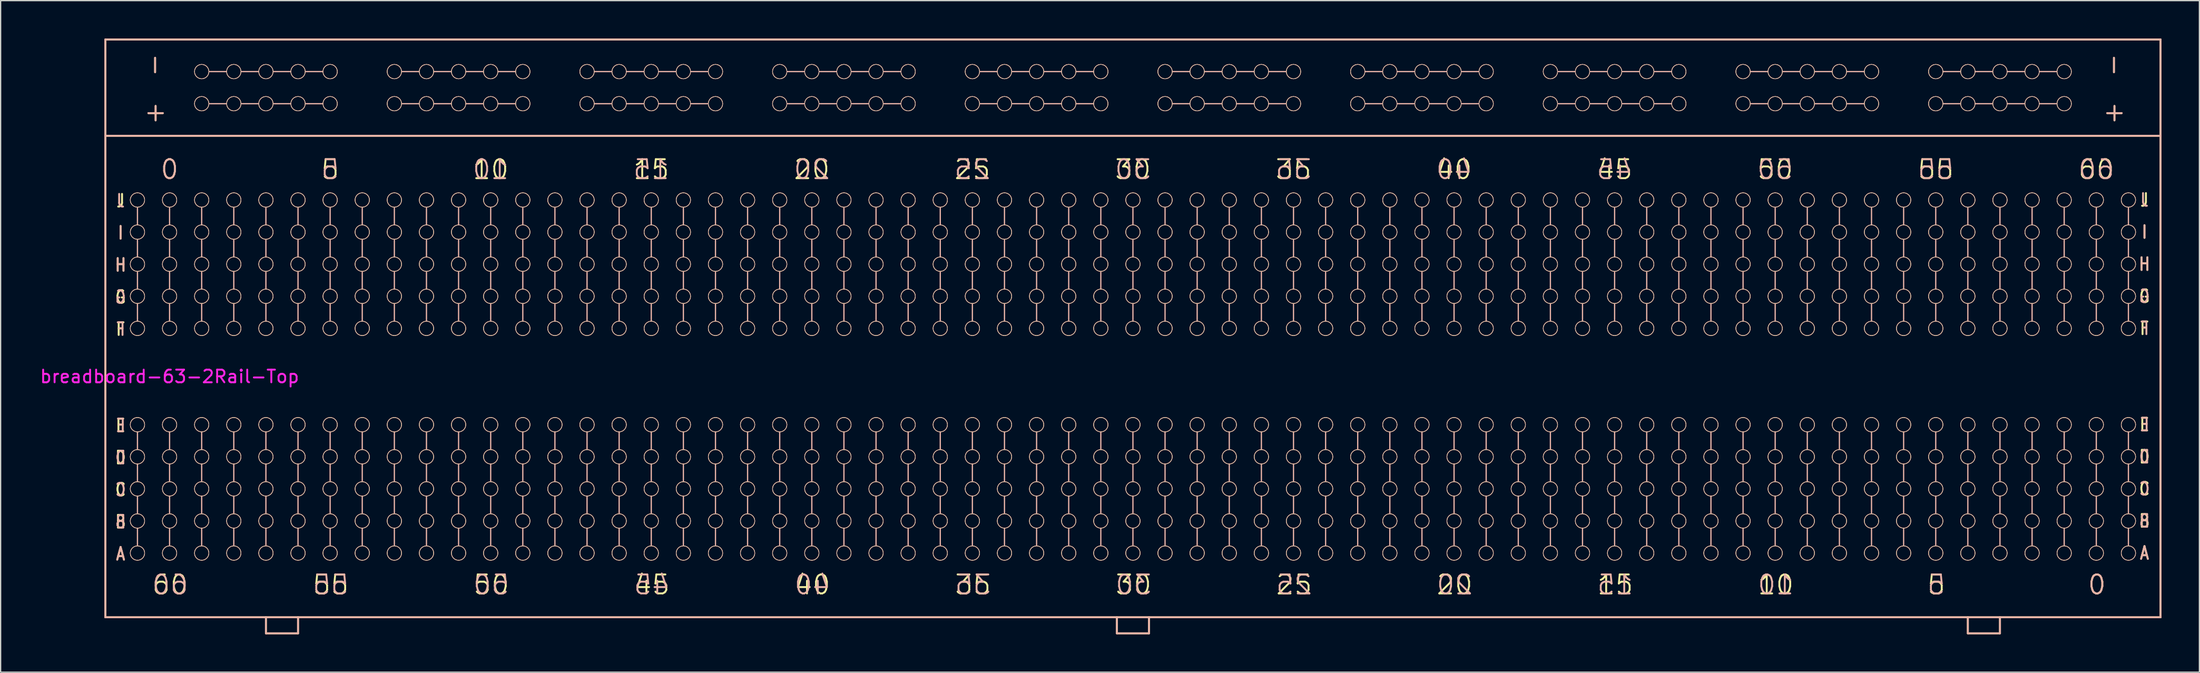
<source format=kicad_pcb>
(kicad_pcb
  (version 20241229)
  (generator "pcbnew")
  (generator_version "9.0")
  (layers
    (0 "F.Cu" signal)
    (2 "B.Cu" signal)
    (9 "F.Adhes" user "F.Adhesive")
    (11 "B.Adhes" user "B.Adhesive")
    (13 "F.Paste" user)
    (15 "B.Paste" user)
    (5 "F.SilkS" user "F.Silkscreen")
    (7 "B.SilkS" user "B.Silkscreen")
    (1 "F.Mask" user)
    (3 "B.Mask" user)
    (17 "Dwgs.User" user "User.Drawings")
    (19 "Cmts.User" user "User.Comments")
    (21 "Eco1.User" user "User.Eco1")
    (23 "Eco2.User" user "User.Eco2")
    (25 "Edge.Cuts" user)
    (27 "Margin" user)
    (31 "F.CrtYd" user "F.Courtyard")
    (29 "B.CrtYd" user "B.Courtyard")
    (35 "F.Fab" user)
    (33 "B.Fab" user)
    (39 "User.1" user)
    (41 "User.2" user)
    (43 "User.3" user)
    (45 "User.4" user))
  (footprint "breadboard-63-2Rail-Top"
    (layer "F.Cu")
    (at 48.463 25.475)
    (property "Reference" "breadboard-63-2Rail-Top" (at -38.1 1.27 180) (layer "F.CrtYd") (effects (font (size 1 1) (thickness 0.15))))
    (attr exclude_from_pos_files exclude_from_bom)
    (fp_line (start -43.18 -25.4) (end -43.18 -17.78) (stroke (width 0.15) (type solid)) (layer "F.SilkS"))
    (fp_line (start -43.18 -25.4) (end 119.38 -25.4) (stroke (width 0.15) (type solid)) (layer "F.SilkS"))
    (fp_line (start -43.18 -17.78) (end -43.18 20.32) (stroke (width 0.15) (type solid)) (layer "F.SilkS"))
    (fp_line (start -43.18 -17.78) (end 119.38 -17.78) (stroke (width 0.15) (type solid)) (layer "F.SilkS"))
    (fp_line (start -30.48 20.32) (end -30.48 21.59) (stroke (width 0.15) (type solid)) (layer "F.SilkS"))
    (fp_line (start -30.48 21.59) (end -27.94 21.59) (stroke (width 0.15) (type solid)) (layer "F.SilkS"))
    (fp_line (start -27.94 21.59) (end -27.94 20.32) (stroke (width 0.15) (type solid)) (layer "F.SilkS"))
    (fp_line (start 36.83 20.32) (end 36.83 21.59) (stroke (width 0.15) (type solid)) (layer "F.SilkS"))
    (fp_line (start 36.83 21.59) (end 39.37 21.59) (stroke (width 0.15) (type solid)) (layer "F.SilkS"))
    (fp_line (start 39.37 21.59) (end 39.37 20.32) (stroke (width 0.15) (type solid)) (layer "F.SilkS"))
    (fp_line (start 104.14 20.32) (end 104.14 21.59) (stroke (width 0.15) (type solid)) (layer "F.SilkS"))
    (fp_line (start 104.14 21.59) (end 106.68 21.59) (stroke (width 0.15) (type solid)) (layer "F.SilkS"))
    (fp_line (start 106.68 21.59) (end 106.68 20.32) (stroke (width 0.15) (type solid)) (layer "F.SilkS"))
    (fp_line (start 119.38 -25.4) (end 119.38 -17.78) (stroke (width 0.15) (type solid)) (layer "F.SilkS"))
    (fp_line (start 119.38 -17.78) (end 119.38 20.32) (stroke (width 0.15) (type solid)) (layer "F.SilkS"))
    (fp_line (start 119.38 20.32) (end -43.18 20.32) (stroke (width 0.15) (type solid)) (layer "F.SilkS"))
    (fp_circle (center -40.64 -12.7) (end -40.132 -12.446) (stroke (width 0.05) (type solid)) (fill no) (layer "F.SilkS"))
    (fp_circle (center -40.64 -10.16) (end -40.132 -9.906) (stroke (width 0.05) (type solid)) (fill no) (layer "F.SilkS"))
    (fp_circle (center -40.64 -7.62) (end -40.132 -7.366) (stroke (width 0.05) (type solid)) (fill no) (layer "F.SilkS"))
    (fp_circle (center -40.64 -5.08) (end -40.132 -4.826) (stroke (width 0.05) (type solid)) (fill no) (layer "F.SilkS"))
    (fp_circle (center -40.64 -2.54) (end -40.132 -2.286) (stroke (width 0.05) (type solid)) (fill no) (layer "F.SilkS"))
    (fp_circle (center -40.64 5.08) (end -40.132 5.334) (stroke (width 0.05) (type solid)) (fill no) (layer "F.SilkS"))
    (fp_circle (center -40.64 7.62) (end -40.132 7.874) (stroke (width 0.05) (type solid)) (fill no) (layer "F.SilkS"))
    (fp_circle (center -40.64 10.16) (end -40.132 10.414) (stroke (width 0.05) (type solid)) (fill no) (layer "F.SilkS"))
    (fp_circle (center -40.64 12.7) (end -40.132 12.954) (stroke (width 0.05) (type solid)) (fill no) (layer "F.SilkS"))
    (fp_circle (center -40.64 15.24) (end -40.132 15.494) (stroke (width 0.05) (type solid)) (fill no) (layer "F.SilkS"))
    (fp_circle (center -38.1 -12.7) (end -37.592 -12.446) (stroke (width 0.05) (type solid)) (fill no) (layer "F.SilkS"))
    (fp_circle (center -38.1 -10.16) (end -37.592 -9.906) (stroke (width 0.05) (type solid)) (fill no) (layer "F.SilkS"))
    (fp_circle (center -38.1 -7.62) (end -37.592 -7.366) (stroke (width 0.05) (type solid)) (fill no) (layer "F.SilkS"))
    (fp_circle (center -38.1 -5.08) (end -37.592 -4.826) (stroke (width 0.05) (type solid)) (fill no) (layer "F.SilkS"))
    (fp_circle (center -38.1 -2.54) (end -37.592 -2.286) (stroke (width 0.05) (type solid)) (fill no) (layer "F.SilkS"))
    (fp_circle (center -38.1 5.08) (end -37.592 5.334) (stroke (width 0.05) (type solid)) (fill no) (layer "F.SilkS"))
    (fp_circle (center -38.1 7.62) (end -37.592 7.874) (stroke (width 0.05) (type solid)) (fill no) (layer "F.SilkS"))
    (fp_circle (center -38.1 10.16) (end -37.592 10.414) (stroke (width 0.05) (type solid)) (fill no) (layer "F.SilkS"))
    (fp_circle (center -38.1 12.7) (end -37.592 12.954) (stroke (width 0.05) (type solid)) (fill no) (layer "F.SilkS"))
    (fp_circle (center -38.1 15.24) (end -37.592 15.494) (stroke (width 0.05) (type solid)) (fill no) (layer "F.SilkS"))
    (fp_circle (center -35.56 -22.86) (end -35.306 -23.368) (stroke (width 0.05) (type solid)) (fill no) (layer "F.SilkS"))
    (fp_circle (center -35.56 -20.32) (end -35.306 -20.828) (stroke (width 0.05) (type solid)) (fill no) (layer "F.SilkS"))
    (fp_circle (center -35.56 -12.7) (end -35.052 -12.446) (stroke (width 0.05) (type solid)) (fill no) (layer "F.SilkS"))
    (fp_circle (center -35.56 -10.16) (end -35.052 -9.906) (stroke (width 0.05) (type solid)) (fill no) (layer "F.SilkS"))
    (fp_circle (center -35.56 -7.62) (end -35.052 -7.366) (stroke (width 0.05) (type solid)) (fill no) (layer "F.SilkS"))
    (fp_circle (center -35.56 -5.08) (end -35.052 -4.826) (stroke (width 0.05) (type solid)) (fill no) (layer "F.SilkS"))
    (fp_circle (center -35.56 -2.54) (end -35.052 -2.286) (stroke (width 0.05) (type solid)) (fill no) (layer "F.SilkS"))
    (fp_circle (center -35.56 5.08) (end -35.052 5.334) (stroke (width 0.05) (type solid)) (fill no) (layer "F.SilkS"))
    (fp_circle (center -35.56 7.62) (end -35.052 7.874) (stroke (width 0.05) (type solid)) (fill no) (layer "F.SilkS"))
    (fp_circle (center -35.56 10.16) (end -35.052 10.414) (stroke (width 0.05) (type solid)) (fill no) (layer "F.SilkS"))
    (fp_circle (center -35.56 12.7) (end -35.052 12.954) (stroke (width 0.05) (type solid)) (fill no) (layer "F.SilkS"))
    (fp_circle (center -35.56 15.24) (end -35.052 15.494) (stroke (width 0.05) (type solid)) (fill no) (layer "F.SilkS"))
    (fp_circle (center -33.02 -22.86) (end -32.766 -23.368) (stroke (width 0.05) (type solid)) (fill no) (layer "F.SilkS"))
    (fp_circle (center -33.02 -20.32) (end -32.766 -20.828) (stroke (width 0.05) (type solid)) (fill no) (layer "F.SilkS"))
    (fp_circle (center -33.02 -12.7) (end -32.512 -12.446) (stroke (width 0.05) (type solid)) (fill no) (layer "F.SilkS"))
    (fp_circle (center -33.02 -10.16) (end -32.512 -9.906) (stroke (width 0.05) (type solid)) (fill no) (layer "F.SilkS"))
    (fp_circle (center -33.02 -7.62) (end -32.512 -7.366) (stroke (width 0.05) (type solid)) (fill no) (layer "F.SilkS"))
    (fp_circle (center -33.02 -5.08) (end -32.512 -4.826) (stroke (width 0.05) (type solid)) (fill no) (layer "F.SilkS"))
    (fp_circle (center -33.02 -2.54) (end -32.512 -2.286) (stroke (width 0.05) (type solid)) (fill no) (layer "F.SilkS"))
    (fp_circle (center -33.02 5.08) (end -32.512 5.334) (stroke (width 0.05) (type solid)) (fill no) (layer "F.SilkS"))
    (fp_circle (center -33.02 7.62) (end -32.512 7.874) (stroke (width 0.05) (type solid)) (fill no) (layer "F.SilkS"))
    (fp_circle (center -33.02 10.16) (end -32.512 10.414) (stroke (width 0.05) (type solid)) (fill no) (layer "F.SilkS"))
    (fp_circle (center -33.02 12.7) (end -32.512 12.954) (stroke (width 0.05) (type solid)) (fill no) (layer "F.SilkS"))
    (fp_circle (center -33.02 15.24) (end -32.512 15.494) (stroke (width 0.05) (type solid)) (fill no) (layer "F.SilkS"))
    (fp_circle (center -30.48 -22.86) (end -30.226 -23.368) (stroke (width 0.05) (type solid)) (fill no) (layer "F.SilkS"))
    (fp_circle (center -30.48 -20.32) (end -30.226 -20.828) (stroke (width 0.05) (type solid)) (fill no) (layer "F.SilkS"))
    (fp_circle (center -30.48 -12.7) (end -29.972 -12.446) (stroke (width 0.05) (type solid)) (fill no) (layer "F.SilkS"))
    (fp_circle (center -30.48 -10.16) (end -29.972 -9.906) (stroke (width 0.05) (type solid)) (fill no) (layer "F.SilkS"))
    (fp_circle (center -30.48 -7.62) (end -29.972 -7.366) (stroke (width 0.05) (type solid)) (fill no) (layer "F.SilkS"))
    (fp_circle (center -30.48 -5.08) (end -29.972 -4.826) (stroke (width 0.05) (type solid)) (fill no) (layer "F.SilkS"))
    (fp_circle (center -30.48 -2.54) (end -29.972 -2.286) (stroke (width 0.05) (type solid)) (fill no) (layer "F.SilkS"))
    (fp_circle (center -30.48 5.08) (end -29.972 5.334) (stroke (width 0.05) (type solid)) (fill no) (layer "F.SilkS"))
    (fp_circle (center -30.48 7.62) (end -29.972 7.874) (stroke (width 0.05) (type solid)) (fill no) (layer "F.SilkS"))
    (fp_circle (center -30.48 10.16) (end -29.972 10.414) (stroke (width 0.05) (type solid)) (fill no) (layer "F.SilkS"))
    (fp_circle (center -30.48 12.7) (end -29.972 12.954) (stroke (width 0.05) (type solid)) (fill no) (layer "F.SilkS"))
    (fp_circle (center -30.48 15.24) (end -29.972 15.494) (stroke (width 0.05) (type solid)) (fill no) (layer "F.SilkS"))
    (fp_circle (center -27.94 -22.86) (end -27.686 -23.368) (stroke (width 0.05) (type solid)) (fill no) (layer "F.SilkS"))
    (fp_circle (center -27.94 -20.32) (end -27.686 -20.828) (stroke (width 0.05) (type solid)) (fill no) (layer "F.SilkS"))
    (fp_circle (center -27.94 -12.7) (end -27.432 -12.446) (stroke (width 0.05) (type solid)) (fill no) (layer "F.SilkS"))
    (fp_circle (center -27.94 -10.16) (end -27.432 -9.906) (stroke (width 0.05) (type solid)) (fill no) (layer "F.SilkS"))
    (fp_circle (center -27.94 -7.62) (end -27.432 -7.366) (stroke (width 0.05) (type solid)) (fill no) (layer "F.SilkS"))
    (fp_circle (center -27.94 -5.08) (end -27.432 -4.826) (stroke (width 0.05) (type solid)) (fill no) (layer "F.SilkS"))
    (fp_circle (center -27.94 -2.54) (end -27.432 -2.286) (stroke (width 0.05) (type solid)) (fill no) (layer "F.SilkS"))
    (fp_circle (center -27.94 5.08) (end -27.432 5.334) (stroke (width 0.05) (type solid)) (fill no) (layer "F.SilkS"))
    (fp_circle (center -27.94 7.62) (end -27.432 7.874) (stroke (width 0.05) (type solid)) (fill no) (layer "F.SilkS"))
    (fp_circle (center -27.94 10.16) (end -27.432 10.414) (stroke (width 0.05) (type solid)) (fill no) (layer "F.SilkS"))
    (fp_circle (center -27.94 12.7) (end -27.432 12.954) (stroke (width 0.05) (type solid)) (fill no) (layer "F.SilkS"))
    (fp_circle (center -27.94 15.24) (end -27.432 15.494) (stroke (width 0.05) (type solid)) (fill no) (layer "F.SilkS"))
    (fp_circle (center -25.4 -22.86) (end -25.146 -23.368) (stroke (width 0.05) (type solid)) (fill no) (layer "F.SilkS"))
    (fp_circle (center -25.4 -20.32) (end -25.146 -20.828) (stroke (width 0.05) (type solid)) (fill no) (layer "F.SilkS"))
    (fp_circle (center -25.4 -12.7) (end -24.892 -12.446) (stroke (width 0.05) (type solid)) (fill no) (layer "F.SilkS"))
    (fp_circle (center -25.4 -10.16) (end -24.892 -9.906) (stroke (width 0.05) (type solid)) (fill no) (layer "F.SilkS"))
    (fp_circle (center -25.4 -7.62) (end -24.892 -7.366) (stroke (width 0.05) (type solid)) (fill no) (layer "F.SilkS"))
    (fp_circle (center -25.4 -5.08) (end -24.892 -4.826) (stroke (width 0.05) (type solid)) (fill no) (layer "F.SilkS"))
    (fp_circle (center -25.4 -2.54) (end -24.892 -2.286) (stroke (width 0.05) (type solid)) (fill no) (layer "F.SilkS"))
    (fp_circle (center -25.4 5.08) (end -24.892 5.334) (stroke (width 0.05) (type solid)) (fill no) (layer "F.SilkS"))
    (fp_circle (center -25.4 7.62) (end -24.892 7.874) (stroke (width 0.05) (type solid)) (fill no) (layer "F.SilkS"))
    (fp_circle (center -25.4 10.16) (end -24.892 10.414) (stroke (width 0.05) (type solid)) (fill no) (layer "F.SilkS"))
    (fp_circle (center -25.4 12.7) (end -24.892 12.954) (stroke (width 0.05) (type solid)) (fill no) (layer "F.SilkS"))
    (fp_circle (center -25.4 15.24) (end -24.892 15.494) (stroke (width 0.05) (type solid)) (fill no) (layer "F.SilkS"))
    (fp_circle (center -22.86 -12.7) (end -22.352 -12.446) (stroke (width 0.05) (type solid)) (fill no) (layer "F.SilkS"))
    (fp_circle (center -22.86 -10.16) (end -22.352 -9.906) (stroke (width 0.05) (type solid)) (fill no) (layer "F.SilkS"))
    (fp_circle (center -22.86 -7.62) (end -22.352 -7.366) (stroke (width 0.05) (type solid)) (fill no) (layer "F.SilkS"))
    (fp_circle (center -22.86 -5.08) (end -22.352 -4.826) (stroke (width 0.05) (type solid)) (fill no) (layer "F.SilkS"))
    (fp_circle (center -22.86 -2.54) (end -22.352 -2.286) (stroke (width 0.05) (type solid)) (fill no) (layer "F.SilkS"))
    (fp_circle (center -22.86 5.08) (end -22.352 5.334) (stroke (width 0.05) (type solid)) (fill no) (layer "F.SilkS"))
    (fp_circle (center -22.86 7.62) (end -22.352 7.874) (stroke (width 0.05) (type solid)) (fill no) (layer "F.SilkS"))
    (fp_circle (center -22.86 10.16) (end -22.352 10.414) (stroke (width 0.05) (type solid)) (fill no) (layer "F.SilkS"))
    (fp_circle (center -22.86 12.7) (end -22.352 12.954) (stroke (width 0.05) (type solid)) (fill no) (layer "F.SilkS"))
    (fp_circle (center -22.86 15.24) (end -22.352 15.494) (stroke (width 0.05) (type solid)) (fill no) (layer "F.SilkS"))
    (fp_circle (center -20.32 -22.86) (end -20.066 -23.368) (stroke (width 0.05) (type solid)) (fill no) (layer "F.SilkS"))
    (fp_circle (center -20.32 -20.32) (end -20.066 -20.828) (stroke (width 0.05) (type solid)) (fill no) (layer "F.SilkS"))
    (fp_circle (center -20.32 -12.7) (end -19.812 -12.446) (stroke (width 0.05) (type solid)) (fill no) (layer "F.SilkS"))
    (fp_circle (center -20.32 -10.16) (end -19.812 -9.906) (stroke (width 0.05) (type solid)) (fill no) (layer "F.SilkS"))
    (fp_circle (center -20.32 -7.62) (end -19.812 -7.366) (stroke (width 0.05) (type solid)) (fill no) (layer "F.SilkS"))
    (fp_circle (center -20.32 -5.08) (end -19.812 -4.826) (stroke (width 0.05) (type solid)) (fill no) (layer "F.SilkS"))
    (fp_circle (center -20.32 -2.54) (end -19.812 -2.286) (stroke (width 0.05) (type solid)) (fill no) (layer "F.SilkS"))
    (fp_circle (center -20.32 5.08) (end -19.812 5.334) (stroke (width 0.05) (type solid)) (fill no) (layer "F.SilkS"))
    (fp_circle (center -20.32 7.62) (end -19.812 7.874) (stroke (width 0.05) (type solid)) (fill no) (layer "F.SilkS"))
    (fp_circle (center -20.32 10.16) (end -19.812 10.414) (stroke (width 0.05) (type solid)) (fill no) (layer "F.SilkS"))
    (fp_circle (center -20.32 12.7) (end -19.812 12.954) (stroke (width 0.05) (type solid)) (fill no) (layer "F.SilkS"))
    (fp_circle (center -20.32 15.24) (end -19.812 15.494) (stroke (width 0.05) (type solid)) (fill no) (layer "F.SilkS"))
    (fp_circle (center -17.78 -22.86) (end -17.526 -23.368) (stroke (width 0.05) (type solid)) (fill no) (layer "F.SilkS"))
    (fp_circle (center -17.78 -20.32) (end -17.526 -20.828) (stroke (width 0.05) (type solid)) (fill no) (layer "F.SilkS"))
    (fp_circle (center -17.78 -12.7) (end -17.272 -12.446) (stroke (width 0.05) (type solid)) (fill no) (layer "F.SilkS"))
    (fp_circle (center -17.78 -10.16) (end -17.272 -9.906) (stroke (width 0.05) (type solid)) (fill no) (layer "F.SilkS"))
    (fp_circle (center -17.78 -7.62) (end -17.272 -7.366) (stroke (width 0.05) (type solid)) (fill no) (layer "F.SilkS"))
    (fp_circle (center -17.78 -5.08) (end -17.272 -4.826) (stroke (width 0.05) (type solid)) (fill no) (layer "F.SilkS"))
    (fp_circle (center -17.78 -2.54) (end -17.272 -2.286) (stroke (width 0.05) (type solid)) (fill no) (layer "F.SilkS"))
    (fp_circle (center -17.78 5.08) (end -17.272 5.334) (stroke (width 0.05) (type solid)) (fill no) (layer "F.SilkS"))
    (fp_circle (center -17.78 7.62) (end -17.272 7.874) (stroke (width 0.05) (type solid)) (fill no) (layer "F.SilkS"))
    (fp_circle (center -17.78 10.16) (end -17.272 10.414) (stroke (width 0.05) (type solid)) (fill no) (layer "F.SilkS"))
    (fp_circle (center -17.78 12.7) (end -17.272 12.954) (stroke (width 0.05) (type solid)) (fill no) (layer "F.SilkS"))
    (fp_circle (center -17.78 15.24) (end -17.272 15.494) (stroke (width 0.05) (type solid)) (fill no) (layer "F.SilkS"))
    (fp_circle (center -15.24 -22.86) (end -14.986 -23.368) (stroke (width 0.05) (type solid)) (fill no) (layer "F.SilkS"))
    (fp_circle (center -15.24 -20.32) (end -14.986 -20.828) (stroke (width 0.05) (type solid)) (fill no) (layer "F.SilkS"))
    (fp_circle (center -15.24 -12.7) (end -14.732 -12.446) (stroke (width 0.05) (type solid)) (fill no) (layer "F.SilkS"))
    (fp_circle (center -15.24 -10.16) (end -14.732 -9.906) (stroke (width 0.05) (type solid)) (fill no) (layer "F.SilkS"))
    (fp_circle (center -15.24 -7.62) (end -14.732 -7.366) (stroke (width 0.05) (type solid)) (fill no) (layer "F.SilkS"))
    (fp_circle (center -15.24 -5.08) (end -14.732 -4.826) (stroke (width 0.05) (type solid)) (fill no) (layer "F.SilkS"))
    (fp_circle (center -15.24 -2.54) (end -14.732 -2.286) (stroke (width 0.05) (type solid)) (fill no) (layer "F.SilkS"))
    (fp_circle (center -15.24 5.08) (end -14.732 5.334) (stroke (width 0.05) (type solid)) (fill no) (layer "F.SilkS"))
    (fp_circle (center -15.24 7.62) (end -14.732 7.874) (stroke (width 0.05) (type solid)) (fill no) (layer "F.SilkS"))
    (fp_circle (center -15.24 10.16) (end -14.732 10.414) (stroke (width 0.05) (type solid)) (fill no) (layer "F.SilkS"))
    (fp_circle (center -15.24 12.7) (end -14.732 12.954) (stroke (width 0.05) (type solid)) (fill no) (layer "F.SilkS"))
    (fp_circle (center -15.24 15.24) (end -14.732 15.494) (stroke (width 0.05) (type solid)) (fill no) (layer "F.SilkS"))
    (fp_circle (center -12.7 -22.86) (end -12.446 -23.368) (stroke (width 0.05) (type solid)) (fill no) (layer "F.SilkS"))
    (fp_circle (center -12.7 -20.32) (end -12.446 -20.828) (stroke (width 0.05) (type solid)) (fill no) (layer "F.SilkS"))
    (fp_circle (center -12.7 -12.7) (end -12.192 -12.446) (stroke (width 0.05) (type solid)) (fill no) (layer "F.SilkS"))
    (fp_circle (center -12.7 -10.16) (end -12.192 -9.906) (stroke (width 0.05) (type solid)) (fill no) (layer "F.SilkS"))
    (fp_circle (center -12.7 -7.62) (end -12.192 -7.366) (stroke (width 0.05) (type solid)) (fill no) (layer "F.SilkS"))
    (fp_circle (center -12.7 -5.08) (end -12.192 -4.826) (stroke (width 0.05) (type solid)) (fill no) (layer "F.SilkS"))
    (fp_circle (center -12.7 -2.54) (end -12.192 -2.286) (stroke (width 0.05) (type solid)) (fill no) (layer "F.SilkS"))
    (fp_circle (center -12.7 5.08) (end -12.192 5.334) (stroke (width 0.05) (type solid)) (fill no) (layer "F.SilkS"))
    (fp_circle (center -12.7 7.62) (end -12.192 7.874) (stroke (width 0.05) (type solid)) (fill no) (layer "F.SilkS"))
    (fp_circle (center -12.7 10.16) (end -12.192 10.414) (stroke (width 0.05) (type solid)) (fill no) (layer "F.SilkS"))
    (fp_circle (center -12.7 12.7) (end -12.192 12.954) (stroke (width 0.05) (type solid)) (fill no) (layer "F.SilkS"))
    (fp_circle (center -12.7 15.24) (end -12.192 15.494) (stroke (width 0.05) (type solid)) (fill no) (layer "F.SilkS"))
    (fp_circle (center -10.16 -22.86) (end -9.906 -23.368) (stroke (width 0.05) (type solid)) (fill no) (layer "F.SilkS"))
    (fp_circle (center -10.16 -20.32) (end -9.906 -20.828) (stroke (width 0.05) (type solid)) (fill no) (layer "F.SilkS"))
    (fp_circle (center -10.16 -12.7) (end -9.652 -12.446) (stroke (width 0.05) (type solid)) (fill no) (layer "F.SilkS"))
    (fp_circle (center -10.16 -10.16) (end -9.652 -9.906) (stroke (width 0.05) (type solid)) (fill no) (layer "F.SilkS"))
    (fp_circle (center -10.16 -7.62) (end -9.652 -7.366) (stroke (width 0.05) (type solid)) (fill no) (layer "F.SilkS"))
    (fp_circle (center -10.16 -5.08) (end -9.652 -4.826) (stroke (width 0.05) (type solid)) (fill no) (layer "F.SilkS"))
    (fp_circle (center -10.16 -2.54) (end -9.652 -2.286) (stroke (width 0.05) (type solid)) (fill no) (layer "F.SilkS"))
    (fp_circle (center -10.16 5.08) (end -9.652 5.334) (stroke (width 0.05) (type solid)) (fill no) (layer "F.SilkS"))
    (fp_circle (center -10.16 7.62) (end -9.652 7.874) (stroke (width 0.05) (type solid)) (fill no) (layer "F.SilkS"))
    (fp_circle (center -10.16 10.16) (end -9.652 10.414) (stroke (width 0.05) (type solid)) (fill no) (layer "F.SilkS"))
    (fp_circle (center -10.16 12.7) (end -9.652 12.954) (stroke (width 0.05) (type solid)) (fill no) (layer "F.SilkS"))
    (fp_circle (center -10.16 15.24) (end -9.652 15.494) (stroke (width 0.05) (type solid)) (fill no) (layer "F.SilkS"))
    (fp_circle (center -7.62 -12.7) (end -7.112 -12.446) (stroke (width 0.05) (type solid)) (fill no) (layer "F.SilkS"))
    (fp_circle (center -7.62 -10.16) (end -7.112 -9.906) (stroke (width 0.05) (type solid)) (fill no) (layer "F.SilkS"))
    (fp_circle (center -7.62 -7.62) (end -7.112 -7.366) (stroke (width 0.05) (type solid)) (fill no) (layer "F.SilkS"))
    (fp_circle (center -7.62 -5.08) (end -7.112 -4.826) (stroke (width 0.05) (type solid)) (fill no) (layer "F.SilkS"))
    (fp_circle (center -7.62 -2.54) (end -7.112 -2.286) (stroke (width 0.05) (type solid)) (fill no) (layer "F.SilkS"))
    (fp_circle (center -7.62 5.08) (end -7.112 5.334) (stroke (width 0.05) (type solid)) (fill no) (layer "F.SilkS"))
    (fp_circle (center -7.62 7.62) (end -7.112 7.874) (stroke (width 0.05) (type solid)) (fill no) (layer "F.SilkS"))
    (fp_circle (center -7.62 10.16) (end -7.112 10.414) (stroke (width 0.05) (type solid)) (fill no) (layer "F.SilkS"))
    (fp_circle (center -7.62 12.7) (end -7.112 12.954) (stroke (width 0.05) (type solid)) (fill no) (layer "F.SilkS"))
    (fp_circle (center -7.62 15.24) (end -7.112 15.494) (stroke (width 0.05) (type solid)) (fill no) (layer "F.SilkS"))
    (fp_circle (center -5.08 -22.86) (end -4.826 -23.368) (stroke (width 0.05) (type solid)) (fill no) (layer "F.SilkS"))
    (fp_circle (center -5.08 -20.32) (end -4.826 -20.828) (stroke (width 0.05) (type solid)) (fill no) (layer "F.SilkS"))
    (fp_circle (center -5.08 -12.7) (end -4.572 -12.446) (stroke (width 0.05) (type solid)) (fill no) (layer "F.SilkS"))
    (fp_circle (center -5.08 -10.16) (end -4.572 -9.906) (stroke (width 0.05) (type solid)) (fill no) (layer "F.SilkS"))
    (fp_circle (center -5.08 -7.62) (end -4.572 -7.366) (stroke (width 0.05) (type solid)) (fill no) (layer "F.SilkS"))
    (fp_circle (center -5.08 -5.08) (end -4.572 -4.826) (stroke (width 0.05) (type solid)) (fill no) (layer "F.SilkS"))
    (fp_circle (center -5.08 -2.54) (end -4.572 -2.286) (stroke (width 0.05) (type solid)) (fill no) (layer "F.SilkS"))
    (fp_circle (center -5.08 5.08) (end -4.572 5.334) (stroke (width 0.05) (type solid)) (fill no) (layer "F.SilkS"))
    (fp_circle (center -5.08 7.62) (end -4.572 7.874) (stroke (width 0.05) (type solid)) (fill no) (layer "F.SilkS"))
    (fp_circle (center -5.08 10.16) (end -4.572 10.414) (stroke (width 0.05) (type solid)) (fill no) (layer "F.SilkS"))
    (fp_circle (center -5.08 12.7) (end -4.572 12.954) (stroke (width 0.05) (type solid)) (fill no) (layer "F.SilkS"))
    (fp_circle (center -5.08 15.24) (end -4.572 15.494) (stroke (width 0.05) (type solid)) (fill no) (layer "F.SilkS"))
    (fp_circle (center -2.54 -22.86) (end -2.286 -23.368) (stroke (width 0.05) (type solid)) (fill no) (layer "F.SilkS"))
    (fp_circle (center -2.54 -20.32) (end -2.286 -20.828) (stroke (width 0.05) (type solid)) (fill no) (layer "F.SilkS"))
    (fp_circle (center -2.54 -12.7) (end -2.032 -12.446) (stroke (width 0.05) (type solid)) (fill no) (layer "F.SilkS"))
    (fp_circle (center -2.54 -10.16) (end -2.032 -9.906) (stroke (width 0.05) (type solid)) (fill no) (layer "F.SilkS"))
    (fp_circle (center -2.54 -7.62) (end -2.032 -7.366) (stroke (width 0.05) (type solid)) (fill no) (layer "F.SilkS"))
    (fp_circle (center -2.54 -5.08) (end -2.032 -4.826) (stroke (width 0.05) (type solid)) (fill no) (layer "F.SilkS"))
    (fp_circle (center -2.54 -2.54) (end -2.032 -2.286) (stroke (width 0.05) (type solid)) (fill no) (layer "F.SilkS"))
    (fp_circle (center -2.54 5.08) (end -2.032 5.334) (stroke (width 0.05) (type solid)) (fill no) (layer "F.SilkS"))
    (fp_circle (center -2.54 7.62) (end -2.032 7.874) (stroke (width 0.05) (type solid)) (fill no) (layer "F.SilkS"))
    (fp_circle (center -2.54 10.16) (end -2.032 10.414) (stroke (width 0.05) (type solid)) (fill no) (layer "F.SilkS"))
    (fp_circle (center -2.54 12.7) (end -2.032 12.954) (stroke (width 0.05) (type solid)) (fill no) (layer "F.SilkS"))
    (fp_circle (center -2.54 15.24) (end -2.032 15.494) (stroke (width 0.05) (type solid)) (fill no) (layer "F.SilkS"))
    (fp_circle (center 0 -22.86) (end 0.254 -23.368) (stroke (width 0.05) (type solid)) (fill no) (layer "F.SilkS"))
    (fp_circle (center 0 -20.32) (end 0.254 -20.828) (stroke (width 0.05) (type solid)) (fill no) (layer "F.SilkS"))
    (fp_circle (center 0 -12.7) (end 0.508 -12.446) (stroke (width 0.05) (type solid)) (fill no) (layer "F.SilkS"))
    (fp_circle (center 0 -10.16) (end 0.508 -9.906) (stroke (width 0.05) (type solid)) (fill no) (layer "F.SilkS"))
    (fp_circle (center 0 -7.62) (end 0.508 -7.366) (stroke (width 0.05) (type solid)) (fill no) (layer "F.SilkS"))
    (fp_circle (center 0 -5.08) (end 0.508 -4.826) (stroke (width 0.05) (type solid)) (fill no) (layer "F.SilkS"))
    (fp_circle (center 0 -2.54) (end 0.508 -2.286) (stroke (width 0.05) (type solid)) (fill no) (layer "F.SilkS"))
    (fp_circle (center 0 5.08) (end 0.508 5.334) (stroke (width 0.05) (type solid)) (fill no) (layer "F.SilkS"))
    (fp_circle (center 0 7.62) (end 0.508 7.874) (stroke (width 0.05) (type solid)) (fill no) (layer "F.SilkS"))
    (fp_circle (center 0 10.16) (end 0.508 10.414) (stroke (width 0.05) (type solid)) (fill no) (layer "F.SilkS"))
    (fp_circle (center 0 12.7) (end 0.508 12.954) (stroke (width 0.05) (type solid)) (fill no) (layer "F.SilkS"))
    (fp_circle (center 0 15.24) (end 0.508 15.494) (stroke (width 0.05) (type solid)) (fill no) (layer "F.SilkS"))
    (fp_circle (center 2.54 -22.86) (end 2.794 -23.368) (stroke (width 0.05) (type solid)) (fill no) (layer "F.SilkS"))
    (fp_circle (center 2.54 -20.32) (end 2.794 -20.828) (stroke (width 0.05) (type solid)) (fill no) (layer "F.SilkS"))
    (fp_circle (center 2.54 -12.7) (end 3.048 -12.446) (stroke (width 0.05) (type solid)) (fill no) (layer "F.SilkS"))
    (fp_circle (center 2.54 -10.16) (end 3.048 -9.906) (stroke (width 0.05) (type solid)) (fill no) (layer "F.SilkS"))
    (fp_circle (center 2.54 -7.62) (end 3.048 -7.366) (stroke (width 0.05) (type solid)) (fill no) (layer "F.SilkS"))
    (fp_circle (center 2.54 -5.08) (end 3.048 -4.826) (stroke (width 0.05) (type solid)) (fill no) (layer "F.SilkS"))
    (fp_circle (center 2.54 -2.54) (end 3.048 -2.286) (stroke (width 0.05) (type solid)) (fill no) (layer "F.SilkS"))
    (fp_circle (center 2.54 5.08) (end 3.048 5.334) (stroke (width 0.05) (type solid)) (fill no) (layer "F.SilkS"))
    (fp_circle (center 2.54 7.62) (end 3.048 7.874) (stroke (width 0.05) (type solid)) (fill no) (layer "F.SilkS"))
    (fp_circle (center 2.54 10.16) (end 3.048 10.414) (stroke (width 0.05) (type solid)) (fill no) (layer "F.SilkS"))
    (fp_circle (center 2.54 12.7) (end 3.048 12.954) (stroke (width 0.05) (type solid)) (fill no) (layer "F.SilkS"))
    (fp_circle (center 2.54 15.24) (end 3.048 15.494) (stroke (width 0.05) (type solid)) (fill no) (layer "F.SilkS"))
    (fp_circle (center 5.08 -22.86) (end 5.334 -23.368) (stroke (width 0.05) (type solid)) (fill no) (layer "F.SilkS"))
    (fp_circle (center 5.08 -20.32) (end 5.334 -20.828) (stroke (width 0.05) (type solid)) (fill no) (layer "F.SilkS"))
    (fp_circle (center 5.08 -12.7) (end 5.588 -12.446) (stroke (width 0.05) (type solid)) (fill no) (layer "F.SilkS"))
    (fp_circle (center 5.08 -10.16) (end 5.588 -9.906) (stroke (width 0.05) (type solid)) (fill no) (layer "F.SilkS"))
    (fp_circle (center 5.08 -7.62) (end 5.588 -7.366) (stroke (width 0.05) (type solid)) (fill no) (layer "F.SilkS"))
    (fp_circle (center 5.08 -5.08) (end 5.588 -4.826) (stroke (width 0.05) (type solid)) (fill no) (layer "F.SilkS"))
    (fp_circle (center 5.08 -2.54) (end 5.588 -2.286) (stroke (width 0.05) (type solid)) (fill no) (layer "F.SilkS"))
    (fp_circle (center 5.08 5.08) (end 5.588 5.334) (stroke (width 0.05) (type solid)) (fill no) (layer "F.SilkS"))
    (fp_circle (center 5.08 7.62) (end 5.588 7.874) (stroke (width 0.05) (type solid)) (fill no) (layer "F.SilkS"))
    (fp_circle (center 5.08 10.16) (end 5.588 10.414) (stroke (width 0.05) (type solid)) (fill no) (layer "F.SilkS"))
    (fp_circle (center 5.08 12.7) (end 5.588 12.954) (stroke (width 0.05) (type solid)) (fill no) (layer "F.SilkS"))
    (fp_circle (center 5.08 15.24) (end 5.588 15.494) (stroke (width 0.05) (type solid)) (fill no) (layer "F.SilkS"))
    (fp_circle (center 7.62 -12.7) (end 8.128 -12.446) (stroke (width 0.05) (type solid)) (fill no) (layer "F.SilkS"))
    (fp_circle (center 7.62 -10.16) (end 8.128 -9.906) (stroke (width 0.05) (type solid)) (fill no) (layer "F.SilkS"))
    (fp_circle (center 7.62 -7.62) (end 8.128 -7.366) (stroke (width 0.05) (type solid)) (fill no) (layer "F.SilkS"))
    (fp_circle (center 7.62 -5.08) (end 8.128 -4.826) (stroke (width 0.05) (type solid)) (fill no) (layer "F.SilkS"))
    (fp_circle (center 7.62 -2.54) (end 8.128 -2.286) (stroke (width 0.05) (type solid)) (fill no) (layer "F.SilkS"))
    (fp_circle (center 7.62 5.08) (end 8.128 5.334) (stroke (width 0.05) (type solid)) (fill no) (layer "F.SilkS"))
    (fp_circle (center 7.62 7.62) (end 8.128 7.874) (stroke (width 0.05) (type solid)) (fill no) (layer "F.SilkS"))
    (fp_circle (center 7.62 10.16) (end 8.128 10.414) (stroke (width 0.05) (type solid)) (fill no) (layer "F.SilkS"))
    (fp_circle (center 7.62 12.7) (end 8.128 12.954) (stroke (width 0.05) (type solid)) (fill no) (layer "F.SilkS"))
    (fp_circle (center 7.62 15.24) (end 8.128 15.494) (stroke (width 0.05) (type solid)) (fill no) (layer "F.SilkS"))
    (fp_circle (center 10.16 -22.86) (end 10.414 -23.368) (stroke (width 0.05) (type solid)) (fill no) (layer "F.SilkS"))
    (fp_circle (center 10.16 -20.32) (end 10.414 -20.828) (stroke (width 0.05) (type solid)) (fill no) (layer "F.SilkS"))
    (fp_circle (center 10.16 -12.7) (end 10.668 -12.446) (stroke (width 0.05) (type solid)) (fill no) (layer "F.SilkS"))
    (fp_circle (center 10.16 -10.16) (end 10.668 -9.906) (stroke (width 0.05) (type solid)) (fill no) (layer "F.SilkS"))
    (fp_circle (center 10.16 -7.62) (end 10.668 -7.366) (stroke (width 0.05) (type solid)) (fill no) (layer "F.SilkS"))
    (fp_circle (center 10.16 -5.08) (end 10.668 -4.826) (stroke (width 0.05) (type solid)) (fill no) (layer "F.SilkS"))
    (fp_circle (center 10.16 -2.54) (end 10.668 -2.286) (stroke (width 0.05) (type solid)) (fill no) (layer "F.SilkS"))
    (fp_circle (center 10.16 5.08) (end 10.668 5.334) (stroke (width 0.05) (type solid)) (fill no) (layer "F.SilkS"))
    (fp_circle (center 10.16 7.62) (end 10.668 7.874) (stroke (width 0.05) (type solid)) (fill no) (layer "F.SilkS"))
    (fp_circle (center 10.16 10.16) (end 10.668 10.414) (stroke (width 0.05) (type solid)) (fill no) (layer "F.SilkS"))
    (fp_circle (center 10.16 12.7) (end 10.668 12.954) (stroke (width 0.05) (type solid)) (fill no) (layer "F.SilkS"))
    (fp_circle (center 10.16 15.24) (end 10.668 15.494) (stroke (width 0.05) (type solid)) (fill no) (layer "F.SilkS"))
    (fp_circle (center 12.7 -22.86) (end 12.954 -23.368) (stroke (width 0.05) (type solid)) (fill no) (layer "F.SilkS"))
    (fp_circle (center 12.7 -20.32) (end 12.954 -20.828) (stroke (width 0.05) (type solid)) (fill no) (layer "F.SilkS"))
    (fp_circle (center 12.7 -12.7) (end 13.208 -12.446) (stroke (width 0.05) (type solid)) (fill no) (layer "F.SilkS"))
    (fp_circle (center 12.7 -10.16) (end 13.208 -9.906) (stroke (width 0.05) (type solid)) (fill no) (layer "F.SilkS"))
    (fp_circle (center 12.7 -7.62) (end 13.208 -7.366) (stroke (width 0.05) (type solid)) (fill no) (layer "F.SilkS"))
    (fp_circle (center 12.7 -5.08) (end 13.208 -4.826) (stroke (width 0.05) (type solid)) (fill no) (layer "F.SilkS"))
    (fp_circle (center 12.7 -2.54) (end 13.208 -2.286) (stroke (width 0.05) (type solid)) (fill no) (layer "F.SilkS"))
    (fp_circle (center 12.7 5.08) (end 13.208 5.334) (stroke (width 0.05) (type solid)) (fill no) (layer "F.SilkS"))
    (fp_circle (center 12.7 7.62) (end 13.208 7.874) (stroke (width 0.05) (type solid)) (fill no) (layer "F.SilkS"))
    (fp_circle (center 12.7 10.16) (end 13.208 10.414) (stroke (width 0.05) (type solid)) (fill no) (layer "F.SilkS"))
    (fp_circle (center 12.7 12.7) (end 13.208 12.954) (stroke (width 0.05) (type solid)) (fill no) (layer "F.SilkS"))
    (fp_circle (center 12.7 15.24) (end 13.208 15.494) (stroke (width 0.05) (type solid)) (fill no) (layer "F.SilkS"))
    (fp_circle (center 15.24 -22.86) (end 15.494 -23.368) (stroke (width 0.05) (type solid)) (fill no) (layer "F.SilkS"))
    (fp_circle (center 15.24 -20.32) (end 15.494 -20.828) (stroke (width 0.05) (type solid)) (fill no) (layer "F.SilkS"))
    (fp_circle (center 15.24 -12.7) (end 15.748 -12.446) (stroke (width 0.05) (type solid)) (fill no) (layer "F.SilkS"))
    (fp_circle (center 15.24 -10.16) (end 15.748 -9.906) (stroke (width 0.05) (type solid)) (fill no) (layer "F.SilkS"))
    (fp_circle (center 15.24 -7.62) (end 15.748 -7.366) (stroke (width 0.05) (type solid)) (fill no) (layer "F.SilkS"))
    (fp_circle (center 15.24 -5.08) (end 15.748 -4.826) (stroke (width 0.05) (type solid)) (fill no) (layer "F.SilkS"))
    (fp_circle (center 15.24 -2.54) (end 15.748 -2.286) (stroke (width 0.05) (type solid)) (fill no) (layer "F.SilkS"))
    (fp_circle (center 15.24 5.08) (end 15.748 5.334) (stroke (width 0.05) (type solid)) (fill no) (layer "F.SilkS"))
    (fp_circle (center 15.24 7.62) (end 15.748 7.874) (stroke (width 0.05) (type solid)) (fill no) (layer "F.SilkS"))
    (fp_circle (center 15.24 10.16) (end 15.748 10.414) (stroke (width 0.05) (type solid)) (fill no) (layer "F.SilkS"))
    (fp_circle (center 15.24 12.7) (end 15.748 12.954) (stroke (width 0.05) (type solid)) (fill no) (layer "F.SilkS"))
    (fp_circle (center 15.24 15.24) (end 15.748 15.494) (stroke (width 0.05) (type solid)) (fill no) (layer "F.SilkS"))
    (fp_circle (center 17.78 -22.86) (end 18.034 -23.368) (stroke (width 0.05) (type solid)) (fill no) (layer "F.SilkS"))
    (fp_circle (center 17.78 -20.32) (end 18.034 -20.828) (stroke (width 0.05) (type solid)) (fill no) (layer "F.SilkS"))
    (fp_circle (center 17.78 -12.7) (end 18.288 -12.446) (stroke (width 0.05) (type solid)) (fill no) (layer "F.SilkS"))
    (fp_circle (center 17.78 -10.16) (end 18.288 -9.906) (stroke (width 0.05) (type solid)) (fill no) (layer "F.SilkS"))
    (fp_circle (center 17.78 -7.62) (end 18.288 -7.366) (stroke (width 0.05) (type solid)) (fill no) (layer "F.SilkS"))
    (fp_circle (center 17.78 -5.08) (end 18.288 -4.826) (stroke (width 0.05) (type solid)) (fill no) (layer "F.SilkS"))
    (fp_circle (center 17.78 -2.54) (end 18.288 -2.286) (stroke (width 0.05) (type solid)) (fill no) (layer "F.SilkS"))
    (fp_circle (center 17.78 5.08) (end 18.288 5.334) (stroke (width 0.05) (type solid)) (fill no) (layer "F.SilkS"))
    (fp_circle (center 17.78 7.62) (end 18.288 7.874) (stroke (width 0.05) (type solid)) (fill no) (layer "F.SilkS"))
    (fp_circle (center 17.78 10.16) (end 18.288 10.414) (stroke (width 0.05) (type solid)) (fill no) (layer "F.SilkS"))
    (fp_circle (center 17.78 12.7) (end 18.288 12.954) (stroke (width 0.05) (type solid)) (fill no) (layer "F.SilkS"))
    (fp_circle (center 17.78 15.24) (end 18.288 15.494) (stroke (width 0.05) (type solid)) (fill no) (layer "F.SilkS"))
    (fp_circle (center 20.32 -22.86) (end 20.574 -23.368) (stroke (width 0.05) (type solid)) (fill no) (layer "F.SilkS"))
    (fp_circle (center 20.32 -20.32) (end 20.574 -20.828) (stroke (width 0.05) (type solid)) (fill no) (layer "F.SilkS"))
    (fp_circle (center 20.32 -12.7) (end 20.828 -12.446) (stroke (width 0.05) (type solid)) (fill no) (layer "F.SilkS"))
    (fp_circle (center 20.32 -10.16) (end 20.828 -9.906) (stroke (width 0.05) (type solid)) (fill no) (layer "F.SilkS"))
    (fp_circle (center 20.32 -7.62) (end 20.828 -7.366) (stroke (width 0.05) (type solid)) (fill no) (layer "F.SilkS"))
    (fp_circle (center 20.32 -5.08) (end 20.828 -4.826) (stroke (width 0.05) (type solid)) (fill no) (layer "F.SilkS"))
    (fp_circle (center 20.32 -2.54) (end 20.828 -2.286) (stroke (width 0.05) (type solid)) (fill no) (layer "F.SilkS"))
    (fp_circle (center 20.32 5.08) (end 20.828 5.334) (stroke (width 0.05) (type solid)) (fill no) (layer "F.SilkS"))
    (fp_circle (center 20.32 7.62) (end 20.828 7.874) (stroke (width 0.05) (type solid)) (fill no) (layer "F.SilkS"))
    (fp_circle (center 20.32 10.16) (end 20.828 10.414) (stroke (width 0.05) (type solid)) (fill no) (layer "F.SilkS"))
    (fp_circle (center 20.32 12.7) (end 20.828 12.954) (stroke (width 0.05) (type solid)) (fill no) (layer "F.SilkS"))
    (fp_circle (center 20.32 15.24) (end 20.828 15.494) (stroke (width 0.05) (type solid)) (fill no) (layer "F.SilkS"))
    (fp_circle (center 22.86 -12.7) (end 23.368 -12.446) (stroke (width 0.05) (type solid)) (fill no) (layer "F.SilkS"))
    (fp_circle (center 22.86 -10.16) (end 23.368 -9.906) (stroke (width 0.05) (type solid)) (fill no) (layer "F.SilkS"))
    (fp_circle (center 22.86 -7.62) (end 23.368 -7.366) (stroke (width 0.05) (type solid)) (fill no) (layer "F.SilkS"))
    (fp_circle (center 22.86 -5.08) (end 23.368 -4.826) (stroke (width 0.05) (type solid)) (fill no) (layer "F.SilkS"))
    (fp_circle (center 22.86 -2.54) (end 23.368 -2.286) (stroke (width 0.05) (type solid)) (fill no) (layer "F.SilkS"))
    (fp_circle (center 22.86 5.08) (end 23.368 5.334) (stroke (width 0.05) (type solid)) (fill no) (layer "F.SilkS"))
    (fp_circle (center 22.86 7.62) (end 23.368 7.874) (stroke (width 0.05) (type solid)) (fill no) (layer "F.SilkS"))
    (fp_circle (center 22.86 10.16) (end 23.368 10.414) (stroke (width 0.05) (type solid)) (fill no) (layer "F.SilkS"))
    (fp_circle (center 22.86 12.7) (end 23.368 12.954) (stroke (width 0.05) (type solid)) (fill no) (layer "F.SilkS"))
    (fp_circle (center 22.86 15.24) (end 23.368 15.494) (stroke (width 0.05) (type solid)) (fill no) (layer "F.SilkS"))
    (fp_circle (center 25.4 -22.86) (end 25.654 -23.368) (stroke (width 0.05) (type solid)) (fill no) (layer "F.SilkS"))
    (fp_circle (center 25.4 -20.32) (end 25.654 -20.828) (stroke (width 0.05) (type solid)) (fill no) (layer "F.SilkS"))
    (fp_circle (center 25.4 -12.7) (end 25.908 -12.446) (stroke (width 0.05) (type solid)) (fill no) (layer "F.SilkS"))
    (fp_circle (center 25.4 -10.16) (end 25.908 -9.906) (stroke (width 0.05) (type solid)) (fill no) (layer "F.SilkS"))
    (fp_circle (center 25.4 -7.62) (end 25.908 -7.366) (stroke (width 0.05) (type solid)) (fill no) (layer "F.SilkS"))
    (fp_circle (center 25.4 -5.08) (end 25.908 -4.826) (stroke (width 0.05) (type solid)) (fill no) (layer "F.SilkS"))
    (fp_circle (center 25.4 -2.54) (end 25.908 -2.286) (stroke (width 0.05) (type solid)) (fill no) (layer "F.SilkS"))
    (fp_circle (center 25.4 5.08) (end 25.908 5.334) (stroke (width 0.05) (type solid)) (fill no) (layer "F.SilkS"))
    (fp_circle (center 25.4 7.62) (end 25.908 7.874) (stroke (width 0.05) (type solid)) (fill no) (layer "F.SilkS"))
    (fp_circle (center 25.4 10.16) (end 25.908 10.414) (stroke (width 0.05) (type solid)) (fill no) (layer "F.SilkS"))
    (fp_circle (center 25.4 12.7) (end 25.908 12.954) (stroke (width 0.05) (type solid)) (fill no) (layer "F.SilkS"))
    (fp_circle (center 25.4 15.24) (end 25.908 15.494) (stroke (width 0.05) (type solid)) (fill no) (layer "F.SilkS"))
    (fp_circle (center 27.94 -22.86) (end 28.194 -23.368) (stroke (width 0.05) (type solid)) (fill no) (layer "F.SilkS"))
    (fp_circle (center 27.94 -20.32) (end 28.194 -20.828) (stroke (width 0.05) (type solid)) (fill no) (layer "F.SilkS"))
    (fp_circle (center 27.94 -12.7) (end 28.448 -12.446) (stroke (width 0.05) (type solid)) (fill no) (layer "F.SilkS"))
    (fp_circle (center 27.94 -10.16) (end 28.448 -9.906) (stroke (width 0.05) (type solid)) (fill no) (layer "F.SilkS"))
    (fp_circle (center 27.94 -7.62) (end 28.448 -7.366) (stroke (width 0.05) (type solid)) (fill no) (layer "F.SilkS"))
    (fp_circle (center 27.94 -5.08) (end 28.448 -4.826) (stroke (width 0.05) (type solid)) (fill no) (layer "F.SilkS"))
    (fp_circle (center 27.94 -2.54) (end 28.448 -2.286) (stroke (width 0.05) (type solid)) (fill no) (layer "F.SilkS"))
    (fp_circle (center 27.94 5.08) (end 28.448 5.334) (stroke (width 0.05) (type solid)) (fill no) (layer "F.SilkS"))
    (fp_circle (center 27.94 7.62) (end 28.448 7.874) (stroke (width 0.05) (type solid)) (fill no) (layer "F.SilkS"))
    (fp_circle (center 27.94 10.16) (end 28.448 10.414) (stroke (width 0.05) (type solid)) (fill no) (layer "F.SilkS"))
    (fp_circle (center 27.94 12.7) (end 28.448 12.954) (stroke (width 0.05) (type solid)) (fill no) (layer "F.SilkS"))
    (fp_circle (center 27.94 15.24) (end 28.448 15.494) (stroke (width 0.05) (type solid)) (fill no) (layer "F.SilkS"))
    (fp_circle (center 30.48 -22.86) (end 30.734 -23.368) (stroke (width 0.05) (type solid)) (fill no) (layer "F.SilkS"))
    (fp_circle (center 30.48 -20.32) (end 30.734 -20.828) (stroke (width 0.05) (type solid)) (fill no) (layer "F.SilkS"))
    (fp_circle (center 30.48 -12.7) (end 30.988 -12.446) (stroke (width 0.05) (type solid)) (fill no) (layer "F.SilkS"))
    (fp_circle (center 30.48 -10.16) (end 30.988 -9.906) (stroke (width 0.05) (type solid)) (fill no) (layer "F.SilkS"))
    (fp_circle (center 30.48 -7.62) (end 30.988 -7.366) (stroke (width 0.05) (type solid)) (fill no) (layer "F.SilkS"))
    (fp_circle (center 30.48 -5.08) (end 30.988 -4.826) (stroke (width 0.05) (type solid)) (fill no) (layer "F.SilkS"))
    (fp_circle (center 30.48 -2.54) (end 30.988 -2.286) (stroke (width 0.05) (type solid)) (fill no) (layer "F.SilkS"))
    (fp_circle (center 30.48 5.08) (end 30.988 5.334) (stroke (width 0.05) (type solid)) (fill no) (layer "F.SilkS"))
    (fp_circle (center 30.48 7.62) (end 30.988 7.874) (stroke (width 0.05) (type solid)) (fill no) (layer "F.SilkS"))
    (fp_circle (center 30.48 10.16) (end 30.988 10.414) (stroke (width 0.05) (type solid)) (fill no) (layer "F.SilkS"))
    (fp_circle (center 30.48 12.7) (end 30.988 12.954) (stroke (width 0.05) (type solid)) (fill no) (layer "F.SilkS"))
    (fp_circle (center 30.48 15.24) (end 30.988 15.494) (stroke (width 0.05) (type solid)) (fill no) (layer "F.SilkS"))
    (fp_circle (center 33.02 -22.86) (end 33.274 -23.368) (stroke (width 0.05) (type solid)) (fill no) (layer "F.SilkS"))
    (fp_circle (center 33.02 -20.32) (end 33.274 -20.828) (stroke (width 0.05) (type solid)) (fill no) (layer "F.SilkS"))
    (fp_circle (center 33.02 -12.7) (end 33.528 -12.446) (stroke (width 0.05) (type solid)) (fill no) (layer "F.SilkS"))
    (fp_circle (center 33.02 -10.16) (end 33.528 -9.906) (stroke (width 0.05) (type solid)) (fill no) (layer "F.SilkS"))
    (fp_circle (center 33.02 -7.62) (end 33.528 -7.366) (stroke (width 0.05) (type solid)) (fill no) (layer "F.SilkS"))
    (fp_circle (center 33.02 -5.08) (end 33.528 -4.826) (stroke (width 0.05) (type solid)) (fill no) (layer "F.SilkS"))
    (fp_circle (center 33.02 -2.54) (end 33.528 -2.286) (stroke (width 0.05) (type solid)) (fill no) (layer "F.SilkS"))
    (fp_circle (center 33.02 5.08) (end 33.528 5.334) (stroke (width 0.05) (type solid)) (fill no) (layer "F.SilkS"))
    (fp_circle (center 33.02 7.62) (end 33.528 7.874) (stroke (width 0.05) (type solid)) (fill no) (layer "F.SilkS"))
    (fp_circle (center 33.02 10.16) (end 33.528 10.414) (stroke (width 0.05) (type solid)) (fill no) (layer "F.SilkS"))
    (fp_circle (center 33.02 12.7) (end 33.528 12.954) (stroke (width 0.05) (type solid)) (fill no) (layer "F.SilkS"))
    (fp_circle (center 33.02 15.24) (end 33.528 15.494) (stroke (width 0.05) (type solid)) (fill no) (layer "F.SilkS"))
    (fp_circle (center 35.56 -22.86) (end 35.814 -23.368) (stroke (width 0.05) (type solid)) (fill no) (layer "F.SilkS"))
    (fp_circle (center 35.56 -20.32) (end 35.814 -20.828) (stroke (width 0.05) (type solid)) (fill no) (layer "F.SilkS"))
    (fp_circle (center 35.56 -12.7) (end 36.068 -12.446) (stroke (width 0.05) (type solid)) (fill no) (layer "F.SilkS"))
    (fp_circle (center 35.56 -10.16) (end 36.068 -9.906) (stroke (width 0.05) (type solid)) (fill no) (layer "F.SilkS"))
    (fp_circle (center 35.56 -7.62) (end 36.068 -7.366) (stroke (width 0.05) (type solid)) (fill no) (layer "F.SilkS"))
    (fp_circle (center 35.56 -5.08) (end 36.068 -4.826) (stroke (width 0.05) (type solid)) (fill no) (layer "F.SilkS"))
    (fp_circle (center 35.56 -2.54) (end 36.068 -2.286) (stroke (width 0.05) (type solid)) (fill no) (layer "F.SilkS"))
    (fp_circle (center 35.56 5.08) (end 36.068 5.334) (stroke (width 0.05) (type solid)) (fill no) (layer "F.SilkS"))
    (fp_circle (center 35.56 7.62) (end 36.068 7.874) (stroke (width 0.05) (type solid)) (fill no) (layer "F.SilkS"))
    (fp_circle (center 35.56 10.16) (end 36.068 10.414) (stroke (width 0.05) (type solid)) (fill no) (layer "F.SilkS"))
    (fp_circle (center 35.56 12.7) (end 36.068 12.954) (stroke (width 0.05) (type solid)) (fill no) (layer "F.SilkS"))
    (fp_circle (center 35.56 15.24) (end 36.068 15.494) (stroke (width 0.05) (type solid)) (fill no) (layer "F.SilkS"))
    (fp_circle (center 38.1 -12.7) (end 38.608 -12.446) (stroke (width 0.05) (type solid)) (fill no) (layer "F.SilkS"))
    (fp_circle (center 38.1 -10.16) (end 38.608 -9.906) (stroke (width 0.05) (type solid)) (fill no) (layer "F.SilkS"))
    (fp_circle (center 38.1 -7.62) (end 38.608 -7.366) (stroke (width 0.05) (type solid)) (fill no) (layer "F.SilkS"))
    (fp_circle (center 38.1 -5.08) (end 38.608 -4.826) (stroke (width 0.05) (type solid)) (fill no) (layer "F.SilkS"))
    (fp_circle (center 38.1 -2.54) (end 38.608 -2.286) (stroke (width 0.05) (type solid)) (fill no) (layer "F.SilkS"))
    (fp_circle (center 38.1 5.08) (end 38.608 5.334) (stroke (width 0.05) (type solid)) (fill no) (layer "F.SilkS"))
    (fp_circle (center 38.1 7.62) (end 38.608 7.874) (stroke (width 0.05) (type solid)) (fill no) (layer "F.SilkS"))
    (fp_circle (center 38.1 10.16) (end 38.608 10.414) (stroke (width 0.05) (type solid)) (fill no) (layer "F.SilkS"))
    (fp_circle (center 38.1 12.7) (end 38.608 12.954) (stroke (width 0.05) (type solid)) (fill no) (layer "F.SilkS"))
    (fp_circle (center 38.1 15.24) (end 38.608 15.494) (stroke (width 0.05) (type solid)) (fill no) (layer "F.SilkS"))
    (fp_circle (center 40.64 -22.86) (end 40.894 -23.368) (stroke (width 0.05) (type solid)) (fill no) (layer "F.SilkS"))
    (fp_circle (center 40.64 -20.32) (end 40.894 -20.828) (stroke (width 0.05) (type solid)) (fill no) (layer "F.SilkS"))
    (fp_circle (center 40.64 -12.7) (end 41.148 -12.446) (stroke (width 0.05) (type solid)) (fill no) (layer "F.SilkS"))
    (fp_circle (center 40.64 -10.16) (end 41.148 -9.906) (stroke (width 0.05) (type solid)) (fill no) (layer "F.SilkS"))
    (fp_circle (center 40.64 -7.62) (end 41.148 -7.366) (stroke (width 0.05) (type solid)) (fill no) (layer "F.SilkS"))
    (fp_circle (center 40.64 -5.08) (end 41.148 -4.826) (stroke (width 0.05) (type solid)) (fill no) (layer "F.SilkS"))
    (fp_circle (center 40.64 -2.54) (end 41.148 -2.286) (stroke (width 0.05) (type solid)) (fill no) (layer "F.SilkS"))
    (fp_circle (center 40.64 5.08) (end 41.148 5.334) (stroke (width 0.05) (type solid)) (fill no) (layer "F.SilkS"))
    (fp_circle (center 40.64 7.62) (end 41.148 7.874) (stroke (width 0.05) (type solid)) (fill no) (layer "F.SilkS"))
    (fp_circle (center 40.64 10.16) (end 41.148 10.414) (stroke (width 0.05) (type solid)) (fill no) (layer "F.SilkS"))
    (fp_circle (center 40.64 12.7) (end 41.148 12.954) (stroke (width 0.05) (type solid)) (fill no) (layer "F.SilkS"))
    (fp_circle (center 40.64 15.24) (end 41.148 15.494) (stroke (width 0.05) (type solid)) (fill no) (layer "F.SilkS"))
    (fp_circle (center 43.18 -22.86) (end 43.434 -23.368) (stroke (width 0.05) (type solid)) (fill no) (layer "F.SilkS"))
    (fp_circle (center 43.18 -20.32) (end 43.434 -20.828) (stroke (width 0.05) (type solid)) (fill no) (layer "F.SilkS"))
    (fp_circle (center 43.18 -12.7) (end 43.688 -12.446) (stroke (width 0.05) (type solid)) (fill no) (layer "F.SilkS"))
    (fp_circle (center 43.18 -10.16) (end 43.688 -9.906) (stroke (width 0.05) (type solid)) (fill no) (layer "F.SilkS"))
    (fp_circle (center 43.18 -7.62) (end 43.688 -7.366) (stroke (width 0.05) (type solid)) (fill no) (layer "F.SilkS"))
    (fp_circle (center 43.18 -5.08) (end 43.688 -4.826) (stroke (width 0.05) (type solid)) (fill no) (layer "F.SilkS"))
    (fp_circle (center 43.18 -2.54) (end 43.688 -2.286) (stroke (width 0.05) (type solid)) (fill no) (layer "F.SilkS"))
    (fp_circle (center 43.18 5.08) (end 43.688 5.334) (stroke (width 0.05) (type solid)) (fill no) (layer "F.SilkS"))
    (fp_circle (center 43.18 7.62) (end 43.688 7.874) (stroke (width 0.05) (type solid)) (fill no) (layer "F.SilkS"))
    (fp_circle (center 43.18 10.16) (end 43.688 10.414) (stroke (width 0.05) (type solid)) (fill no) (layer "F.SilkS"))
    (fp_circle (center 43.18 12.7) (end 43.688 12.954) (stroke (width 0.05) (type solid)) (fill no) (layer "F.SilkS"))
    (fp_circle (center 43.18 15.24) (end 43.688 15.494) (stroke (width 0.05) (type solid)) (fill no) (layer "F.SilkS"))
    (fp_circle (center 45.72 -22.86) (end 45.974 -23.368) (stroke (width 0.05) (type solid)) (fill no) (layer "F.SilkS"))
    (fp_circle (center 45.72 -20.32) (end 45.974 -20.828) (stroke (width 0.05) (type solid)) (fill no) (layer "F.SilkS"))
    (fp_circle (center 45.72 -12.7) (end 46.228 -12.446) (stroke (width 0.05) (type solid)) (fill no) (layer "F.SilkS"))
    (fp_circle (center 45.72 -10.16) (end 46.228 -9.906) (stroke (width 0.05) (type solid)) (fill no) (layer "F.SilkS"))
    (fp_circle (center 45.72 -7.62) (end 46.228 -7.366) (stroke (width 0.05) (type solid)) (fill no) (layer "F.SilkS"))
    (fp_circle (center 45.72 -5.08) (end 46.228 -4.826) (stroke (width 0.05) (type solid)) (fill no) (layer "F.SilkS"))
    (fp_circle (center 45.72 -2.54) (end 46.228 -2.286) (stroke (width 0.05) (type solid)) (fill no) (layer "F.SilkS"))
    (fp_circle (center 45.72 5.08) (end 46.228 5.334) (stroke (width 0.05) (type solid)) (fill no) (layer "F.SilkS"))
    (fp_circle (center 45.72 7.62) (end 46.228 7.874) (stroke (width 0.05) (type solid)) (fill no) (layer "F.SilkS"))
    (fp_circle (center 45.72 10.16) (end 46.228 10.414) (stroke (width 0.05) (type solid)) (fill no) (layer "F.SilkS"))
    (fp_circle (center 45.72 12.7) (end 46.228 12.954) (stroke (width 0.05) (type solid)) (fill no) (layer "F.SilkS"))
    (fp_circle (center 45.72 15.24) (end 46.228 15.494) (stroke (width 0.05) (type solid)) (fill no) (layer "F.SilkS"))
    (fp_circle (center 48.26 -22.86) (end 48.514 -23.368) (stroke (width 0.05) (type solid)) (fill no) (layer "F.SilkS"))
    (fp_circle (center 48.26 -20.32) (end 48.514 -20.828) (stroke (width 0.05) (type solid)) (fill no) (layer "F.SilkS"))
    (fp_circle (center 48.26 -12.7) (end 48.768 -12.446) (stroke (width 0.05) (type solid)) (fill no) (layer "F.SilkS"))
    (fp_circle (center 48.26 -10.16) (end 48.768 -9.906) (stroke (width 0.05) (type solid)) (fill no) (layer "F.SilkS"))
    (fp_circle (center 48.26 -7.62) (end 48.768 -7.366) (stroke (width 0.05) (type solid)) (fill no) (layer "F.SilkS"))
    (fp_circle (center 48.26 -5.08) (end 48.768 -4.826) (stroke (width 0.05) (type solid)) (fill no) (layer "F.SilkS"))
    (fp_circle (center 48.26 -2.54) (end 48.768 -2.286) (stroke (width 0.05) (type solid)) (fill no) (layer "F.SilkS"))
    (fp_circle (center 48.26 5.08) (end 48.768 5.334) (stroke (width 0.05) (type solid)) (fill no) (layer "F.SilkS"))
    (fp_circle (center 48.26 7.62) (end 48.768 7.874) (stroke (width 0.05) (type solid)) (fill no) (layer "F.SilkS"))
    (fp_circle (center 48.26 10.16) (end 48.768 10.414) (stroke (width 0.05) (type solid)) (fill no) (layer "F.SilkS"))
    (fp_circle (center 48.26 12.7) (end 48.768 12.954) (stroke (width 0.05) (type solid)) (fill no) (layer "F.SilkS"))
    (fp_circle (center 48.26 15.24) (end 48.768 15.494) (stroke (width 0.05) (type solid)) (fill no) (layer "F.SilkS"))
    (fp_circle (center 50.8 -22.86) (end 51.054 -23.368) (stroke (width 0.05) (type solid)) (fill no) (layer "F.SilkS"))
    (fp_circle (center 50.8 -20.32) (end 51.054 -20.828) (stroke (width 0.05) (type solid)) (fill no) (layer "F.SilkS"))
    (fp_circle (center 50.8 -12.7) (end 51.308 -12.446) (stroke (width 0.05) (type solid)) (fill no) (layer "F.SilkS"))
    (fp_circle (center 50.8 -10.16) (end 51.308 -9.906) (stroke (width 0.05) (type solid)) (fill no) (layer "F.SilkS"))
    (fp_circle (center 50.8 -7.62) (end 51.308 -7.366) (stroke (width 0.05) (type solid)) (fill no) (layer "F.SilkS"))
    (fp_circle (center 50.8 -5.08) (end 51.308 -4.826) (stroke (width 0.05) (type solid)) (fill no) (layer "F.SilkS"))
    (fp_circle (center 50.8 -2.54) (end 51.308 -2.286) (stroke (width 0.05) (type solid)) (fill no) (layer "F.SilkS"))
    (fp_circle (center 50.8 5.08) (end 51.308 5.334) (stroke (width 0.05) (type solid)) (fill no) (layer "F.SilkS"))
    (fp_circle (center 50.8 7.62) (end 51.308 7.874) (stroke (width 0.05) (type solid)) (fill no) (layer "F.SilkS"))
    (fp_circle (center 50.8 10.16) (end 51.308 10.414) (stroke (width 0.05) (type solid)) (fill no) (layer "F.SilkS"))
    (fp_circle (center 50.8 12.7) (end 51.308 12.954) (stroke (width 0.05) (type solid)) (fill no) (layer "F.SilkS"))
    (fp_circle (center 50.8 15.24) (end 51.308 15.494) (stroke (width 0.05) (type solid)) (fill no) (layer "F.SilkS"))
    (fp_circle (center 53.34 -12.7) (end 53.848 -12.446) (stroke (width 0.05) (type solid)) (fill no) (layer "F.SilkS"))
    (fp_circle (center 53.34 -10.16) (end 53.848 -9.906) (stroke (width 0.05) (type solid)) (fill no) (layer "F.SilkS"))
    (fp_circle (center 53.34 -7.62) (end 53.848 -7.366) (stroke (width 0.05) (type solid)) (fill no) (layer "F.SilkS"))
    (fp_circle (center 53.34 -5.08) (end 53.848 -4.826) (stroke (width 0.05) (type solid)) (fill no) (layer "F.SilkS"))
    (fp_circle (center 53.34 -2.54) (end 53.848 -2.286) (stroke (width 0.05) (type solid)) (fill no) (layer "F.SilkS"))
    (fp_circle (center 53.34 5.08) (end 53.848 5.334) (stroke (width 0.05) (type solid)) (fill no) (layer "F.SilkS"))
    (fp_circle (center 53.34 7.62) (end 53.848 7.874) (stroke (width 0.05) (type solid)) (fill no) (layer "F.SilkS"))
    (fp_circle (center 53.34 10.16) (end 53.848 10.414) (stroke (width 0.05) (type solid)) (fill no) (layer "F.SilkS"))
    (fp_circle (center 53.34 12.7) (end 53.848 12.954) (stroke (width 0.05) (type solid)) (fill no) (layer "F.SilkS"))
    (fp_circle (center 53.34 15.24) (end 53.848 15.494) (stroke (width 0.05) (type solid)) (fill no) (layer "F.SilkS"))
    (fp_circle (center 55.88 -22.86) (end 56.134 -23.368) (stroke (width 0.05) (type solid)) (fill no) (layer "F.SilkS"))
    (fp_circle (center 55.88 -20.32) (end 56.134 -20.828) (stroke (width 0.05) (type solid)) (fill no) (layer "F.SilkS"))
    (fp_circle (center 55.88 -12.7) (end 56.388 -12.446) (stroke (width 0.05) (type solid)) (fill no) (layer "F.SilkS"))
    (fp_circle (center 55.88 -10.16) (end 56.388 -9.906) (stroke (width 0.05) (type solid)) (fill no) (layer "F.SilkS"))
    (fp_circle (center 55.88 -7.62) (end 56.388 -7.366) (stroke (width 0.05) (type solid)) (fill no) (layer "F.SilkS"))
    (fp_circle (center 55.88 -5.08) (end 56.388 -4.826) (stroke (width 0.05) (type solid)) (fill no) (layer "F.SilkS"))
    (fp_circle (center 55.88 -2.54) (end 56.388 -2.286) (stroke (width 0.05) (type solid)) (fill no) (layer "F.SilkS"))
    (fp_circle (center 55.88 5.08) (end 56.388 5.334) (stroke (width 0.05) (type solid)) (fill no) (layer "F.SilkS"))
    (fp_circle (center 55.88 7.62) (end 56.388 7.874) (stroke (width 0.05) (type solid)) (fill no) (layer "F.SilkS"))
    (fp_circle (center 55.88 10.16) (end 56.388 10.414) (stroke (width 0.05) (type solid)) (fill no) (layer "F.SilkS"))
    (fp_circle (center 55.88 12.7) (end 56.388 12.954) (stroke (width 0.05) (type solid)) (fill no) (layer "F.SilkS"))
    (fp_circle (center 55.88 15.24) (end 56.388 15.494) (stroke (width 0.05) (type solid)) (fill no) (layer "F.SilkS"))
    (fp_circle (center 58.42 -22.86) (end 58.674 -23.368) (stroke (width 0.05) (type solid)) (fill no) (layer "F.SilkS"))
    (fp_circle (center 58.42 -20.32) (end 58.674 -20.828) (stroke (width 0.05) (type solid)) (fill no) (layer "F.SilkS"))
    (fp_circle (center 58.42 -12.7) (end 58.928 -12.446) (stroke (width 0.05) (type solid)) (fill no) (layer "F.SilkS"))
    (fp_circle (center 58.42 -10.16) (end 58.928 -9.906) (stroke (width 0.05) (type solid)) (fill no) (layer "F.SilkS"))
    (fp_circle (center 58.42 -7.62) (end 58.928 -7.366) (stroke (width 0.05) (type solid)) (fill no) (layer "F.SilkS"))
    (fp_circle (center 58.42 -5.08) (end 58.928 -4.826) (stroke (width 0.05) (type solid)) (fill no) (layer "F.SilkS"))
    (fp_circle (center 58.42 -2.54) (end 58.928 -2.286) (stroke (width 0.05) (type solid)) (fill no) (layer "F.SilkS"))
    (fp_circle (center 58.42 5.08) (end 58.928 5.334) (stroke (width 0.05) (type solid)) (fill no) (layer "F.SilkS"))
    (fp_circle (center 58.42 7.62) (end 58.928 7.874) (stroke (width 0.05) (type solid)) (fill no) (layer "F.SilkS"))
    (fp_circle (center 58.42 10.16) (end 58.928 10.414) (stroke (width 0.05) (type solid)) (fill no) (layer "F.SilkS"))
    (fp_circle (center 58.42 12.7) (end 58.928 12.954) (stroke (width 0.05) (type solid)) (fill no) (layer "F.SilkS"))
    (fp_circle (center 58.42 15.24) (end 58.928 15.494) (stroke (width 0.05) (type solid)) (fill no) (layer "F.SilkS"))
    (fp_circle (center 60.96 -22.86) (end 61.214 -23.368) (stroke (width 0.05) (type solid)) (fill no) (layer "F.SilkS"))
    (fp_circle (center 60.96 -20.32) (end 61.214 -20.828) (stroke (width 0.05) (type solid)) (fill no) (layer "F.SilkS"))
    (fp_circle (center 60.96 -12.7) (end 61.468 -12.446) (stroke (width 0.05) (type solid)) (fill no) (layer "F.SilkS"))
    (fp_circle (center 60.96 -10.16) (end 61.468 -9.906) (stroke (width 0.05) (type solid)) (fill no) (layer "F.SilkS"))
    (fp_circle (center 60.96 -7.62) (end 61.468 -7.366) (stroke (width 0.05) (type solid)) (fill no) (layer "F.SilkS"))
    (fp_circle (center 60.96 -5.08) (end 61.468 -4.826) (stroke (width 0.05) (type solid)) (fill no) (layer "F.SilkS"))
    (fp_circle (center 60.96 -2.54) (end 61.468 -2.286) (stroke (width 0.05) (type solid)) (fill no) (layer "F.SilkS"))
    (fp_circle (center 60.96 5.08) (end 61.468 5.334) (stroke (width 0.05) (type solid)) (fill no) (layer "F.SilkS"))
    (fp_circle (center 60.96 7.62) (end 61.468 7.874) (stroke (width 0.05) (type solid)) (fill no) (layer "F.SilkS"))
    (fp_circle (center 60.96 10.16) (end 61.468 10.414) (stroke (width 0.05) (type solid)) (fill no) (layer "F.SilkS"))
    (fp_circle (center 60.96 12.7) (end 61.468 12.954) (stroke (width 0.05) (type solid)) (fill no) (layer "F.SilkS"))
    (fp_circle (center 60.96 15.24) (end 61.468 15.494) (stroke (width 0.05) (type solid)) (fill no) (layer "F.SilkS"))
    (fp_circle (center 63.5 -22.86) (end 63.754 -23.368) (stroke (width 0.05) (type solid)) (fill no) (layer "F.SilkS"))
    (fp_circle (center 63.5 -20.32) (end 63.754 -20.828) (stroke (width 0.05) (type solid)) (fill no) (layer "F.SilkS"))
    (fp_circle (center 63.5 -12.7) (end 64.008 -12.446) (stroke (width 0.05) (type solid)) (fill no) (layer "F.SilkS"))
    (fp_circle (center 63.5 -10.16) (end 64.008 -9.906) (stroke (width 0.05) (type solid)) (fill no) (layer "F.SilkS"))
    (fp_circle (center 63.5 -7.62) (end 64.008 -7.366) (stroke (width 0.05) (type solid)) (fill no) (layer "F.SilkS"))
    (fp_circle (center 63.5 -5.08) (end 64.008 -4.826) (stroke (width 0.05) (type solid)) (fill no) (layer "F.SilkS"))
    (fp_circle (center 63.5 -2.54) (end 64.008 -2.286) (stroke (width 0.05) (type solid)) (fill no) (layer "F.SilkS"))
    (fp_circle (center 63.5 5.08) (end 64.008 5.334) (stroke (width 0.05) (type solid)) (fill no) (layer "F.SilkS"))
    (fp_circle (center 63.5 7.62) (end 64.008 7.874) (stroke (width 0.05) (type solid)) (fill no) (layer "F.SilkS"))
    (fp_circle (center 63.5 10.16) (end 64.008 10.414) (stroke (width 0.05) (type solid)) (fill no) (layer "F.SilkS"))
    (fp_circle (center 63.5 12.7) (end 64.008 12.954) (stroke (width 0.05) (type solid)) (fill no) (layer "F.SilkS"))
    (fp_circle (center 63.5 15.24) (end 64.008 15.494) (stroke (width 0.05) (type solid)) (fill no) (layer "F.SilkS"))
    (fp_circle (center 66.04 -22.86) (end 66.294 -23.368) (stroke (width 0.05) (type solid)) (fill no) (layer "F.SilkS"))
    (fp_circle (center 66.04 -20.32) (end 66.294 -20.828) (stroke (width 0.05) (type solid)) (fill no) (layer "F.SilkS"))
    (fp_circle (center 66.04 -12.7) (end 66.548 -12.446) (stroke (width 0.05) (type solid)) (fill no) (layer "F.SilkS"))
    (fp_circle (center 66.04 -10.16) (end 66.548 -9.906) (stroke (width 0.05) (type solid)) (fill no) (layer "F.SilkS"))
    (fp_circle (center 66.04 -7.62) (end 66.548 -7.366) (stroke (width 0.05) (type solid)) (fill no) (layer "F.SilkS"))
    (fp_circle (center 66.04 -5.08) (end 66.548 -4.826) (stroke (width 0.05) (type solid)) (fill no) (layer "F.SilkS"))
    (fp_circle (center 66.04 -2.54) (end 66.548 -2.286) (stroke (width 0.05) (type solid)) (fill no) (layer "F.SilkS"))
    (fp_circle (center 66.04 5.08) (end 66.548 5.334) (stroke (width 0.05) (type solid)) (fill no) (layer "F.SilkS"))
    (fp_circle (center 66.04 7.62) (end 66.548 7.874) (stroke (width 0.05) (type solid)) (fill no) (layer "F.SilkS"))
    (fp_circle (center 66.04 10.16) (end 66.548 10.414) (stroke (width 0.05) (type solid)) (fill no) (layer "F.SilkS"))
    (fp_circle (center 66.04 12.7) (end 66.548 12.954) (stroke (width 0.05) (type solid)) (fill no) (layer "F.SilkS"))
    (fp_circle (center 66.04 15.24) (end 66.548 15.494) (stroke (width 0.05) (type solid)) (fill no) (layer "F.SilkS"))
    (fp_circle (center 68.58 -12.7) (end 69.088 -12.446) (stroke (width 0.05) (type solid)) (fill no) (layer "F.SilkS"))
    (fp_circle (center 68.58 -10.16) (end 69.088 -9.906) (stroke (width 0.05) (type solid)) (fill no) (layer "F.SilkS"))
    (fp_circle (center 68.58 -7.62) (end 69.088 -7.366) (stroke (width 0.05) (type solid)) (fill no) (layer "F.SilkS"))
    (fp_circle (center 68.58 -5.08) (end 69.088 -4.826) (stroke (width 0.05) (type solid)) (fill no) (layer "F.SilkS"))
    (fp_circle (center 68.58 -2.54) (end 69.088 -2.286) (stroke (width 0.05) (type solid)) (fill no) (layer "F.SilkS"))
    (fp_circle (center 68.58 5.08) (end 69.088 5.334) (stroke (width 0.05) (type solid)) (fill no) (layer "F.SilkS"))
    (fp_circle (center 68.58 7.62) (end 69.088 7.874) (stroke (width 0.05) (type solid)) (fill no) (layer "F.SilkS"))
    (fp_circle (center 68.58 10.16) (end 69.088 10.414) (stroke (width 0.05) (type solid)) (fill no) (layer "F.SilkS"))
    (fp_circle (center 68.58 12.7) (end 69.088 12.954) (stroke (width 0.05) (type solid)) (fill no) (layer "F.SilkS"))
    (fp_circle (center 68.58 15.24) (end 69.088 15.494) (stroke (width 0.05) (type solid)) (fill no) (layer "F.SilkS"))
    (fp_circle (center 71.12 -22.86) (end 71.374 -23.368) (stroke (width 0.05) (type solid)) (fill no) (layer "F.SilkS"))
    (fp_circle (center 71.12 -20.32) (end 71.374 -20.828) (stroke (width 0.05) (type solid)) (fill no) (layer "F.SilkS"))
    (fp_circle (center 71.12 -12.7) (end 71.628 -12.446) (stroke (width 0.05) (type solid)) (fill no) (layer "F.SilkS"))
    (fp_circle (center 71.12 -10.16) (end 71.628 -9.906) (stroke (width 0.05) (type solid)) (fill no) (layer "F.SilkS"))
    (fp_circle (center 71.12 -7.62) (end 71.628 -7.366) (stroke (width 0.05) (type solid)) (fill no) (layer "F.SilkS"))
    (fp_circle (center 71.12 -5.08) (end 71.628 -4.826) (stroke (width 0.05) (type solid)) (fill no) (layer "F.SilkS"))
    (fp_circle (center 71.12 -2.54) (end 71.628 -2.286) (stroke (width 0.05) (type solid)) (fill no) (layer "F.SilkS"))
    (fp_circle (center 71.12 5.08) (end 71.628 5.334) (stroke (width 0.05) (type solid)) (fill no) (layer "F.SilkS"))
    (fp_circle (center 71.12 7.62) (end 71.628 7.874) (stroke (width 0.05) (type solid)) (fill no) (layer "F.SilkS"))
    (fp_circle (center 71.12 10.16) (end 71.628 10.414) (stroke (width 0.05) (type solid)) (fill no) (layer "F.SilkS"))
    (fp_circle (center 71.12 12.7) (end 71.628 12.954) (stroke (width 0.05) (type solid)) (fill no) (layer "F.SilkS"))
    (fp_circle (center 71.12 15.24) (end 71.628 15.494) (stroke (width 0.05) (type solid)) (fill no) (layer "F.SilkS"))
    (fp_circle (center 73.66 -22.86) (end 73.914 -23.368) (stroke (width 0.05) (type solid)) (fill no) (layer "F.SilkS"))
    (fp_circle (center 73.66 -20.32) (end 73.914 -20.828) (stroke (width 0.05) (type solid)) (fill no) (layer "F.SilkS"))
    (fp_circle (center 73.66 -12.7) (end 74.168 -12.446) (stroke (width 0.05) (type solid)) (fill no) (layer "F.SilkS"))
    (fp_circle (center 73.66 -10.16) (end 74.168 -9.906) (stroke (width 0.05) (type solid)) (fill no) (layer "F.SilkS"))
    (fp_circle (center 73.66 -7.62) (end 74.168 -7.366) (stroke (width 0.05) (type solid)) (fill no) (layer "F.SilkS"))
    (fp_circle (center 73.66 -5.08) (end 74.168 -4.826) (stroke (width 0.05) (type solid)) (fill no) (layer "F.SilkS"))
    (fp_circle (center 73.66 -2.54) (end 74.168 -2.286) (stroke (width 0.05) (type solid)) (fill no) (layer "F.SilkS"))
    (fp_circle (center 73.66 5.08) (end 74.168 5.334) (stroke (width 0.05) (type solid)) (fill no) (layer "F.SilkS"))
    (fp_circle (center 73.66 7.62) (end 74.168 7.874) (stroke (width 0.05) (type solid)) (fill no) (layer "F.SilkS"))
    (fp_circle (center 73.66 10.16) (end 74.168 10.414) (stroke (width 0.05) (type solid)) (fill no) (layer "F.SilkS"))
    (fp_circle (center 73.66 12.7) (end 74.168 12.954) (stroke (width 0.05) (type solid)) (fill no) (layer "F.SilkS"))
    (fp_circle (center 73.66 15.24) (end 74.168 15.494) (stroke (width 0.05) (type solid)) (fill no) (layer "F.SilkS"))
    (fp_circle (center 76.2 -22.86) (end 76.454 -23.368) (stroke (width 0.05) (type solid)) (fill no) (layer "F.SilkS"))
    (fp_circle (center 76.2 -20.32) (end 76.454 -20.828) (stroke (width 0.05) (type solid)) (fill no) (layer "F.SilkS"))
    (fp_circle (center 76.2 -12.7) (end 76.708 -12.446) (stroke (width 0.05) (type solid)) (fill no) (layer "F.SilkS"))
    (fp_circle (center 76.2 -10.16) (end 76.708 -9.906) (stroke (width 0.05) (type solid)) (fill no) (layer "F.SilkS"))
    (fp_circle (center 76.2 -7.62) (end 76.708 -7.366) (stroke (width 0.05) (type solid)) (fill no) (layer "F.SilkS"))
    (fp_circle (center 76.2 -5.08) (end 76.708 -4.826) (stroke (width 0.05) (type solid)) (fill no) (layer "F.SilkS"))
    (fp_circle (center 76.2 -2.54) (end 76.708 -2.286) (stroke (width 0.05) (type solid)) (fill no) (layer "F.SilkS"))
    (fp_circle (center 76.2 5.08) (end 76.708 5.334) (stroke (width 0.05) (type solid)) (fill no) (layer "F.SilkS"))
    (fp_circle (center 76.2 7.62) (end 76.708 7.874) (stroke (width 0.05) (type solid)) (fill no) (layer "F.SilkS"))
    (fp_circle (center 76.2 10.16) (end 76.708 10.414) (stroke (width 0.05) (type solid)) (fill no) (layer "F.SilkS"))
    (fp_circle (center 76.2 12.7) (end 76.708 12.954) (stroke (width 0.05) (type solid)) (fill no) (layer "F.SilkS"))
    (fp_circle (center 76.2 15.24) (end 76.708 15.494) (stroke (width 0.05) (type solid)) (fill no) (layer "F.SilkS"))
    (fp_circle (center 78.74 -22.86) (end 78.994 -23.368) (stroke (width 0.05) (type solid)) (fill no) (layer "F.SilkS"))
    (fp_circle (center 78.74 -20.32) (end 78.994 -20.828) (stroke (width 0.05) (type solid)) (fill no) (layer "F.SilkS"))
    (fp_circle (center 78.74 -12.7) (end 79.248 -12.446) (stroke (width 0.05) (type solid)) (fill no) (layer "F.SilkS"))
    (fp_circle (center 78.74 -10.16) (end 79.248 -9.906) (stroke (width 0.05) (type solid)) (fill no) (layer "F.SilkS"))
    (fp_circle (center 78.74 -7.62) (end 79.248 -7.366) (stroke (width 0.05) (type solid)) (fill no) (layer "F.SilkS"))
    (fp_circle (center 78.74 -5.08) (end 79.248 -4.826) (stroke (width 0.05) (type solid)) (fill no) (layer "F.SilkS"))
    (fp_circle (center 78.74 -2.54) (end 79.248 -2.286) (stroke (width 0.05) (type solid)) (fill no) (layer "F.SilkS"))
    (fp_circle (center 78.74 5.08) (end 79.248 5.334) (stroke (width 0.05) (type solid)) (fill no) (layer "F.SilkS"))
    (fp_circle (center 78.74 7.62) (end 79.248 7.874) (stroke (width 0.05) (type solid)) (fill no) (layer "F.SilkS"))
    (fp_circle (center 78.74 10.16) (end 79.248 10.414) (stroke (width 0.05) (type solid)) (fill no) (layer "F.SilkS"))
    (fp_circle (center 78.74 12.7) (end 79.248 12.954) (stroke (width 0.05) (type solid)) (fill no) (layer "F.SilkS"))
    (fp_circle (center 78.74 15.24) (end 79.248 15.494) (stroke (width 0.05) (type solid)) (fill no) (layer "F.SilkS"))
    (fp_circle (center 81.28 -22.86) (end 81.534 -23.368) (stroke (width 0.05) (type solid)) (fill no) (layer "F.SilkS"))
    (fp_circle (center 81.28 -20.32) (end 81.534 -20.828) (stroke (width 0.05) (type solid)) (fill no) (layer "F.SilkS"))
    (fp_circle (center 81.28 -12.7) (end 81.788 -12.446) (stroke (width 0.05) (type solid)) (fill no) (layer "F.SilkS"))
    (fp_circle (center 81.28 -10.16) (end 81.788 -9.906) (stroke (width 0.05) (type solid)) (fill no) (layer "F.SilkS"))
    (fp_circle (center 81.28 -7.62) (end 81.788 -7.366) (stroke (width 0.05) (type solid)) (fill no) (layer "F.SilkS"))
    (fp_circle (center 81.28 -5.08) (end 81.788 -4.826) (stroke (width 0.05) (type solid)) (fill no) (layer "F.SilkS"))
    (fp_circle (center 81.28 -2.54) (end 81.788 -2.286) (stroke (width 0.05) (type solid)) (fill no) (layer "F.SilkS"))
    (fp_circle (center 81.28 5.08) (end 81.788 5.334) (stroke (width 0.05) (type solid)) (fill no) (layer "F.SilkS"))
    (fp_circle (center 81.28 7.62) (end 81.788 7.874) (stroke (width 0.05) (type solid)) (fill no) (layer "F.SilkS"))
    (fp_circle (center 81.28 10.16) (end 81.788 10.414) (stroke (width 0.05) (type solid)) (fill no) (layer "F.SilkS"))
    (fp_circle (center 81.28 12.7) (end 81.788 12.954) (stroke (width 0.05) (type solid)) (fill no) (layer "F.SilkS"))
    (fp_circle (center 81.28 15.24) (end 81.788 15.494) (stroke (width 0.05) (type solid)) (fill no) (layer "F.SilkS"))
    (fp_circle (center 83.82 -12.7) (end 84.328 -12.446) (stroke (width 0.05) (type solid)) (fill no) (layer "F.SilkS"))
    (fp_circle (center 83.82 -10.16) (end 84.328 -9.906) (stroke (width 0.05) (type solid)) (fill no) (layer "F.SilkS"))
    (fp_circle (center 83.82 -7.62) (end 84.328 -7.366) (stroke (width 0.05) (type solid)) (fill no) (layer "F.SilkS"))
    (fp_circle (center 83.82 -5.08) (end 84.328 -4.826) (stroke (width 0.05) (type solid)) (fill no) (layer "F.SilkS"))
    (fp_circle (center 83.82 -2.54) (end 84.328 -2.286) (stroke (width 0.05) (type solid)) (fill no) (layer "F.SilkS"))
    (fp_circle (center 83.82 5.08) (end 84.328 5.334) (stroke (width 0.05) (type solid)) (fill no) (layer "F.SilkS"))
    (fp_circle (center 83.82 7.62) (end 84.328 7.874) (stroke (width 0.05) (type solid)) (fill no) (layer "F.SilkS"))
    (fp_circle (center 83.82 10.16) (end 84.328 10.414) (stroke (width 0.05) (type solid)) (fill no) (layer "F.SilkS"))
    (fp_circle (center 83.82 12.7) (end 84.328 12.954) (stroke (width 0.05) (type solid)) (fill no) (layer "F.SilkS"))
    (fp_circle (center 83.82 15.24) (end 84.328 15.494) (stroke (width 0.05) (type solid)) (fill no) (layer "F.SilkS"))
    (fp_circle (center 86.36 -22.86) (end 86.614 -23.368) (stroke (width 0.05) (type solid)) (fill no) (layer "F.SilkS"))
    (fp_circle (center 86.36 -20.32) (end 86.614 -20.828) (stroke (width 0.05) (type solid)) (fill no) (layer "F.SilkS"))
    (fp_circle (center 86.36 -12.7) (end 86.868 -12.446) (stroke (width 0.05) (type solid)) (fill no) (layer "F.SilkS"))
    (fp_circle (center 86.36 -10.16) (end 86.868 -9.906) (stroke (width 0.05) (type solid)) (fill no) (layer "F.SilkS"))
    (fp_circle (center 86.36 -7.62) (end 86.868 -7.366) (stroke (width 0.05) (type solid)) (fill no) (layer "F.SilkS"))
    (fp_circle (center 86.36 -5.08) (end 86.868 -4.826) (stroke (width 0.05) (type solid)) (fill no) (layer "F.SilkS"))
    (fp_circle (center 86.36 -2.54) (end 86.868 -2.286) (stroke (width 0.05) (type solid)) (fill no) (layer "F.SilkS"))
    (fp_circle (center 86.36 5.08) (end 86.868 5.334) (stroke (width 0.05) (type solid)) (fill no) (layer "F.SilkS"))
    (fp_circle (center 86.36 7.62) (end 86.868 7.874) (stroke (width 0.05) (type solid)) (fill no) (layer "F.SilkS"))
    (fp_circle (center 86.36 10.16) (end 86.868 10.414) (stroke (width 0.05) (type solid)) (fill no) (layer "F.SilkS"))
    (fp_circle (center 86.36 12.7) (end 86.868 12.954) (stroke (width 0.05) (type solid)) (fill no) (layer "F.SilkS"))
    (fp_circle (center 86.36 15.24) (end 86.868 15.494) (stroke (width 0.05) (type solid)) (fill no) (layer "F.SilkS"))
    (fp_circle (center 88.9 -22.86) (end 89.154 -23.368) (stroke (width 0.05) (type solid)) (fill no) (layer "F.SilkS"))
    (fp_circle (center 88.9 -20.32) (end 89.154 -20.828) (stroke (width 0.05) (type solid)) (fill no) (layer "F.SilkS"))
    (fp_circle (center 88.9 -12.7) (end 89.408 -12.446) (stroke (width 0.05) (type solid)) (fill no) (layer "F.SilkS"))
    (fp_circle (center 88.9 -10.16) (end 89.408 -9.906) (stroke (width 0.05) (type solid)) (fill no) (layer "F.SilkS"))
    (fp_circle (center 88.9 -7.62) (end 89.408 -7.366) (stroke (width 0.05) (type solid)) (fill no) (layer "F.SilkS"))
    (fp_circle (center 88.9 -5.08) (end 89.408 -4.826) (stroke (width 0.05) (type solid)) (fill no) (layer "F.SilkS"))
    (fp_circle (center 88.9 -2.54) (end 89.408 -2.286) (stroke (width 0.05) (type solid)) (fill no) (layer "F.SilkS"))
    (fp_circle (center 88.9 5.08) (end 89.408 5.334) (stroke (width 0.05) (type solid)) (fill no) (layer "F.SilkS"))
    (fp_circle (center 88.9 7.62) (end 89.408 7.874) (stroke (width 0.05) (type solid)) (fill no) (layer "F.SilkS"))
    (fp_circle (center 88.9 10.16) (end 89.408 10.414) (stroke (width 0.05) (type solid)) (fill no) (layer "F.SilkS"))
    (fp_circle (center 88.9 12.7) (end 89.408 12.954) (stroke (width 0.05) (type solid)) (fill no) (layer "F.SilkS"))
    (fp_circle (center 88.9 15.24) (end 89.408 15.494) (stroke (width 0.05) (type solid)) (fill no) (layer "F.SilkS"))
    (fp_circle (center 91.44 -22.86) (end 91.694 -23.368) (stroke (width 0.05) (type solid)) (fill no) (layer "F.SilkS"))
    (fp_circle (center 91.44 -20.32) (end 91.694 -20.828) (stroke (width 0.05) (type solid)) (fill no) (layer "F.SilkS"))
    (fp_circle (center 91.44 -12.7) (end 91.948 -12.446) (stroke (width 0.05) (type solid)) (fill no) (layer "F.SilkS"))
    (fp_circle (center 91.44 -10.16) (end 91.948 -9.906) (stroke (width 0.05) (type solid)) (fill no) (layer "F.SilkS"))
    (fp_circle (center 91.44 -7.62) (end 91.948 -7.366) (stroke (width 0.05) (type solid)) (fill no) (layer "F.SilkS"))
    (fp_circle (center 91.44 -5.08) (end 91.948 -4.826) (stroke (width 0.05) (type solid)) (fill no) (layer "F.SilkS"))
    (fp_circle (center 91.44 -2.54) (end 91.948 -2.286) (stroke (width 0.05) (type solid)) (fill no) (layer "F.SilkS"))
    (fp_circle (center 91.44 5.08) (end 91.948 5.334) (stroke (width 0.05) (type solid)) (fill no) (layer "F.SilkS"))
    (fp_circle (center 91.44 7.62) (end 91.948 7.874) (stroke (width 0.05) (type solid)) (fill no) (layer "F.SilkS"))
    (fp_circle (center 91.44 10.16) (end 91.948 10.414) (stroke (width 0.05) (type solid)) (fill no) (layer "F.SilkS"))
    (fp_circle (center 91.44 12.7) (end 91.948 12.954) (stroke (width 0.05) (type solid)) (fill no) (layer "F.SilkS"))
    (fp_circle (center 91.44 15.24) (end 91.948 15.494) (stroke (width 0.05) (type solid)) (fill no) (layer "F.SilkS"))
    (fp_circle (center 93.98 -22.86) (end 94.234 -23.368) (stroke (width 0.05) (type solid)) (fill no) (layer "F.SilkS"))
    (fp_circle (center 93.98 -20.32) (end 94.234 -20.828) (stroke (width 0.05) (type solid)) (fill no) (layer "F.SilkS"))
    (fp_circle (center 93.98 -12.7) (end 94.488 -12.446) (stroke (width 0.05) (type solid)) (fill no) (layer "F.SilkS"))
    (fp_circle (center 93.98 -10.16) (end 94.488 -9.906) (stroke (width 0.05) (type solid)) (fill no) (layer "F.SilkS"))
    (fp_circle (center 93.98 -7.62) (end 94.488 -7.366) (stroke (width 0.05) (type solid)) (fill no) (layer "F.SilkS"))
    (fp_circle (center 93.98 -5.08) (end 94.488 -4.826) (stroke (width 0.05) (type solid)) (fill no) (layer "F.SilkS"))
    (fp_circle (center 93.98 -2.54) (end 94.488 -2.286) (stroke (width 0.05) (type solid)) (fill no) (layer "F.SilkS"))
    (fp_circle (center 93.98 5.08) (end 94.488 5.334) (stroke (width 0.05) (type solid)) (fill no) (layer "F.SilkS"))
    (fp_circle (center 93.98 7.62) (end 94.488 7.874) (stroke (width 0.05) (type solid)) (fill no) (layer "F.SilkS"))
    (fp_circle (center 93.98 10.16) (end 94.488 10.414) (stroke (width 0.05) (type solid)) (fill no) (layer "F.SilkS"))
    (fp_circle (center 93.98 12.7) (end 94.488 12.954) (stroke (width 0.05) (type solid)) (fill no) (layer "F.SilkS"))
    (fp_circle (center 93.98 15.24) (end 94.488 15.494) (stroke (width 0.05) (type solid)) (fill no) (layer "F.SilkS"))
    (fp_circle (center 96.52 -22.86) (end 96.774 -23.368) (stroke (width 0.05) (type solid)) (fill no) (layer "F.SilkS"))
    (fp_circle (center 96.52 -20.32) (end 96.774 -20.828) (stroke (width 0.05) (type solid)) (fill no) (layer "F.SilkS"))
    (fp_circle (center 96.52 -12.7) (end 97.028 -12.446) (stroke (width 0.05) (type solid)) (fill no) (layer "F.SilkS"))
    (fp_circle (center 96.52 -10.16) (end 97.028 -9.906) (stroke (width 0.05) (type solid)) (fill no) (layer "F.SilkS"))
    (fp_circle (center 96.52 -7.62) (end 97.028 -7.366) (stroke (width 0.05) (type solid)) (fill no) (layer "F.SilkS"))
    (fp_circle (center 96.52 -5.08) (end 97.028 -4.826) (stroke (width 0.05) (type solid)) (fill no) (layer "F.SilkS"))
    (fp_circle (center 96.52 -2.54) (end 97.028 -2.286) (stroke (width 0.05) (type solid)) (fill no) (layer "F.SilkS"))
    (fp_circle (center 96.52 5.08) (end 97.028 5.334) (stroke (width 0.05) (type solid)) (fill no) (layer "F.SilkS"))
    (fp_circle (center 96.52 7.62) (end 97.028 7.874) (stroke (width 0.05) (type solid)) (fill no) (layer "F.SilkS"))
    (fp_circle (center 96.52 10.16) (end 97.028 10.414) (stroke (width 0.05) (type solid)) (fill no) (layer "F.SilkS"))
    (fp_circle (center 96.52 12.7) (end 97.028 12.954) (stroke (width 0.05) (type solid)) (fill no) (layer "F.SilkS"))
    (fp_circle (center 96.52 15.24) (end 97.028 15.494) (stroke (width 0.05) (type solid)) (fill no) (layer "F.SilkS"))
    (fp_circle (center 99.06 -12.7) (end 99.568 -12.446) (stroke (width 0.05) (type solid)) (fill no) (layer "F.SilkS"))
    (fp_circle (center 99.06 -10.16) (end 99.568 -9.906) (stroke (width 0.05) (type solid)) (fill no) (layer "F.SilkS"))
    (fp_circle (center 99.06 -7.62) (end 99.568 -7.366) (stroke (width 0.05) (type solid)) (fill no) (layer "F.SilkS"))
    (fp_circle (center 99.06 -5.08) (end 99.568 -4.826) (stroke (width 0.05) (type solid)) (fill no) (layer "F.SilkS"))
    (fp_circle (center 99.06 -2.54) (end 99.568 -2.286) (stroke (width 0.05) (type solid)) (fill no) (layer "F.SilkS"))
    (fp_circle (center 99.06 5.08) (end 99.568 5.334) (stroke (width 0.05) (type solid)) (fill no) (layer "F.SilkS"))
    (fp_circle (center 99.06 7.62) (end 99.568 7.874) (stroke (width 0.05) (type solid)) (fill no) (layer "F.SilkS"))
    (fp_circle (center 99.06 10.16) (end 99.568 10.414) (stroke (width 0.05) (type solid)) (fill no) (layer "F.SilkS"))
    (fp_circle (center 99.06 12.7) (end 99.568 12.954) (stroke (width 0.05) (type solid)) (fill no) (layer "F.SilkS"))
    (fp_circle (center 99.06 15.24) (end 99.568 15.494) (stroke (width 0.05) (type solid)) (fill no) (layer "F.SilkS"))
    (fp_circle (center 101.6 -22.86) (end 101.854 -23.368) (stroke (width 0.05) (type solid)) (fill no) (layer "F.SilkS"))
    (fp_circle (center 101.6 -20.32) (end 101.854 -20.828) (stroke (width 0.05) (type solid)) (fill no) (layer "F.SilkS"))
    (fp_circle (center 101.6 -12.7) (end 102.108 -12.446) (stroke (width 0.05) (type solid)) (fill no) (layer "F.SilkS"))
    (fp_circle (center 101.6 -10.16) (end 102.108 -9.906) (stroke (width 0.05) (type solid)) (fill no) (layer "F.SilkS"))
    (fp_circle (center 101.6 -7.62) (end 102.108 -7.366) (stroke (width 0.05) (type solid)) (fill no) (layer "F.SilkS"))
    (fp_circle (center 101.6 -5.08) (end 102.108 -4.826) (stroke (width 0.05) (type solid)) (fill no) (layer "F.SilkS"))
    (fp_circle (center 101.6 -2.54) (end 102.108 -2.286) (stroke (width 0.05) (type solid)) (fill no) (layer "F.SilkS"))
    (fp_circle (center 101.6 5.08) (end 102.108 5.334) (stroke (width 0.05) (type solid)) (fill no) (layer "F.SilkS"))
    (fp_circle (center 101.6 7.62) (end 102.108 7.874) (stroke (width 0.05) (type solid)) (fill no) (layer "F.SilkS"))
    (fp_circle (center 101.6 10.16) (end 102.108 10.414) (stroke (width 0.05) (type solid)) (fill no) (layer "F.SilkS"))
    (fp_circle (center 101.6 12.7) (end 102.108 12.954) (stroke (width 0.05) (type solid)) (fill no) (layer "F.SilkS"))
    (fp_circle (center 101.6 15.24) (end 102.108 15.494) (stroke (width 0.05) (type solid)) (fill no) (layer "F.SilkS"))
    (fp_circle (center 104.14 -22.86) (end 104.394 -23.368) (stroke (width 0.05) (type solid)) (fill no) (layer "F.SilkS"))
    (fp_circle (center 104.14 -20.32) (end 104.394 -20.828) (stroke (width 0.05) (type solid)) (fill no) (layer "F.SilkS"))
    (fp_circle (center 104.14 -12.7) (end 104.648 -12.446) (stroke (width 0.05) (type solid)) (fill no) (layer "F.SilkS"))
    (fp_circle (center 104.14 -10.16) (end 104.648 -9.906) (stroke (width 0.05) (type solid)) (fill no) (layer "F.SilkS"))
    (fp_circle (center 104.14 -7.62) (end 104.648 -7.366) (stroke (width 0.05) (type solid)) (fill no) (layer "F.SilkS"))
    (fp_circle (center 104.14 -5.08) (end 104.648 -4.826) (stroke (width 0.05) (type solid)) (fill no) (layer "F.SilkS"))
    (fp_circle (center 104.14 -2.54) (end 104.648 -2.286) (stroke (width 0.05) (type solid)) (fill no) (layer "F.SilkS"))
    (fp_circle (center 104.14 5.08) (end 104.648 5.334) (stroke (width 0.05) (type solid)) (fill no) (layer "F.SilkS"))
    (fp_circle (center 104.14 7.62) (end 104.648 7.874) (stroke (width 0.05) (type solid)) (fill no) (layer "F.SilkS"))
    (fp_circle (center 104.14 10.16) (end 104.648 10.414) (stroke (width 0.05) (type solid)) (fill no) (layer "F.SilkS"))
    (fp_circle (center 104.14 12.7) (end 104.648 12.954) (stroke (width 0.05) (type solid)) (fill no) (layer "F.SilkS"))
    (fp_circle (center 104.14 15.24) (end 104.648 15.494) (stroke (width 0.05) (type solid)) (fill no) (layer "F.SilkS"))
    (fp_circle (center 106.68 -22.86) (end 106.934 -23.368) (stroke (width 0.05) (type solid)) (fill no) (layer "F.SilkS"))
    (fp_circle (center 106.68 -20.32) (end 106.934 -20.828) (stroke (width 0.05) (type solid)) (fill no) (layer "F.SilkS"))
    (fp_circle (center 106.68 -12.7) (end 107.188 -12.446) (stroke (width 0.05) (type solid)) (fill no) (layer "F.SilkS"))
    (fp_circle (center 106.68 -10.16) (end 107.188 -9.906) (stroke (width 0.05) (type solid)) (fill no) (layer "F.SilkS"))
    (fp_circle (center 106.68 -7.62) (end 107.188 -7.366) (stroke (width 0.05) (type solid)) (fill no) (layer "F.SilkS"))
    (fp_circle (center 106.68 -5.08) (end 107.188 -4.826) (stroke (width 0.05) (type solid)) (fill no) (layer "F.SilkS"))
    (fp_circle (center 106.68 -2.54) (end 107.188 -2.286) (stroke (width 0.05) (type solid)) (fill no) (layer "F.SilkS"))
    (fp_circle (center 106.68 5.08) (end 107.188 5.334) (stroke (width 0.05) (type solid)) (fill no) (layer "F.SilkS"))
    (fp_circle (center 106.68 7.62) (end 107.188 7.874) (stroke (width 0.05) (type solid)) (fill no) (layer "F.SilkS"))
    (fp_circle (center 106.68 10.16) (end 107.188 10.414) (stroke (width 0.05) (type solid)) (fill no) (layer "F.SilkS"))
    (fp_circle (center 106.68 12.7) (end 107.188 12.954) (stroke (width 0.05) (type solid)) (fill no) (layer "F.SilkS"))
    (fp_circle (center 106.68 15.24) (end 107.188 15.494) (stroke (width 0.05) (type solid)) (fill no) (layer "F.SilkS"))
    (fp_circle (center 109.22 -22.86) (end 109.474 -23.368) (stroke (width 0.05) (type solid)) (fill no) (layer "F.SilkS"))
    (fp_circle (center 109.22 -20.32) (end 109.474 -20.828) (stroke (width 0.05) (type solid)) (fill no) (layer "F.SilkS"))
    (fp_circle (center 109.22 -12.7) (end 109.728 -12.446) (stroke (width 0.05) (type solid)) (fill no) (layer "F.SilkS"))
    (fp_circle (center 109.22 -10.16) (end 109.728 -9.906) (stroke (width 0.05) (type solid)) (fill no) (layer "F.SilkS"))
    (fp_circle (center 109.22 -7.62) (end 109.728 -7.366) (stroke (width 0.05) (type solid)) (fill no) (layer "F.SilkS"))
    (fp_circle (center 109.22 -5.08) (end 109.728 -4.826) (stroke (width 0.05) (type solid)) (fill no) (layer "F.SilkS"))
    (fp_circle (center 109.22 -2.54) (end 109.728 -2.286) (stroke (width 0.05) (type solid)) (fill no) (layer "F.SilkS"))
    (fp_circle (center 109.22 5.08) (end 109.728 5.334) (stroke (width 0.05) (type solid)) (fill no) (layer "F.SilkS"))
    (fp_circle (center 109.22 7.62) (end 109.728 7.874) (stroke (width 0.05) (type solid)) (fill no) (layer "F.SilkS"))
    (fp_circle (center 109.22 10.16) (end 109.728 10.414) (stroke (width 0.05) (type solid)) (fill no) (layer "F.SilkS"))
    (fp_circle (center 109.22 12.7) (end 109.728 12.954) (stroke (width 0.05) (type solid)) (fill no) (layer "F.SilkS"))
    (fp_circle (center 109.22 15.24) (end 109.728 15.494) (stroke (width 0.05) (type solid)) (fill no) (layer "F.SilkS"))
    (fp_circle (center 111.76 -22.86) (end 112.014 -23.368) (stroke (width 0.05) (type solid)) (fill no) (layer "F.SilkS"))
    (fp_circle (center 111.76 -20.32) (end 112.014 -20.828) (stroke (width 0.05) (type solid)) (fill no) (layer "F.SilkS"))
    (fp_circle (center 111.76 -12.7) (end 112.268 -12.446) (stroke (width 0.05) (type solid)) (fill no) (layer "F.SilkS"))
    (fp_circle (center 111.76 -10.16) (end 112.268 -9.906) (stroke (width 0.05) (type solid)) (fill no) (layer "F.SilkS"))
    (fp_circle (center 111.76 -7.62) (end 112.268 -7.366) (stroke (width 0.05) (type solid)) (fill no) (layer "F.SilkS"))
    (fp_circle (center 111.76 -5.08) (end 112.268 -4.826) (stroke (width 0.05) (type solid)) (fill no) (layer "F.SilkS"))
    (fp_circle (center 111.76 -2.54) (end 112.268 -2.286) (stroke (width 0.05) (type solid)) (fill no) (layer "F.SilkS"))
    (fp_circle (center 111.76 5.08) (end 112.268 5.334) (stroke (width 0.05) (type solid)) (fill no) (layer "F.SilkS"))
    (fp_circle (center 111.76 7.62) (end 112.268 7.874) (stroke (width 0.05) (type solid)) (fill no) (layer "F.SilkS"))
    (fp_circle (center 111.76 10.16) (end 112.268 10.414) (stroke (width 0.05) (type solid)) (fill no) (layer "F.SilkS"))
    (fp_circle (center 111.76 12.7) (end 112.268 12.954) (stroke (width 0.05) (type solid)) (fill no) (layer "F.SilkS"))
    (fp_circle (center 111.76 15.24) (end 112.268 15.494) (stroke (width 0.05) (type solid)) (fill no) (layer "F.SilkS"))
    (fp_circle (center 114.3 -12.7) (end 114.808 -12.446) (stroke (width 0.05) (type solid)) (fill no) (layer "F.SilkS"))
    (fp_circle (center 114.3 -10.16) (end 114.808 -9.906) (stroke (width 0.05) (type solid)) (fill no) (layer "F.SilkS"))
    (fp_circle (center 114.3 -7.62) (end 114.808 -7.366) (stroke (width 0.05) (type solid)) (fill no) (layer "F.SilkS"))
    (fp_circle (center 114.3 -5.08) (end 114.808 -4.826) (stroke (width 0.05) (type solid)) (fill no) (layer "F.SilkS"))
    (fp_circle (center 114.3 -2.54) (end 114.808 -2.286) (stroke (width 0.05) (type solid)) (fill no) (layer "F.SilkS"))
    (fp_circle (center 114.3 5.08) (end 114.808 5.334) (stroke (width 0.05) (type solid)) (fill no) (layer "F.SilkS"))
    (fp_circle (center 114.3 7.62) (end 114.808 7.874) (stroke (width 0.05) (type solid)) (fill no) (layer "F.SilkS"))
    (fp_circle (center 114.3 10.16) (end 114.808 10.414) (stroke (width 0.05) (type solid)) (fill no) (layer "F.SilkS"))
    (fp_circle (center 114.3 12.7) (end 114.808 12.954) (stroke (width 0.05) (type solid)) (fill no) (layer "F.SilkS"))
    (fp_circle (center 114.3 15.24) (end 114.808 15.494) (stroke (width 0.05) (type solid)) (fill no) (layer "F.SilkS"))
    (fp_circle (center 116.84 -12.7) (end 117.348 -12.446) (stroke (width 0.05) (type solid)) (fill no) (layer "F.SilkS"))
    (fp_circle (center 116.84 -10.16) (end 117.348 -9.906) (stroke (width 0.05) (type solid)) (fill no) (layer "F.SilkS"))
    (fp_circle (center 116.84 -7.62) (end 117.348 -7.366) (stroke (width 0.05) (type solid)) (fill no) (layer "F.SilkS"))
    (fp_circle (center 116.84 -5.08) (end 117.348 -4.826) (stroke (width 0.05) (type solid)) (fill no) (layer "F.SilkS"))
    (fp_circle (center 116.84 -2.54) (end 117.348 -2.286) (stroke (width 0.05) (type solid)) (fill no) (layer "F.SilkS"))
    (fp_circle (center 116.84 5.08) (end 117.348 5.334) (stroke (width 0.05) (type solid)) (fill no) (layer "F.SilkS"))
    (fp_circle (center 116.84 7.62) (end 117.348 7.874) (stroke (width 0.05) (type solid)) (fill no) (layer "F.SilkS"))
    (fp_circle (center 116.84 10.16) (end 117.348 10.414) (stroke (width 0.05) (type solid)) (fill no) (layer "F.SilkS"))
    (fp_circle (center 116.84 12.7) (end 117.348 12.954) (stroke (width 0.05) (type solid)) (fill no) (layer "F.SilkS"))
    (fp_circle (center 116.84 15.24) (end 117.348 15.494) (stroke (width 0.05) (type solid)) (fill no) (layer "F.SilkS"))
    (fp_line (start -43.18 -25.4) (end -43.18 -17.78) (stroke (width 0.15) (type solid)) (layer "B.SilkS"))
    (fp_line (start -43.18 -25.4) (end 119.38 -25.4) (stroke (width 0.15) (type solid)) (layer "B.SilkS"))
    (fp_line (start -43.18 -17.78) (end -43.18 20.32) (stroke (width 0.15) (type solid)) (layer "B.SilkS"))
    (fp_line (start -40.64 -12.09) (end -40.64 -10.77) (stroke (width 0.1) (type solid)) (layer "B.SilkS"))
    (fp_line (start -40.64 -9.55) (end -40.64 -8.23) (stroke (width 0.1) (type solid)) (layer "B.SilkS"))
    (fp_line (start -40.64 -7.01) (end -40.64 -5.69) (stroke (width 0.1) (type solid)) (layer "B.SilkS"))
    (fp_line (start -40.64 -4.47) (end -40.64 -3.15) (stroke (width 0.1) (type solid)) (layer "B.SilkS"))
    (fp_line (start -40.64 5.69) (end -40.64 7.01) (stroke (width 0.1) (type solid)) (layer "B.SilkS"))
    (fp_line (start -40.64 8.23) (end -40.64 9.55) (stroke (width 0.1) (type solid)) (layer "B.SilkS"))
    (fp_line (start -40.64 10.77) (end -40.64 12.09) (stroke (width 0.1) (type solid)) (layer "B.SilkS"))
    (fp_line (start -40.64 13.31) (end -40.64 14.63) (stroke (width 0.1) (type solid)) (layer "B.SilkS"))
    (fp_line (start -38.1 -12.09) (end -38.1 -10.77) (stroke (width 0.1) (type solid)) (layer "B.SilkS"))
    (fp_line (start -38.1 -9.55) (end -38.1 -8.23) (stroke (width 0.1) (type solid)) (layer "B.SilkS"))
    (fp_line (start -38.1 -7.01) (end -38.1 -5.69) (stroke (width 0.1) (type solid)) (layer "B.SilkS"))
    (fp_line (start -38.1 -4.47) (end -38.1 -3.15) (stroke (width 0.1) (type solid)) (layer "B.SilkS"))
    (fp_line (start -38.1 5.69) (end -38.1 7.01) (stroke (width 0.1) (type solid)) (layer "B.SilkS"))
    (fp_line (start -38.1 8.23) (end -38.1 9.55) (stroke (width 0.1) (type solid)) (layer "B.SilkS"))
    (fp_line (start -38.1 10.77) (end -38.1 12.09) (stroke (width 0.1) (type solid)) (layer "B.SilkS"))
    (fp_line (start -38.1 13.31) (end -38.1 14.63) (stroke (width 0.1) (type solid)) (layer "B.SilkS"))
    (fp_line (start -35.56 -12.09) (end -35.56 -10.77) (stroke (width 0.1) (type solid)) (layer "B.SilkS"))
    (fp_line (start -35.56 -9.55) (end -35.56 -8.23) (stroke (width 0.1) (type solid)) (layer "B.SilkS"))
    (fp_line (start -35.56 -7.01) (end -35.56 -5.69) (stroke (width 0.1) (type solid)) (layer "B.SilkS"))
    (fp_line (start -35.56 -4.47) (end -35.56 -3.15) (stroke (width 0.1) (type solid)) (layer "B.SilkS"))
    (fp_line (start -35.56 5.69) (end -35.56 7.01) (stroke (width 0.1) (type solid)) (layer "B.SilkS"))
    (fp_line (start -35.56 8.23) (end -35.56 9.55) (stroke (width 0.1) (type solid)) (layer "B.SilkS"))
    (fp_line (start -35.56 10.77) (end -35.56 12.09) (stroke (width 0.1) (type solid)) (layer "B.SilkS"))
    (fp_line (start -35.56 13.31) (end -35.56 14.63) (stroke (width 0.1) (type solid)) (layer "B.SilkS"))
    (fp_line (start -34.95 -22.86) (end -33.63 -22.86) (stroke (width 0.1) (type solid)) (layer "B.SilkS"))
    (fp_line (start -34.95 -20.32) (end -33.63 -20.32) (stroke (width 0.1) (type solid)) (layer "B.SilkS"))
    (fp_line (start -33.02 -12.09) (end -33.02 -10.77) (stroke (width 0.1) (type solid)) (layer "B.SilkS"))
    (fp_line (start -33.02 -9.55) (end -33.02 -8.23) (stroke (width 0.1) (type solid)) (layer "B.SilkS"))
    (fp_line (start -33.02 -7.01) (end -33.02 -5.69) (stroke (width 0.1) (type solid)) (layer "B.SilkS"))
    (fp_line (start -33.02 -4.47) (end -33.02 -3.15) (stroke (width 0.1) (type solid)) (layer "B.SilkS"))
    (fp_line (start -33.02 5.69) (end -33.02 7.01) (stroke (width 0.1) (type solid)) (layer "B.SilkS"))
    (fp_line (start -33.02 8.23) (end -33.02 9.55) (stroke (width 0.1) (type solid)) (layer "B.SilkS"))
    (fp_line (start -33.02 10.77) (end -33.02 12.09) (stroke (width 0.1) (type solid)) (layer "B.SilkS"))
    (fp_line (start -33.02 13.31) (end -33.02 14.63) (stroke (width 0.1) (type solid)) (layer "B.SilkS"))
    (fp_line (start -32.41 -22.86) (end -31.09 -22.86) (stroke (width 0.1) (type solid)) (layer "B.SilkS"))
    (fp_line (start -32.41 -20.32) (end -31.09 -20.32) (stroke (width 0.1) (type solid)) (layer "B.SilkS"))
    (fp_line (start -30.48 -12.09) (end -30.48 -10.77) (stroke (width 0.1) (type solid)) (layer "B.SilkS"))
    (fp_line (start -30.48 -9.55) (end -30.48 -8.23) (stroke (width 0.1) (type solid)) (layer "B.SilkS"))
    (fp_line (start -30.48 -7.01) (end -30.48 -5.69) (stroke (width 0.1) (type solid)) (layer "B.SilkS"))
    (fp_line (start -30.48 -4.47) (end -30.48 -3.15) (stroke (width 0.1) (type solid)) (layer "B.SilkS"))
    (fp_line (start -30.48 5.69) (end -30.48 7.01) (stroke (width 0.1) (type solid)) (layer "B.SilkS"))
    (fp_line (start -30.48 8.23) (end -30.48 9.55) (stroke (width 0.1) (type solid)) (layer "B.SilkS"))
    (fp_line (start -30.48 10.77) (end -30.48 12.09) (stroke (width 0.1) (type solid)) (layer "B.SilkS"))
    (fp_line (start -30.48 13.31) (end -30.48 14.63) (stroke (width 0.1) (type solid)) (layer "B.SilkS"))
    (fp_line (start -30.48 20.32) (end -30.48 21.59) (stroke (width 0.15) (type solid)) (layer "B.SilkS"))
    (fp_line (start -30.48 21.59) (end -27.94 21.59) (stroke (width 0.15) (type solid)) (layer "B.SilkS"))
    (fp_line (start -29.87 -22.86) (end -28.55 -22.86) (stroke (width 0.1) (type solid)) (layer "B.SilkS"))
    (fp_line (start -29.87 -20.32) (end -28.55 -20.32) (stroke (width 0.1) (type solid)) (layer "B.SilkS"))
    (fp_line (start -27.94 -12.09) (end -27.94 -10.77) (stroke (width 0.1) (type solid)) (layer "B.SilkS"))
    (fp_line (start -27.94 -9.55) (end -27.94 -8.23) (stroke (width 0.1) (type solid)) (layer "B.SilkS"))
    (fp_line (start -27.94 -7.01) (end -27.94 -5.69) (stroke (width 0.1) (type solid)) (layer "B.SilkS"))
    (fp_line (start -27.94 -4.47) (end -27.94 -3.15) (stroke (width 0.1) (type solid)) (layer "B.SilkS"))
    (fp_line (start -27.94 5.69) (end -27.94 7.01) (stroke (width 0.1) (type solid)) (layer "B.SilkS"))
    (fp_line (start -27.94 8.23) (end -27.94 9.55) (stroke (width 0.1) (type solid)) (layer "B.SilkS"))
    (fp_line (start -27.94 10.77) (end -27.94 12.09) (stroke (width 0.1) (type solid)) (layer "B.SilkS"))
    (fp_line (start -27.94 13.31) (end -27.94 14.63) (stroke (width 0.1) (type solid)) (layer "B.SilkS"))
    (fp_line (start -27.94 21.59) (end -27.94 20.32) (stroke (width 0.15) (type solid)) (layer "B.SilkS"))
    (fp_line (start -27.33 -22.86) (end -26.01 -22.86) (stroke (width 0.1) (type solid)) (layer "B.SilkS"))
    (fp_line (start -27.33 -20.32) (end -26.01 -20.32) (stroke (width 0.1) (type solid)) (layer "B.SilkS"))
    (fp_line (start -25.4 -12.09) (end -25.4 -10.77) (stroke (width 0.1) (type solid)) (layer "B.SilkS"))
    (fp_line (start -25.4 -9.55) (end -25.4 -8.23) (stroke (width 0.1) (type solid)) (layer "B.SilkS"))
    (fp_line (start -25.4 -7.01) (end -25.4 -5.69) (stroke (width 0.1) (type solid)) (layer "B.SilkS"))
    (fp_line (start -25.4 -4.47) (end -25.4 -3.15) (stroke (width 0.1) (type solid)) (layer "B.SilkS"))
    (fp_line (start -25.4 5.69) (end -25.4 7.01) (stroke (width 0.1) (type solid)) (layer "B.SilkS"))
    (fp_line (start -25.4 8.23) (end -25.4 9.55) (stroke (width 0.1) (type solid)) (layer "B.SilkS"))
    (fp_line (start -25.4 10.77) (end -25.4 12.09) (stroke (width 0.1) (type solid)) (layer "B.SilkS"))
    (fp_line (start -25.4 13.31) (end -25.4 14.63) (stroke (width 0.1) (type solid)) (layer "B.SilkS"))
    (fp_line (start -22.86 -12.09) (end -22.86 -10.77) (stroke (width 0.1) (type solid)) (layer "B.SilkS"))
    (fp_line (start -22.86 -9.55) (end -22.86 -8.23) (stroke (width 0.1) (type solid)) (layer "B.SilkS"))
    (fp_line (start -22.86 -7.01) (end -22.86 -5.69) (stroke (width 0.1) (type solid)) (layer "B.SilkS"))
    (fp_line (start -22.86 -4.47) (end -22.86 -3.15) (stroke (width 0.1) (type solid)) (layer "B.SilkS"))
    (fp_line (start -22.86 5.69) (end -22.86 7.01) (stroke (width 0.1) (type solid)) (layer "B.SilkS"))
    (fp_line (start -22.86 8.23) (end -22.86 9.55) (stroke (width 0.1) (type solid)) (layer "B.SilkS"))
    (fp_line (start -22.86 10.77) (end -22.86 12.09) (stroke (width 0.1) (type solid)) (layer "B.SilkS"))
    (fp_line (start -22.86 13.31) (end -22.86 14.63) (stroke (width 0.1) (type solid)) (layer "B.SilkS"))
    (fp_line (start -20.32 -12.09) (end -20.32 -10.77) (stroke (width 0.1) (type solid)) (layer "B.SilkS"))
    (fp_line (start -20.32 -9.55) (end -20.32 -8.23) (stroke (width 0.1) (type solid)) (layer "B.SilkS"))
    (fp_line (start -20.32 -7.01) (end -20.32 -5.69) (stroke (width 0.1) (type solid)) (layer "B.SilkS"))
    (fp_line (start -20.32 -4.47) (end -20.32 -3.15) (stroke (width 0.1) (type solid)) (layer "B.SilkS"))
    (fp_line (start -20.32 5.69) (end -20.32 7.01) (stroke (width 0.1) (type solid)) (layer "B.SilkS"))
    (fp_line (start -20.32 8.23) (end -20.32 9.55) (stroke (width 0.1) (type solid)) (layer "B.SilkS"))
    (fp_line (start -20.32 10.77) (end -20.32 12.09) (stroke (width 0.1) (type solid)) (layer "B.SilkS"))
    (fp_line (start -20.32 13.31) (end -20.32 14.63) (stroke (width 0.1) (type solid)) (layer "B.SilkS"))
    (fp_line (start -19.71 -22.86) (end -18.39 -22.86) (stroke (width 0.1) (type solid)) (layer "B.SilkS"))
    (fp_line (start -19.71 -20.32) (end -18.39 -20.32) (stroke (width 0.1) (type solid)) (layer "B.SilkS"))
    (fp_line (start -17.78 -12.09) (end -17.78 -10.77) (stroke (width 0.1) (type solid)) (layer "B.SilkS"))
    (fp_line (start -17.78 -9.55) (end -17.78 -8.23) (stroke (width 0.1) (type solid)) (layer "B.SilkS"))
    (fp_line (start -17.78 -7.01) (end -17.78 -5.69) (stroke (width 0.1) (type solid)) (layer "B.SilkS"))
    (fp_line (start -17.78 -4.47) (end -17.78 -3.15) (stroke (width 0.1) (type solid)) (layer "B.SilkS"))
    (fp_line (start -17.78 5.69) (end -17.78 7.01) (stroke (width 0.1) (type solid)) (layer "B.SilkS"))
    (fp_line (start -17.78 8.23) (end -17.78 9.55) (stroke (width 0.1) (type solid)) (layer "B.SilkS"))
    (fp_line (start -17.78 10.77) (end -17.78 12.09) (stroke (width 0.1) (type solid)) (layer "B.SilkS"))
    (fp_line (start -17.78 13.31) (end -17.78 14.63) (stroke (width 0.1) (type solid)) (layer "B.SilkS"))
    (fp_line (start -17.17 -22.86) (end -15.85 -22.86) (stroke (width 0.1) (type solid)) (layer "B.SilkS"))
    (fp_line (start -17.17 -20.32) (end -15.85 -20.32) (stroke (width 0.1) (type solid)) (layer "B.SilkS"))
    (fp_line (start -15.24 -12.09) (end -15.24 -10.77) (stroke (width 0.1) (type solid)) (layer "B.SilkS"))
    (fp_line (start -15.24 -9.55) (end -15.24 -8.23) (stroke (width 0.1) (type solid)) (layer "B.SilkS"))
    (fp_line (start -15.24 -7.01) (end -15.24 -5.69) (stroke (width 0.1) (type solid)) (layer "B.SilkS"))
    (fp_line (start -15.24 -4.47) (end -15.24 -3.15) (stroke (width 0.1) (type solid)) (layer "B.SilkS"))
    (fp_line (start -15.24 5.69) (end -15.24 7.01) (stroke (width 0.1) (type solid)) (layer "B.SilkS"))
    (fp_line (start -15.24 8.23) (end -15.24 9.55) (stroke (width 0.1) (type solid)) (layer "B.SilkS"))
    (fp_line (start -15.24 10.77) (end -15.24 12.09) (stroke (width 0.1) (type solid)) (layer "B.SilkS"))
    (fp_line (start -15.24 13.31) (end -15.24 14.63) (stroke (width 0.1) (type solid)) (layer "B.SilkS"))
    (fp_line (start -14.63 -22.86) (end -13.31 -22.86) (stroke (width 0.1) (type solid)) (layer "B.SilkS"))
    (fp_line (start -14.63 -20.32) (end -13.31 -20.32) (stroke (width 0.1) (type solid)) (layer "B.SilkS"))
    (fp_line (start -12.7 -12.09) (end -12.7 -10.77) (stroke (width 0.1) (type solid)) (layer "B.SilkS"))
    (fp_line (start -12.7 -9.55) (end -12.7 -8.23) (stroke (width 0.1) (type solid)) (layer "B.SilkS"))
    (fp_line (start -12.7 -7.01) (end -12.7 -5.69) (stroke (width 0.1) (type solid)) (layer "B.SilkS"))
    (fp_line (start -12.7 -4.47) (end -12.7 -3.15) (stroke (width 0.1) (type solid)) (layer "B.SilkS"))
    (fp_line (start -12.7 5.69) (end -12.7 7.01) (stroke (width 0.1) (type solid)) (layer "B.SilkS"))
    (fp_line (start -12.7 8.23) (end -12.7 9.55) (stroke (width 0.1) (type solid)) (layer "B.SilkS"))
    (fp_line (start -12.7 10.77) (end -12.7 12.09) (stroke (width 0.1) (type solid)) (layer "B.SilkS"))
    (fp_line (start -12.7 13.31) (end -12.7 14.63) (stroke (width 0.1) (type solid)) (layer "B.SilkS"))
    (fp_line (start -12.09 -22.86) (end -10.77 -22.86) (stroke (width 0.1) (type solid)) (layer "B.SilkS"))
    (fp_line (start -12.09 -20.32) (end -10.77 -20.32) (stroke (width 0.1) (type solid)) (layer "B.SilkS"))
    (fp_line (start -10.16 -12.09) (end -10.16 -10.77) (stroke (width 0.1) (type solid)) (layer "B.SilkS"))
    (fp_line (start -10.16 -9.55) (end -10.16 -8.23) (stroke (width 0.1) (type solid)) (layer "B.SilkS"))
    (fp_line (start -10.16 -7.01) (end -10.16 -5.69) (stroke (width 0.1) (type solid)) (layer "B.SilkS"))
    (fp_line (start -10.16 -4.47) (end -10.16 -3.15) (stroke (width 0.1) (type solid)) (layer "B.SilkS"))
    (fp_line (start -10.16 5.69) (end -10.16 7.01) (stroke (width 0.1) (type solid)) (layer "B.SilkS"))
    (fp_line (start -10.16 8.23) (end -10.16 9.55) (stroke (width 0.1) (type solid)) (layer "B.SilkS"))
    (fp_line (start -10.16 10.77) (end -10.16 12.09) (stroke (width 0.1) (type solid)) (layer "B.SilkS"))
    (fp_line (start -10.16 13.31) (end -10.16 14.63) (stroke (width 0.1) (type solid)) (layer "B.SilkS"))
    (fp_line (start -7.62 -12.09) (end -7.62 -10.77) (stroke (width 0.1) (type solid)) (layer "B.SilkS"))
    (fp_line (start -7.62 -9.55) (end -7.62 -8.23) (stroke (width 0.1) (type solid)) (layer "B.SilkS"))
    (fp_line (start -7.62 -7.01) (end -7.62 -5.69) (stroke (width 0.1) (type solid)) (layer "B.SilkS"))
    (fp_line (start -7.62 -4.47) (end -7.62 -3.15) (stroke (width 0.1) (type solid)) (layer "B.SilkS"))
    (fp_line (start -7.62 5.69) (end -7.62 7.01) (stroke (width 0.1) (type solid)) (layer "B.SilkS"))
    (fp_line (start -7.62 8.23) (end -7.62 9.55) (stroke (width 0.1) (type solid)) (layer "B.SilkS"))
    (fp_line (start -7.62 10.77) (end -7.62 12.09) (stroke (width 0.1) (type solid)) (layer "B.SilkS"))
    (fp_line (start -7.62 13.31) (end -7.62 14.63) (stroke (width 0.1) (type solid)) (layer "B.SilkS"))
    (fp_line (start -5.08 -12.09) (end -5.08 -10.77) (stroke (width 0.1) (type solid)) (layer "B.SilkS"))
    (fp_line (start -5.08 -9.55) (end -5.08 -8.23) (stroke (width 0.1) (type solid)) (layer "B.SilkS"))
    (fp_line (start -5.08 -7.01) (end -5.08 -5.69) (stroke (width 0.1) (type solid)) (layer "B.SilkS"))
    (fp_line (start -5.08 -4.47) (end -5.08 -3.15) (stroke (width 0.1) (type solid)) (layer "B.SilkS"))
    (fp_line (start -5.08 5.69) (end -5.08 7.01) (stroke (width 0.1) (type solid)) (layer "B.SilkS"))
    (fp_line (start -5.08 8.23) (end -5.08 9.55) (stroke (width 0.1) (type solid)) (layer "B.SilkS"))
    (fp_line (start -5.08 10.77) (end -5.08 12.09) (stroke (width 0.1) (type solid)) (layer "B.SilkS"))
    (fp_line (start -5.08 13.31) (end -5.08 14.63) (stroke (width 0.1) (type solid)) (layer "B.SilkS"))
    (fp_line (start -4.47 -22.86) (end -3.15 -22.86) (stroke (width 0.1) (type solid)) (layer "B.SilkS"))
    (fp_line (start -4.47 -20.32) (end -3.15 -20.32) (stroke (width 0.1) (type solid)) (layer "B.SilkS"))
    (fp_line (start -2.54 -12.09) (end -2.54 -10.77) (stroke (width 0.1) (type solid)) (layer "B.SilkS"))
    (fp_line (start -2.54 -9.55) (end -2.54 -8.23) (stroke (width 0.1) (type solid)) (layer "B.SilkS"))
    (fp_line (start -2.54 -7.01) (end -2.54 -5.69) (stroke (width 0.1) (type solid)) (layer "B.SilkS"))
    (fp_line (start -2.54 -4.47) (end -2.54 -3.15) (stroke (width 0.1) (type solid)) (layer "B.SilkS"))
    (fp_line (start -2.54 5.69) (end -2.54 7.01) (stroke (width 0.1) (type solid)) (layer "B.SilkS"))
    (fp_line (start -2.54 8.23) (end -2.54 9.55) (stroke (width 0.1) (type solid)) (layer "B.SilkS"))
    (fp_line (start -2.54 10.77) (end -2.54 12.09) (stroke (width 0.1) (type solid)) (layer "B.SilkS"))
    (fp_line (start -2.54 13.31) (end -2.54 14.63) (stroke (width 0.1) (type solid)) (layer "B.SilkS"))
    (fp_line (start -1.93 -22.86) (end -0.61 -22.86) (stroke (width 0.1) (type solid)) (layer "B.SilkS"))
    (fp_line (start -1.93 -20.32) (end -0.61 -20.32) (stroke (width 0.1) (type solid)) (layer "B.SilkS"))
    (fp_line (start 0 -12.09) (end 0 -10.77) (stroke (width 0.1) (type solid)) (layer "B.SilkS"))
    (fp_line (start 0 -9.55) (end 0 -8.23) (stroke (width 0.1) (type solid)) (layer "B.SilkS"))
    (fp_line (start 0 -7.01) (end 0 -5.69) (stroke (width 0.1) (type solid)) (layer "B.SilkS"))
    (fp_line (start 0 -4.47) (end 0 -3.15) (stroke (width 0.1) (type solid)) (layer "B.SilkS"))
    (fp_line (start 0 5.69) (end 0 7.01) (stroke (width 0.1) (type solid)) (layer "B.SilkS"))
    (fp_line (start 0 8.23) (end 0 9.55) (stroke (width 0.1) (type solid)) (layer "B.SilkS"))
    (fp_line (start 0 10.77) (end 0 12.09) (stroke (width 0.1) (type solid)) (layer "B.SilkS"))
    (fp_line (start 0 13.31) (end 0 14.63) (stroke (width 0.1) (type solid)) (layer "B.SilkS"))
    (fp_line (start 0.61 -22.86) (end 1.93 -22.86) (stroke (width 0.1) (type solid)) (layer "B.SilkS"))
    (fp_line (start 0.61 -20.32) (end 1.93 -20.32) (stroke (width 0.1) (type solid)) (layer "B.SilkS"))
    (fp_line (start 2.54 -12.09) (end 2.54 -10.77) (stroke (width 0.1) (type solid)) (layer "B.SilkS"))
    (fp_line (start 2.54 -9.55) (end 2.54 -8.23) (stroke (width 0.1) (type solid)) (layer "B.SilkS"))
    (fp_line (start 2.54 -7.01) (end 2.54 -5.69) (stroke (width 0.1) (type solid)) (layer "B.SilkS"))
    (fp_line (start 2.54 -4.47) (end 2.54 -3.15) (stroke (width 0.1) (type solid)) (layer "B.SilkS"))
    (fp_line (start 2.54 5.69) (end 2.54 7.01) (stroke (width 0.1) (type solid)) (layer "B.SilkS"))
    (fp_line (start 2.54 8.23) (end 2.54 9.55) (stroke (width 0.1) (type solid)) (layer "B.SilkS"))
    (fp_line (start 2.54 10.77) (end 2.54 12.09) (stroke (width 0.1) (type solid)) (layer "B.SilkS"))
    (fp_line (start 2.54 13.31) (end 2.54 14.63) (stroke (width 0.1) (type solid)) (layer "B.SilkS"))
    (fp_line (start 3.15 -22.86) (end 4.47 -22.86) (stroke (width 0.1) (type solid)) (layer "B.SilkS"))
    (fp_line (start 3.15 -20.32) (end 4.47 -20.32) (stroke (width 0.1) (type solid)) (layer "B.SilkS"))
    (fp_line (start 5.08 -12.09) (end 5.08 -10.77) (stroke (width 0.1) (type solid)) (layer "B.SilkS"))
    (fp_line (start 5.08 -9.55) (end 5.08 -8.23) (stroke (width 0.1) (type solid)) (layer "B.SilkS"))
    (fp_line (start 5.08 -7.01) (end 5.08 -5.69) (stroke (width 0.1) (type solid)) (layer "B.SilkS"))
    (fp_line (start 5.08 -4.47) (end 5.08 -3.15) (stroke (width 0.1) (type solid)) (layer "B.SilkS"))
    (fp_line (start 5.08 5.69) (end 5.08 7.01) (stroke (width 0.1) (type solid)) (layer "B.SilkS"))
    (fp_line (start 5.08 8.23) (end 5.08 9.55) (stroke (width 0.1) (type solid)) (layer "B.SilkS"))
    (fp_line (start 5.08 10.77) (end 5.08 12.09) (stroke (width 0.1) (type solid)) (layer "B.SilkS"))
    (fp_line (start 5.08 13.31) (end 5.08 14.63) (stroke (width 0.1) (type solid)) (layer "B.SilkS"))
    (fp_line (start 7.62 -12.09) (end 7.62 -10.77) (stroke (width 0.1) (type solid)) (layer "B.SilkS"))
    (fp_line (start 7.62 -9.55) (end 7.62 -8.23) (stroke (width 0.1) (type solid)) (layer "B.SilkS"))
    (fp_line (start 7.62 -7.01) (end 7.62 -5.69) (stroke (width 0.1) (type solid)) (layer "B.SilkS"))
    (fp_line (start 7.62 -4.47) (end 7.62 -3.15) (stroke (width 0.1) (type solid)) (layer "B.SilkS"))
    (fp_line (start 7.62 5.69) (end 7.62 7.01) (stroke (width 0.1) (type solid)) (layer "B.SilkS"))
    (fp_line (start 7.62 8.23) (end 7.62 9.55) (stroke (width 0.1) (type solid)) (layer "B.SilkS"))
    (fp_line (start 7.62 10.77) (end 7.62 12.09) (stroke (width 0.1) (type solid)) (layer "B.SilkS"))
    (fp_line (start 7.62 13.31) (end 7.62 14.63) (stroke (width 0.1) (type solid)) (layer "B.SilkS"))
    (fp_line (start 10.16 -12.09) (end 10.16 -10.77) (stroke (width 0.1) (type solid)) (layer "B.SilkS"))
    (fp_line (start 10.16 -9.55) (end 10.16 -8.23) (stroke (width 0.1) (type solid)) (layer "B.SilkS"))
    (fp_line (start 10.16 -7.01) (end 10.16 -5.69) (stroke (width 0.1) (type solid)) (layer "B.SilkS"))
    (fp_line (start 10.16 -4.47) (end 10.16 -3.15) (stroke (width 0.1) (type solid)) (layer "B.SilkS"))
    (fp_line (start 10.16 5.69) (end 10.16 7.01) (stroke (width 0.1) (type solid)) (layer "B.SilkS"))
    (fp_line (start 10.16 8.23) (end 10.16 9.55) (stroke (width 0.1) (type solid)) (layer "B.SilkS"))
    (fp_line (start 10.16 10.77) (end 10.16 12.09) (stroke (width 0.1) (type solid)) (layer "B.SilkS"))
    (fp_line (start 10.16 13.31) (end 10.16 14.63) (stroke (width 0.1) (type solid)) (layer "B.SilkS"))
    (fp_line (start 10.77 -22.86) (end 12.09 -22.86) (stroke (width 0.1) (type solid)) (layer "B.SilkS"))
    (fp_line (start 10.77 -20.32) (end 12.09 -20.32) (stroke (width 0.1) (type solid)) (layer "B.SilkS"))
    (fp_line (start 12.7 -12.09) (end 12.7 -10.77) (stroke (width 0.1) (type solid)) (layer "B.SilkS"))
    (fp_line (start 12.7 -9.55) (end 12.7 -8.23) (stroke (width 0.1) (type solid)) (layer "B.SilkS"))
    (fp_line (start 12.7 -7.01) (end 12.7 -5.69) (stroke (width 0.1) (type solid)) (layer "B.SilkS"))
    (fp_line (start 12.7 -4.47) (end 12.7 -3.15) (stroke (width 0.1) (type solid)) (layer "B.SilkS"))
    (fp_line (start 12.7 5.69) (end 12.7 7.01) (stroke (width 0.1) (type solid)) (layer "B.SilkS"))
    (fp_line (start 12.7 8.23) (end 12.7 9.55) (stroke (width 0.1) (type solid)) (layer "B.SilkS"))
    (fp_line (start 12.7 10.77) (end 12.7 12.09) (stroke (width 0.1) (type solid)) (layer "B.SilkS"))
    (fp_line (start 12.7 13.31) (end 12.7 14.63) (stroke (width 0.1) (type solid)) (layer "B.SilkS"))
    (fp_line (start 13.31 -22.86) (end 14.63 -22.86) (stroke (width 0.1) (type solid)) (layer "B.SilkS"))
    (fp_line (start 13.31 -20.32) (end 14.63 -20.32) (stroke (width 0.1) (type solid)) (layer "B.SilkS"))
    (fp_line (start 15.24 -12.09) (end 15.24 -10.77) (stroke (width 0.1) (type solid)) (layer "B.SilkS"))
    (fp_line (start 15.24 -9.55) (end 15.24 -8.23) (stroke (width 0.1) (type solid)) (layer "B.SilkS"))
    (fp_line (start 15.24 -7.01) (end 15.24 -5.69) (stroke (width 0.1) (type solid)) (layer "B.SilkS"))
    (fp_line (start 15.24 -4.47) (end 15.24 -3.15) (stroke (width 0.1) (type solid)) (layer "B.SilkS"))
    (fp_line (start 15.24 5.69) (end 15.24 7.01) (stroke (width 0.1) (type solid)) (layer "B.SilkS"))
    (fp_line (start 15.24 8.23) (end 15.24 9.55) (stroke (width 0.1) (type solid)) (layer "B.SilkS"))
    (fp_line (start 15.24 10.77) (end 15.24 12.09) (stroke (width 0.1) (type solid)) (layer "B.SilkS"))
    (fp_line (start 15.24 13.31) (end 15.24 14.63) (stroke (width 0.1) (type solid)) (layer "B.SilkS"))
    (fp_line (start 15.85 -22.86) (end 17.17 -22.86) (stroke (width 0.1) (type solid)) (layer "B.SilkS"))
    (fp_line (start 15.85 -20.32) (end 17.17 -20.32) (stroke (width 0.1) (type solid)) (layer "B.SilkS"))
    (fp_line (start 17.78 -12.09) (end 17.78 -10.77) (stroke (width 0.1) (type solid)) (layer "B.SilkS"))
    (fp_line (start 17.78 -9.55) (end 17.78 -8.23) (stroke (width 0.1) (type solid)) (layer "B.SilkS"))
    (fp_line (start 17.78 -7.01) (end 17.78 -5.69) (stroke (width 0.1) (type solid)) (layer "B.SilkS"))
    (fp_line (start 17.78 -4.47) (end 17.78 -3.15) (stroke (width 0.1) (type solid)) (layer "B.SilkS"))
    (fp_line (start 17.78 5.69) (end 17.78 7.01) (stroke (width 0.1) (type solid)) (layer "B.SilkS"))
    (fp_line (start 17.78 8.23) (end 17.78 9.55) (stroke (width 0.1) (type solid)) (layer "B.SilkS"))
    (fp_line (start 17.78 10.77) (end 17.78 12.09) (stroke (width 0.1) (type solid)) (layer "B.SilkS"))
    (fp_line (start 17.78 13.31) (end 17.78 14.63) (stroke (width 0.1) (type solid)) (layer "B.SilkS"))
    (fp_line (start 18.39 -22.86) (end 19.71 -22.86) (stroke (width 0.1) (type solid)) (layer "B.SilkS"))
    (fp_line (start 18.39 -20.32) (end 19.71 -20.32) (stroke (width 0.1) (type solid)) (layer "B.SilkS"))
    (fp_line (start 20.32 -12.09) (end 20.32 -10.77) (stroke (width 0.1) (type solid)) (layer "B.SilkS"))
    (fp_line (start 20.32 -9.55) (end 20.32 -8.23) (stroke (width 0.1) (type solid)) (layer "B.SilkS"))
    (fp_line (start 20.32 -7.01) (end 20.32 -5.69) (stroke (width 0.1) (type solid)) (layer "B.SilkS"))
    (fp_line (start 20.32 -4.47) (end 20.32 -3.15) (stroke (width 0.1) (type solid)) (layer "B.SilkS"))
    (fp_line (start 20.32 5.69) (end 20.32 7.01) (stroke (width 0.1) (type solid)) (layer "B.SilkS"))
    (fp_line (start 20.32 8.23) (end 20.32 9.55) (stroke (width 0.1) (type solid)) (layer "B.SilkS"))
    (fp_line (start 20.32 10.77) (end 20.32 12.09) (stroke (width 0.1) (type solid)) (layer "B.SilkS"))
    (fp_line (start 20.32 13.31) (end 20.32 14.63) (stroke (width 0.1) (type solid)) (layer "B.SilkS"))
    (fp_line (start 22.86 -12.09) (end 22.86 -10.77) (stroke (width 0.1) (type solid)) (layer "B.SilkS"))
    (fp_line (start 22.86 -9.55) (end 22.86 -8.23) (stroke (width 0.1) (type solid)) (layer "B.SilkS"))
    (fp_line (start 22.86 -7.01) (end 22.86 -5.69) (stroke (width 0.1) (type solid)) (layer "B.SilkS"))
    (fp_line (start 22.86 -4.47) (end 22.86 -3.15) (stroke (width 0.1) (type solid)) (layer "B.SilkS"))
    (fp_line (start 22.86 5.69) (end 22.86 7.01) (stroke (width 0.1) (type solid)) (layer "B.SilkS"))
    (fp_line (start 22.86 8.23) (end 22.86 9.55) (stroke (width 0.1) (type solid)) (layer "B.SilkS"))
    (fp_line (start 22.86 10.77) (end 22.86 12.09) (stroke (width 0.1) (type solid)) (layer "B.SilkS"))
    (fp_line (start 22.86 13.31) (end 22.86 14.63) (stroke (width 0.1) (type solid)) (layer "B.SilkS"))
    (fp_line (start 25.4 -12.09) (end 25.4 -10.77) (stroke (width 0.1) (type solid)) (layer "B.SilkS"))
    (fp_line (start 25.4 -9.55) (end 25.4 -8.23) (stroke (width 0.1) (type solid)) (layer "B.SilkS"))
    (fp_line (start 25.4 -7.01) (end 25.4 -5.69) (stroke (width 0.1) (type solid)) (layer "B.SilkS"))
    (fp_line (start 25.4 -4.47) (end 25.4 -3.15) (stroke (width 0.1) (type solid)) (layer "B.SilkS"))
    (fp_line (start 25.4 5.69) (end 25.4 7.01) (stroke (width 0.1) (type solid)) (layer "B.SilkS"))
    (fp_line (start 25.4 8.23) (end 25.4 9.55) (stroke (width 0.1) (type solid)) (layer "B.SilkS"))
    (fp_line (start 25.4 10.77) (end 25.4 12.09) (stroke (width 0.1) (type solid)) (layer "B.SilkS"))
    (fp_line (start 25.4 13.31) (end 25.4 14.63) (stroke (width 0.1) (type solid)) (layer "B.SilkS"))
    (fp_line (start 26.01 -22.86) (end 27.33 -22.86) (stroke (width 0.1) (type solid)) (layer "B.SilkS"))
    (fp_line (start 26.01 -20.32) (end 27.33 -20.32) (stroke (width 0.1) (type solid)) (layer "B.SilkS"))
    (fp_line (start 27.94 -12.09) (end 27.94 -10.77) (stroke (width 0.1) (type solid)) (layer "B.SilkS"))
    (fp_line (start 27.94 -9.55) (end 27.94 -8.23) (stroke (width 0.1) (type solid)) (layer "B.SilkS"))
    (fp_line (start 27.94 -7.01) (end 27.94 -5.69) (stroke (width 0.1) (type solid)) (layer "B.SilkS"))
    (fp_line (start 27.94 -4.47) (end 27.94 -3.15) (stroke (width 0.1) (type solid)) (layer "B.SilkS"))
    (fp_line (start 27.94 5.69) (end 27.94 7.01) (stroke (width 0.1) (type solid)) (layer "B.SilkS"))
    (fp_line (start 27.94 8.23) (end 27.94 9.55) (stroke (width 0.1) (type solid)) (layer "B.SilkS"))
    (fp_line (start 27.94 10.77) (end 27.94 12.09) (stroke (width 0.1) (type solid)) (layer "B.SilkS"))
    (fp_line (start 27.94 13.31) (end 27.94 14.63) (stroke (width 0.1) (type solid)) (layer "B.SilkS"))
    (fp_line (start 28.55 -22.86) (end 29.87 -22.86) (stroke (width 0.1) (type solid)) (layer "B.SilkS"))
    (fp_line (start 28.55 -20.32) (end 29.87 -20.32) (stroke (width 0.1) (type solid)) (layer "B.SilkS"))
    (fp_line (start 30.48 -12.09) (end 30.48 -10.77) (stroke (width 0.1) (type solid)) (layer "B.SilkS"))
    (fp_line (start 30.48 -9.55) (end 30.48 -8.23) (stroke (width 0.1) (type solid)) (layer "B.SilkS"))
    (fp_line (start 30.48 -7.01) (end 30.48 -5.69) (stroke (width 0.1) (type solid)) (layer "B.SilkS"))
    (fp_line (start 30.48 -4.47) (end 30.48 -3.15) (stroke (width 0.1) (type solid)) (layer "B.SilkS"))
    (fp_line (start 30.48 5.69) (end 30.48 7.01) (stroke (width 0.1) (type solid)) (layer "B.SilkS"))
    (fp_line (start 30.48 8.23) (end 30.48 9.55) (stroke (width 0.1) (type solid)) (layer "B.SilkS"))
    (fp_line (start 30.48 10.77) (end 30.48 12.09) (stroke (width 0.1) (type solid)) (layer "B.SilkS"))
    (fp_line (start 30.48 13.31) (end 30.48 14.63) (stroke (width 0.1) (type solid)) (layer "B.SilkS"))
    (fp_line (start 31.09 -22.86) (end 32.41 -22.86) (stroke (width 0.1) (type solid)) (layer "B.SilkS"))
    (fp_line (start 31.09 -20.32) (end 32.41 -20.32) (stroke (width 0.1) (type solid)) (layer "B.SilkS"))
    (fp_line (start 33.02 -12.09) (end 33.02 -10.77) (stroke (width 0.1) (type solid)) (layer "B.SilkS"))
    (fp_line (start 33.02 -9.55) (end 33.02 -8.23) (stroke (width 0.1) (type solid)) (layer "B.SilkS"))
    (fp_line (start 33.02 -7.01) (end 33.02 -5.69) (stroke (width 0.1) (type solid)) (layer "B.SilkS"))
    (fp_line (start 33.02 -4.47) (end 33.02 -3.15) (stroke (width 0.1) (type solid)) (layer "B.SilkS"))
    (fp_line (start 33.02 5.69) (end 33.02 7.01) (stroke (width 0.1) (type solid)) (layer "B.SilkS"))
    (fp_line (start 33.02 8.23) (end 33.02 9.55) (stroke (width 0.1) (type solid)) (layer "B.SilkS"))
    (fp_line (start 33.02 10.77) (end 33.02 12.09) (stroke (width 0.1) (type solid)) (layer "B.SilkS"))
    (fp_line (start 33.02 13.31) (end 33.02 14.63) (stroke (width 0.1) (type solid)) (layer "B.SilkS"))
    (fp_line (start 33.63 -22.86) (end 34.95 -22.86) (stroke (width 0.1) (type solid)) (layer "B.SilkS"))
    (fp_line (start 33.63 -20.32) (end 34.95 -20.32) (stroke (width 0.1) (type solid)) (layer "B.SilkS"))
    (fp_line (start 35.56 -12.09) (end 35.56 -10.77) (stroke (width 0.1) (type solid)) (layer "B.SilkS"))
    (fp_line (start 35.56 -9.55) (end 35.56 -8.23) (stroke (width 0.1) (type solid)) (layer "B.SilkS"))
    (fp_line (start 35.56 -7.01) (end 35.56 -5.69) (stroke (width 0.1) (type solid)) (layer "B.SilkS"))
    (fp_line (start 35.56 -4.47) (end 35.56 -3.15) (stroke (width 0.1) (type solid)) (layer "B.SilkS"))
    (fp_line (start 35.56 5.69) (end 35.56 7.01) (stroke (width 0.1) (type solid)) (layer "B.SilkS"))
    (fp_line (start 35.56 8.23) (end 35.56 9.55) (stroke (width 0.1) (type solid)) (layer "B.SilkS"))
    (fp_line (start 35.56 10.77) (end 35.56 12.09) (stroke (width 0.1) (type solid)) (layer "B.SilkS"))
    (fp_line (start 35.56 13.31) (end 35.56 14.63) (stroke (width 0.1) (type solid)) (layer "B.SilkS"))
    (fp_line (start 36.83 20.32) (end 36.83 21.59) (stroke (width 0.15) (type solid)) (layer "B.SilkS"))
    (fp_line (start 36.83 21.59) (end 39.37 21.59) (stroke (width 0.15) (type solid)) (layer "B.SilkS"))
    (fp_line (start 38.1 -12.09) (end 38.1 -10.77) (stroke (width 0.1) (type solid)) (layer "B.SilkS"))
    (fp_line (start 38.1 -9.55) (end 38.1 -8.23) (stroke (width 0.1) (type solid)) (layer "B.SilkS"))
    (fp_line (start 38.1 -7.01) (end 38.1 -5.69) (stroke (width 0.1) (type solid)) (layer "B.SilkS"))
    (fp_line (start 38.1 -4.47) (end 38.1 -3.15) (stroke (width 0.1) (type solid)) (layer "B.SilkS"))
    (fp_line (start 38.1 5.69) (end 38.1 7.01) (stroke (width 0.1) (type solid)) (layer "B.SilkS"))
    (fp_line (start 38.1 8.23) (end 38.1 9.55) (stroke (width 0.1) (type solid)) (layer "B.SilkS"))
    (fp_line (start 38.1 10.77) (end 38.1 12.09) (stroke (width 0.1) (type solid)) (layer "B.SilkS"))
    (fp_line (start 38.1 13.31) (end 38.1 14.63) (stroke (width 0.1) (type solid)) (layer "B.SilkS"))
    (fp_line (start 39.37 21.59) (end 39.37 20.32) (stroke (width 0.15) (type solid)) (layer "B.SilkS"))
    (fp_line (start 40.64 -12.09) (end 40.64 -10.77) (stroke (width 0.1) (type solid)) (layer "B.SilkS"))
    (fp_line (start 40.64 -9.55) (end 40.64 -8.23) (stroke (width 0.1) (type solid)) (layer "B.SilkS"))
    (fp_line (start 40.64 -7.01) (end 40.64 -5.69) (stroke (width 0.1) (type solid)) (layer "B.SilkS"))
    (fp_line (start 40.64 -4.47) (end 40.64 -3.15) (stroke (width 0.1) (type solid)) (layer "B.SilkS"))
    (fp_line (start 40.64 5.69) (end 40.64 7.01) (stroke (width 0.1) (type solid)) (layer "B.SilkS"))
    (fp_line (start 40.64 8.23) (end 40.64 9.55) (stroke (width 0.1) (type solid)) (layer "B.SilkS"))
    (fp_line (start 40.64 10.77) (end 40.64 12.09) (stroke (width 0.1) (type solid)) (layer "B.SilkS"))
    (fp_line (start 40.64 13.31) (end 40.64 14.63) (stroke (width 0.1) (type solid)) (layer "B.SilkS"))
    (fp_line (start 41.25 -22.86) (end 42.57 -22.86) (stroke (width 0.1) (type solid)) (layer "B.SilkS"))
    (fp_line (start 41.25 -20.32) (end 42.57 -20.32) (stroke (width 0.1) (type solid)) (layer "B.SilkS"))
    (fp_line (start 43.18 -12.09) (end 43.18 -10.77) (stroke (width 0.1) (type solid)) (layer "B.SilkS"))
    (fp_line (start 43.18 -9.55) (end 43.18 -8.23) (stroke (width 0.1) (type solid)) (layer "B.SilkS"))
    (fp_line (start 43.18 -7.01) (end 43.18 -5.69) (stroke (width 0.1) (type solid)) (layer "B.SilkS"))
    (fp_line (start 43.18 -4.47) (end 43.18 -3.15) (stroke (width 0.1) (type solid)) (layer "B.SilkS"))
    (fp_line (start 43.18 5.69) (end 43.18 7.01) (stroke (width 0.1) (type solid)) (layer "B.SilkS"))
    (fp_line (start 43.18 8.23) (end 43.18 9.55) (stroke (width 0.1) (type solid)) (layer "B.SilkS"))
    (fp_line (start 43.18 10.77) (end 43.18 12.09) (stroke (width 0.1) (type solid)) (layer "B.SilkS"))
    (fp_line (start 43.18 13.31) (end 43.18 14.63) (stroke (width 0.1) (type solid)) (layer "B.SilkS"))
    (fp_line (start 43.79 -22.86) (end 45.11 -22.86) (stroke (width 0.1) (type solid)) (layer "B.SilkS"))
    (fp_line (start 43.79 -20.32) (end 45.11 -20.32) (stroke (width 0.1) (type solid)) (layer "B.SilkS"))
    (fp_line (start 45.72 -12.09) (end 45.72 -10.77) (stroke (width 0.1) (type solid)) (layer "B.SilkS"))
    (fp_line (start 45.72 -9.55) (end 45.72 -8.23) (stroke (width 0.1) (type solid)) (layer "B.SilkS"))
    (fp_line (start 45.72 -7.01) (end 45.72 -5.69) (stroke (width 0.1) (type solid)) (layer "B.SilkS"))
    (fp_line (start 45.72 -4.47) (end 45.72 -3.15) (stroke (width 0.1) (type solid)) (layer "B.SilkS"))
    (fp_line (start 45.72 5.69) (end 45.72 7.01) (stroke (width 0.1) (type solid)) (layer "B.SilkS"))
    (fp_line (start 45.72 8.23) (end 45.72 9.55) (stroke (width 0.1) (type solid)) (layer "B.SilkS"))
    (fp_line (start 45.72 10.77) (end 45.72 12.09) (stroke (width 0.1) (type solid)) (layer "B.SilkS"))
    (fp_line (start 45.72 13.31) (end 45.72 14.63) (stroke (width 0.1) (type solid)) (layer "B.SilkS"))
    (fp_line (start 46.33 -22.86) (end 47.65 -22.86) (stroke (width 0.1) (type solid)) (layer "B.SilkS"))
    (fp_line (start 46.33 -20.32) (end 47.65 -20.32) (stroke (width 0.1) (type solid)) (layer "B.SilkS"))
    (fp_line (start 48.26 -12.09) (end 48.26 -10.77) (stroke (width 0.1) (type solid)) (layer "B.SilkS"))
    (fp_line (start 48.26 -9.55) (end 48.26 -8.23) (stroke (width 0.1) (type solid)) (layer "B.SilkS"))
    (fp_line (start 48.26 -7.01) (end 48.26 -5.69) (stroke (width 0.1) (type solid)) (layer "B.SilkS"))
    (fp_line (start 48.26 -4.47) (end 48.26 -3.15) (stroke (width 0.1) (type solid)) (layer "B.SilkS"))
    (fp_line (start 48.26 5.69) (end 48.26 7.01) (stroke (width 0.1) (type solid)) (layer "B.SilkS"))
    (fp_line (start 48.26 8.23) (end 48.26 9.55) (stroke (width 0.1) (type solid)) (layer "B.SilkS"))
    (fp_line (start 48.26 10.77) (end 48.26 12.09) (stroke (width 0.1) (type solid)) (layer "B.SilkS"))
    (fp_line (start 48.26 13.31) (end 48.26 14.63) (stroke (width 0.1) (type solid)) (layer "B.SilkS"))
    (fp_line (start 48.87 -22.86) (end 50.19 -22.86) (stroke (width 0.1) (type solid)) (layer "B.SilkS"))
    (fp_line (start 48.87 -20.32) (end 50.19 -20.32) (stroke (width 0.1) (type solid)) (layer "B.SilkS"))
    (fp_line (start 50.8 -12.09) (end 50.8 -10.77) (stroke (width 0.1) (type solid)) (layer "B.SilkS"))
    (fp_line (start 50.8 -9.55) (end 50.8 -8.23) (stroke (width 0.1) (type solid)) (layer "B.SilkS"))
    (fp_line (start 50.8 -7.01) (end 50.8 -5.69) (stroke (width 0.1) (type solid)) (layer "B.SilkS"))
    (fp_line (start 50.8 -4.47) (end 50.8 -3.15) (stroke (width 0.1) (type solid)) (layer "B.SilkS"))
    (fp_line (start 50.8 5.69) (end 50.8 7.01) (stroke (width 0.1) (type solid)) (layer "B.SilkS"))
    (fp_line (start 50.8 8.23) (end 50.8 9.55) (stroke (width 0.1) (type solid)) (layer "B.SilkS"))
    (fp_line (start 50.8 10.77) (end 50.8 12.09) (stroke (width 0.1) (type solid)) (layer "B.SilkS"))
    (fp_line (start 50.8 13.31) (end 50.8 14.63) (stroke (width 0.1) (type solid)) (layer "B.SilkS"))
    (fp_line (start 53.34 -12.09) (end 53.34 -10.77) (stroke (width 0.1) (type solid)) (layer "B.SilkS"))
    (fp_line (start 53.34 -9.55) (end 53.34 -8.23) (stroke (width 0.1) (type solid)) (layer "B.SilkS"))
    (fp_line (start 53.34 -7.01) (end 53.34 -5.69) (stroke (width 0.1) (type solid)) (layer "B.SilkS"))
    (fp_line (start 53.34 -4.47) (end 53.34 -3.15) (stroke (width 0.1) (type solid)) (layer "B.SilkS"))
    (fp_line (start 53.34 5.69) (end 53.34 7.01) (stroke (width 0.1) (type solid)) (layer "B.SilkS"))
    (fp_line (start 53.34 8.23) (end 53.34 9.55) (stroke (width 0.1) (type solid)) (layer "B.SilkS"))
    (fp_line (start 53.34 10.77) (end 53.34 12.09) (stroke (width 0.1) (type solid)) (layer "B.SilkS"))
    (fp_line (start 53.34 13.31) (end 53.34 14.63) (stroke (width 0.1) (type solid)) (layer "B.SilkS"))
    (fp_line (start 55.88 -12.09) (end 55.88 -10.77) (stroke (width 0.1) (type solid)) (layer "B.SilkS"))
    (fp_line (start 55.88 -9.55) (end 55.88 -8.23) (stroke (width 0.1) (type solid)) (layer "B.SilkS"))
    (fp_line (start 55.88 -7.01) (end 55.88 -5.69) (stroke (width 0.1) (type solid)) (layer "B.SilkS"))
    (fp_line (start 55.88 -4.47) (end 55.88 -3.15) (stroke (width 0.1) (type solid)) (layer "B.SilkS"))
    (fp_line (start 55.88 5.69) (end 55.88 7.01) (stroke (width 0.1) (type solid)) (layer "B.SilkS"))
    (fp_line (start 55.88 8.23) (end 55.88 9.55) (stroke (width 0.1) (type solid)) (layer "B.SilkS"))
    (fp_line (start 55.88 10.77) (end 55.88 12.09) (stroke (width 0.1) (type solid)) (layer "B.SilkS"))
    (fp_line (start 55.88 13.31) (end 55.88 14.63) (stroke (width 0.1) (type solid)) (layer "B.SilkS"))
    (fp_line (start 56.49 -22.86) (end 57.81 -22.86) (stroke (width 0.1) (type solid)) (layer "B.SilkS"))
    (fp_line (start 56.49 -20.32) (end 57.81 -20.32) (stroke (width 0.1) (type solid)) (layer "B.SilkS"))
    (fp_line (start 58.42 -12.09) (end 58.42 -10.77) (stroke (width 0.1) (type solid)) (layer "B.SilkS"))
    (fp_line (start 58.42 -9.55) (end 58.42 -8.23) (stroke (width 0.1) (type solid)) (layer "B.SilkS"))
    (fp_line (start 58.42 -7.01) (end 58.42 -5.69) (stroke (width 0.1) (type solid)) (layer "B.SilkS"))
    (fp_line (start 58.42 -4.47) (end 58.42 -3.15) (stroke (width 0.1) (type solid)) (layer "B.SilkS"))
    (fp_line (start 58.42 5.69) (end 58.42 7.01) (stroke (width 0.1) (type solid)) (layer "B.SilkS"))
    (fp_line (start 58.42 8.23) (end 58.42 9.55) (stroke (width 0.1) (type solid)) (layer "B.SilkS"))
    (fp_line (start 58.42 10.77) (end 58.42 12.09) (stroke (width 0.1) (type solid)) (layer "B.SilkS"))
    (fp_line (start 58.42 13.31) (end 58.42 14.63) (stroke (width 0.1) (type solid)) (layer "B.SilkS"))
    (fp_line (start 59.03 -22.86) (end 60.35 -22.86) (stroke (width 0.1) (type solid)) (layer "B.SilkS"))
    (fp_line (start 59.03 -20.32) (end 60.35 -20.32) (stroke (width 0.1) (type solid)) (layer "B.SilkS"))
    (fp_line (start 60.96 -12.09) (end 60.96 -10.77) (stroke (width 0.1) (type solid)) (layer "B.SilkS"))
    (fp_line (start 60.96 -9.55) (end 60.96 -8.23) (stroke (width 0.1) (type solid)) (layer "B.SilkS"))
    (fp_line (start 60.96 -7.01) (end 60.96 -5.69) (stroke (width 0.1) (type solid)) (layer "B.SilkS"))
    (fp_line (start 60.96 -4.47) (end 60.96 -3.15) (stroke (width 0.1) (type solid)) (layer "B.SilkS"))
    (fp_line (start 60.96 5.69) (end 60.96 7.01) (stroke (width 0.1) (type solid)) (layer "B.SilkS"))
    (fp_line (start 60.96 8.23) (end 60.96 9.55) (stroke (width 0.1) (type solid)) (layer "B.SilkS"))
    (fp_line (start 60.96 10.77) (end 60.96 12.09) (stroke (width 0.1) (type solid)) (layer "B.SilkS"))
    (fp_line (start 60.96 13.31) (end 60.96 14.63) (stroke (width 0.1) (type solid)) (layer "B.SilkS"))
    (fp_line (start 61.57 -22.86) (end 62.89 -22.86) (stroke (width 0.1) (type solid)) (layer "B.SilkS"))
    (fp_line (start 61.57 -20.32) (end 62.89 -20.32) (stroke (width 0.1) (type solid)) (layer "B.SilkS"))
    (fp_line (start 63.5 -12.09) (end 63.5 -10.77) (stroke (width 0.1) (type solid)) (layer "B.SilkS"))
    (fp_line (start 63.5 -9.55) (end 63.5 -8.23) (stroke (width 0.1) (type solid)) (layer "B.SilkS"))
    (fp_line (start 63.5 -7.01) (end 63.5 -5.69) (stroke (width 0.1) (type solid)) (layer "B.SilkS"))
    (fp_line (start 63.5 -4.47) (end 63.5 -3.15) (stroke (width 0.1) (type solid)) (layer "B.SilkS"))
    (fp_line (start 63.5 5.69) (end 63.5 7.01) (stroke (width 0.1) (type solid)) (layer "B.SilkS"))
    (fp_line (start 63.5 8.23) (end 63.5 9.55) (stroke (width 0.1) (type solid)) (layer "B.SilkS"))
    (fp_line (start 63.5 10.77) (end 63.5 12.09) (stroke (width 0.1) (type solid)) (layer "B.SilkS"))
    (fp_line (start 63.5 13.31) (end 63.5 14.63) (stroke (width 0.1) (type solid)) (layer "B.SilkS"))
    (fp_line (start 64.11 -22.86) (end 65.43 -22.86) (stroke (width 0.1) (type solid)) (layer "B.SilkS"))
    (fp_line (start 64.11 -20.32) (end 65.43 -20.32) (stroke (width 0.1) (type solid)) (layer "B.SilkS"))
    (fp_line (start 66.04 -12.09) (end 66.04 -10.77) (stroke (width 0.1) (type solid)) (layer "B.SilkS"))
    (fp_line (start 66.04 -9.55) (end 66.04 -8.23) (stroke (width 0.1) (type solid)) (layer "B.SilkS"))
    (fp_line (start 66.04 -7.01) (end 66.04 -5.69) (stroke (width 0.1) (type solid)) (layer "B.SilkS"))
    (fp_line (start 66.04 -4.47) (end 66.04 -3.15) (stroke (width 0.1) (type solid)) (layer "B.SilkS"))
    (fp_line (start 66.04 5.69) (end 66.04 7.01) (stroke (width 0.1) (type solid)) (layer "B.SilkS"))
    (fp_line (start 66.04 8.23) (end 66.04 9.55) (stroke (width 0.1) (type solid)) (layer "B.SilkS"))
    (fp_line (start 66.04 10.77) (end 66.04 12.09) (stroke (width 0.1) (type solid)) (layer "B.SilkS"))
    (fp_line (start 66.04 13.31) (end 66.04 14.63) (stroke (width 0.1) (type solid)) (layer "B.SilkS"))
    (fp_line (start 68.58 -12.09) (end 68.58 -10.77) (stroke (width 0.1) (type solid)) (layer "B.SilkS"))
    (fp_line (start 68.58 -9.55) (end 68.58 -8.23) (stroke (width 0.1) (type solid)) (layer "B.SilkS"))
    (fp_line (start 68.58 -7.01) (end 68.58 -5.69) (stroke (width 0.1) (type solid)) (layer "B.SilkS"))
    (fp_line (start 68.58 -4.47) (end 68.58 -3.15) (stroke (width 0.1) (type solid)) (layer "B.SilkS"))
    (fp_line (start 68.58 5.69) (end 68.58 7.01) (stroke (width 0.1) (type solid)) (layer "B.SilkS"))
    (fp_line (start 68.58 8.23) (end 68.58 9.55) (stroke (width 0.1) (type solid)) (layer "B.SilkS"))
    (fp_line (start 68.58 10.77) (end 68.58 12.09) (stroke (width 0.1) (type solid)) (layer "B.SilkS"))
    (fp_line (start 68.58 13.31) (end 68.58 14.63) (stroke (width 0.1) (type solid)) (layer "B.SilkS"))
    (fp_line (start 71.12 -12.09) (end 71.12 -10.77) (stroke (width 0.1) (type solid)) (layer "B.SilkS"))
    (fp_line (start 71.12 -9.55) (end 71.12 -8.23) (stroke (width 0.1) (type solid)) (layer "B.SilkS"))
    (fp_line (start 71.12 -7.01) (end 71.12 -5.69) (stroke (width 0.1) (type solid)) (layer "B.SilkS"))
    (fp_line (start 71.12 -4.47) (end 71.12 -3.15) (stroke (width 0.1) (type solid)) (layer "B.SilkS"))
    (fp_line (start 71.12 5.69) (end 71.12 7.01) (stroke (width 0.1) (type solid)) (layer "B.SilkS"))
    (fp_line (start 71.12 8.23) (end 71.12 9.55) (stroke (width 0.1) (type solid)) (layer "B.SilkS"))
    (fp_line (start 71.12 10.77) (end 71.12 12.09) (stroke (width 0.1) (type solid)) (layer "B.SilkS"))
    (fp_line (start 71.12 13.31) (end 71.12 14.63) (stroke (width 0.1) (type solid)) (layer "B.SilkS"))
    (fp_line (start 71.73 -22.86) (end 73.05 -22.86) (stroke (width 0.1) (type solid)) (layer "B.SilkS"))
    (fp_line (start 71.73 -20.32) (end 73.05 -20.32) (stroke (width 0.1) (type solid)) (layer "B.SilkS"))
    (fp_line (start 73.66 -12.09) (end 73.66 -10.77) (stroke (width 0.1) (type solid)) (layer "B.SilkS"))
    (fp_line (start 73.66 -9.55) (end 73.66 -8.23) (stroke (width 0.1) (type solid)) (layer "B.SilkS"))
    (fp_line (start 73.66 -7.01) (end 73.66 -5.69) (stroke (width 0.1) (type solid)) (layer "B.SilkS"))
    (fp_line (start 73.66 -4.47) (end 73.66 -3.15) (stroke (width 0.1) (type solid)) (layer "B.SilkS"))
    (fp_line (start 73.66 5.69) (end 73.66 7.01) (stroke (width 0.1) (type solid)) (layer "B.SilkS"))
    (fp_line (start 73.66 8.23) (end 73.66 9.55) (stroke (width 0.1) (type solid)) (layer "B.SilkS"))
    (fp_line (start 73.66 10.77) (end 73.66 12.09) (stroke (width 0.1) (type solid)) (layer "B.SilkS"))
    (fp_line (start 73.66 13.31) (end 73.66 14.63) (stroke (width 0.1) (type solid)) (layer "B.SilkS"))
    (fp_line (start 74.27 -22.86) (end 75.59 -22.86) (stroke (width 0.1) (type solid)) (layer "B.SilkS"))
    (fp_line (start 74.27 -20.32) (end 75.59 -20.32) (stroke (width 0.1) (type solid)) (layer "B.SilkS"))
    (fp_line (start 76.2 -12.09) (end 76.2 -10.77) (stroke (width 0.1) (type solid)) (layer "B.SilkS"))
    (fp_line (start 76.2 -9.55) (end 76.2 -8.23) (stroke (width 0.1) (type solid)) (layer "B.SilkS"))
    (fp_line (start 76.2 -7.01) (end 76.2 -5.69) (stroke (width 0.1) (type solid)) (layer "B.SilkS"))
    (fp_line (start 76.2 -4.47) (end 76.2 -3.15) (stroke (width 0.1) (type solid)) (layer "B.SilkS"))
    (fp_line (start 76.2 5.69) (end 76.2 7.01) (stroke (width 0.1) (type solid)) (layer "B.SilkS"))
    (fp_line (start 76.2 8.23) (end 76.2 9.55) (stroke (width 0.1) (type solid)) (layer "B.SilkS"))
    (fp_line (start 76.2 10.77) (end 76.2 12.09) (stroke (width 0.1) (type solid)) (layer "B.SilkS"))
    (fp_line (start 76.2 13.31) (end 76.2 14.63) (stroke (width 0.1) (type solid)) (layer "B.SilkS"))
    (fp_line (start 76.81 -22.86) (end 78.13 -22.86) (stroke (width 0.1) (type solid)) (layer "B.SilkS"))
    (fp_line (start 76.81 -20.32) (end 78.13 -20.32) (stroke (width 0.1) (type solid)) (layer "B.SilkS"))
    (fp_line (start 78.74 -12.09) (end 78.74 -10.77) (stroke (width 0.1) (type solid)) (layer "B.SilkS"))
    (fp_line (start 78.74 -9.55) (end 78.74 -8.23) (stroke (width 0.1) (type solid)) (layer "B.SilkS"))
    (fp_line (start 78.74 -7.01) (end 78.74 -5.69) (stroke (width 0.1) (type solid)) (layer "B.SilkS"))
    (fp_line (start 78.74 -4.47) (end 78.74 -3.15) (stroke (width 0.1) (type solid)) (layer "B.SilkS"))
    (fp_line (start 78.74 5.69) (end 78.74 7.01) (stroke (width 0.1) (type solid)) (layer "B.SilkS"))
    (fp_line (start 78.74 8.23) (end 78.74 9.55) (stroke (width 0.1) (type solid)) (layer "B.SilkS"))
    (fp_line (start 78.74 10.77) (end 78.74 12.09) (stroke (width 0.1) (type solid)) (layer "B.SilkS"))
    (fp_line (start 78.74 13.31) (end 78.74 14.63) (stroke (width 0.1) (type solid)) (layer "B.SilkS"))
    (fp_line (start 79.35 -22.86) (end 80.67 -22.86) (stroke (width 0.1) (type solid)) (layer "B.SilkS"))
    (fp_line (start 79.35 -20.32) (end 80.67 -20.32) (stroke (width 0.1) (type solid)) (layer "B.SilkS"))
    (fp_line (start 81.28 -12.09) (end 81.28 -10.77) (stroke (width 0.1) (type solid)) (layer "B.SilkS"))
    (fp_line (start 81.28 -9.55) (end 81.28 -8.23) (stroke (width 0.1) (type solid)) (layer "B.SilkS"))
    (fp_line (start 81.28 -7.01) (end 81.28 -5.69) (stroke (width 0.1) (type solid)) (layer "B.SilkS"))
    (fp_line (start 81.28 -4.47) (end 81.28 -3.15) (stroke (width 0.1) (type solid)) (layer "B.SilkS"))
    (fp_line (start 81.28 5.69) (end 81.28 7.01) (stroke (width 0.1) (type solid)) (layer "B.SilkS"))
    (fp_line (start 81.28 8.23) (end 81.28 9.55) (stroke (width 0.1) (type solid)) (layer "B.SilkS"))
    (fp_line (start 81.28 10.77) (end 81.28 12.09) (stroke (width 0.1) (type solid)) (layer "B.SilkS"))
    (fp_line (start 81.28 13.31) (end 81.28 14.63) (stroke (width 0.1) (type solid)) (layer "B.SilkS"))
    (fp_line (start 83.82 -12.09) (end 83.82 -10.77) (stroke (width 0.1) (type solid)) (layer "B.SilkS"))
    (fp_line (start 83.82 -9.55) (end 83.82 -8.23) (stroke (width 0.1) (type solid)) (layer "B.SilkS"))
    (fp_line (start 83.82 -7.01) (end 83.82 -5.69) (stroke (width 0.1) (type solid)) (layer "B.SilkS"))
    (fp_line (start 83.82 -4.47) (end 83.82 -3.15) (stroke (width 0.1) (type solid)) (layer "B.SilkS"))
    (fp_line (start 83.82 5.69) (end 83.82 7.01) (stroke (width 0.1) (type solid)) (layer "B.SilkS"))
    (fp_line (start 83.82 8.23) (end 83.82 9.55) (stroke (width 0.1) (type solid)) (layer "B.SilkS"))
    (fp_line (start 83.82 10.77) (end 83.82 12.09) (stroke (width 0.1) (type solid)) (layer "B.SilkS"))
    (fp_line (start 83.82 13.31) (end 83.82 14.63) (stroke (width 0.1) (type solid)) (layer "B.SilkS"))
    (fp_line (start 86.36 -12.09) (end 86.36 -10.77) (stroke (width 0.1) (type solid)) (layer "B.SilkS"))
    (fp_line (start 86.36 -9.55) (end 86.36 -8.23) (stroke (width 0.1) (type solid)) (layer "B.SilkS"))
    (fp_line (start 86.36 -7.01) (end 86.36 -5.69) (stroke (width 0.1) (type solid)) (layer "B.SilkS"))
    (fp_line (start 86.36 -4.47) (end 86.36 -3.15) (stroke (width 0.1) (type solid)) (layer "B.SilkS"))
    (fp_line (start 86.36 5.69) (end 86.36 7.01) (stroke (width 0.1) (type solid)) (layer "B.SilkS"))
    (fp_line (start 86.36 8.23) (end 86.36 9.55) (stroke (width 0.1) (type solid)) (layer "B.SilkS"))
    (fp_line (start 86.36 10.77) (end 86.36 12.09) (stroke (width 0.1) (type solid)) (layer "B.SilkS"))
    (fp_line (start 86.36 13.31) (end 86.36 14.63) (stroke (width 0.1) (type solid)) (layer "B.SilkS"))
    (fp_line (start 86.97 -22.86) (end 88.29 -22.86) (stroke (width 0.1) (type solid)) (layer "B.SilkS"))
    (fp_line (start 86.97 -20.32) (end 88.29 -20.32) (stroke (width 0.1) (type solid)) (layer "B.SilkS"))
    (fp_line (start 88.9 -12.09) (end 88.9 -10.77) (stroke (width 0.1) (type solid)) (layer "B.SilkS"))
    (fp_line (start 88.9 -9.55) (end 88.9 -8.23) (stroke (width 0.1) (type solid)) (layer "B.SilkS"))
    (fp_line (start 88.9 -7.01) (end 88.9 -5.69) (stroke (width 0.1) (type solid)) (layer "B.SilkS"))
    (fp_line (start 88.9 -4.47) (end 88.9 -3.15) (stroke (width 0.1) (type solid)) (layer "B.SilkS"))
    (fp_line (start 88.9 5.69) (end 88.9 7.01) (stroke (width 0.1) (type solid)) (layer "B.SilkS"))
    (fp_line (start 88.9 8.23) (end 88.9 9.55) (stroke (width 0.1) (type solid)) (layer "B.SilkS"))
    (fp_line (start 88.9 10.77) (end 88.9 12.09) (stroke (width 0.1) (type solid)) (layer "B.SilkS"))
    (fp_line (start 88.9 13.31) (end 88.9 14.63) (stroke (width 0.1) (type solid)) (layer "B.SilkS"))
    (fp_line (start 89.51 -22.86) (end 90.83 -22.86) (stroke (width 0.1) (type solid)) (layer "B.SilkS"))
    (fp_line (start 89.51 -20.32) (end 90.83 -20.32) (stroke (width 0.1) (type solid)) (layer "B.SilkS"))
    (fp_line (start 91.44 -12.09) (end 91.44 -10.77) (stroke (width 0.1) (type solid)) (layer "B.SilkS"))
    (fp_line (start 91.44 -9.55) (end 91.44 -8.23) (stroke (width 0.1) (type solid)) (layer "B.SilkS"))
    (fp_line (start 91.44 -7.01) (end 91.44 -5.69) (stroke (width 0.1) (type solid)) (layer "B.SilkS"))
    (fp_line (start 91.44 -4.47) (end 91.44 -3.15) (stroke (width 0.1) (type solid)) (layer "B.SilkS"))
    (fp_line (start 91.44 5.69) (end 91.44 7.01) (stroke (width 0.1) (type solid)) (layer "B.SilkS"))
    (fp_line (start 91.44 8.23) (end 91.44 9.55) (stroke (width 0.1) (type solid)) (layer "B.SilkS"))
    (fp_line (start 91.44 10.77) (end 91.44 12.09) (stroke (width 0.1) (type solid)) (layer "B.SilkS"))
    (fp_line (start 91.44 13.31) (end 91.44 14.63) (stroke (width 0.1) (type solid)) (layer "B.SilkS"))
    (fp_line (start 92.05 -22.86) (end 93.37 -22.86) (stroke (width 0.1) (type solid)) (layer "B.SilkS"))
    (fp_line (start 92.05 -20.32) (end 93.37 -20.32) (stroke (width 0.1) (type solid)) (layer "B.SilkS"))
    (fp_line (start 93.98 -12.09) (end 93.98 -10.77) (stroke (width 0.1) (type solid)) (layer "B.SilkS"))
    (fp_line (start 93.98 -9.55) (end 93.98 -8.23) (stroke (width 0.1) (type solid)) (layer "B.SilkS"))
    (fp_line (start 93.98 -7.01) (end 93.98 -5.69) (stroke (width 0.1) (type solid)) (layer "B.SilkS"))
    (fp_line (start 93.98 -4.47) (end 93.98 -3.15) (stroke (width 0.1) (type solid)) (layer "B.SilkS"))
    (fp_line (start 93.98 5.69) (end 93.98 7.01) (stroke (width 0.1) (type solid)) (layer "B.SilkS"))
    (fp_line (start 93.98 8.23) (end 93.98 9.55) (stroke (width 0.1) (type solid)) (layer "B.SilkS"))
    (fp_line (start 93.98 10.77) (end 93.98 12.09) (stroke (width 0.1) (type solid)) (layer "B.SilkS"))
    (fp_line (start 93.98 13.31) (end 93.98 14.63) (stroke (width 0.1) (type solid)) (layer "B.SilkS"))
    (fp_line (start 94.59 -22.86) (end 95.91 -22.86) (stroke (width 0.1) (type solid)) (layer "B.SilkS"))
    (fp_line (start 94.59 -20.32) (end 95.91 -20.32) (stroke (width 0.1) (type solid)) (layer "B.SilkS"))
    (fp_line (start 96.52 -12.09) (end 96.52 -10.77) (stroke (width 0.1) (type solid)) (layer "B.SilkS"))
    (fp_line (start 96.52 -9.55) (end 96.52 -8.23) (stroke (width 0.1) (type solid)) (layer "B.SilkS"))
    (fp_line (start 96.52 -7.01) (end 96.52 -5.69) (stroke (width 0.1) (type solid)) (layer "B.SilkS"))
    (fp_line (start 96.52 -4.47) (end 96.52 -3.15) (stroke (width 0.1) (type solid)) (layer "B.SilkS"))
    (fp_line (start 96.52 5.69) (end 96.52 7.01) (stroke (width 0.1) (type solid)) (layer "B.SilkS"))
    (fp_line (start 96.52 8.23) (end 96.52 9.55) (stroke (width 0.1) (type solid)) (layer "B.SilkS"))
    (fp_line (start 96.52 10.77) (end 96.52 12.09) (stroke (width 0.1) (type solid)) (layer "B.SilkS"))
    (fp_line (start 96.52 13.31) (end 96.52 14.63) (stroke (width 0.1) (type solid)) (layer "B.SilkS"))
    (fp_line (start 99.06 -12.09) (end 99.06 -10.77) (stroke (width 0.1) (type solid)) (layer "B.SilkS"))
    (fp_line (start 99.06 -9.55) (end 99.06 -8.23) (stroke (width 0.1) (type solid)) (layer "B.SilkS"))
    (fp_line (start 99.06 -7.01) (end 99.06 -5.69) (stroke (width 0.1) (type solid)) (layer "B.SilkS"))
    (fp_line (start 99.06 -4.47) (end 99.06 -3.15) (stroke (width 0.1) (type solid)) (layer "B.SilkS"))
    (fp_line (start 99.06 5.69) (end 99.06 7.01) (stroke (width 0.1) (type solid)) (layer "B.SilkS"))
    (fp_line (start 99.06 8.23) (end 99.06 9.55) (stroke (width 0.1) (type solid)) (layer "B.SilkS"))
    (fp_line (start 99.06 10.77) (end 99.06 12.09) (stroke (width 0.1) (type solid)) (layer "B.SilkS"))
    (fp_line (start 99.06 13.31) (end 99.06 14.63) (stroke (width 0.1) (type solid)) (layer "B.SilkS"))
    (fp_line (start 101.6 -12.09) (end 101.6 -10.77) (stroke (width 0.1) (type solid)) (layer "B.SilkS"))
    (fp_line (start 101.6 -9.55) (end 101.6 -8.23) (stroke (width 0.1) (type solid)) (layer "B.SilkS"))
    (fp_line (start 101.6 -7.01) (end 101.6 -5.69) (stroke (width 0.1) (type solid)) (layer "B.SilkS"))
    (fp_line (start 101.6 -4.47) (end 101.6 -3.15) (stroke (width 0.1) (type solid)) (layer "B.SilkS"))
    (fp_line (start 101.6 5.69) (end 101.6 7.01) (stroke (width 0.1) (type solid)) (layer "B.SilkS"))
    (fp_line (start 101.6 8.23) (end 101.6 9.55) (stroke (width 0.1) (type solid)) (layer "B.SilkS"))
    (fp_line (start 101.6 10.77) (end 101.6 12.09) (stroke (width 0.1) (type solid)) (layer "B.SilkS"))
    (fp_line (start 101.6 13.31) (end 101.6 14.63) (stroke (width 0.1) (type solid)) (layer "B.SilkS"))
    (fp_line (start 102.21 -22.86) (end 103.53 -22.86) (stroke (width 0.1) (type solid)) (layer "B.SilkS"))
    (fp_line (start 102.21 -20.32) (end 103.53 -20.32) (stroke (width 0.1) (type solid)) (layer "B.SilkS"))
    (fp_line (start 104.14 -12.09) (end 104.14 -10.77) (stroke (width 0.1) (type solid)) (layer "B.SilkS"))
    (fp_line (start 104.14 -9.55) (end 104.14 -8.23) (stroke (width 0.1) (type solid)) (layer "B.SilkS"))
    (fp_line (start 104.14 -7.01) (end 104.14 -5.69) (stroke (width 0.1) (type solid)) (layer "B.SilkS"))
    (fp_line (start 104.14 -4.47) (end 104.14 -3.15) (stroke (width 0.1) (type solid)) (layer "B.SilkS"))
    (fp_line (start 104.14 5.69) (end 104.14 7.01) (stroke (width 0.1) (type solid)) (layer "B.SilkS"))
    (fp_line (start 104.14 8.23) (end 104.14 9.55) (stroke (width 0.1) (type solid)) (layer "B.SilkS"))
    (fp_line (start 104.14 10.77) (end 104.14 12.09) (stroke (width 0.1) (type solid)) (layer "B.SilkS"))
    (fp_line (start 104.14 13.31) (end 104.14 14.63) (stroke (width 0.1) (type solid)) (layer "B.SilkS"))
    (fp_line (start 104.14 20.32) (end 104.14 21.59) (stroke (width 0.15) (type solid)) (layer "B.SilkS"))
    (fp_line (start 104.14 21.59) (end 106.68 21.59) (stroke (width 0.15) (type solid)) (layer "B.SilkS"))
    (fp_line (start 104.75 -22.86) (end 106.07 -22.86) (stroke (width 0.1) (type solid)) (layer "B.SilkS"))
    (fp_line (start 104.75 -20.32) (end 106.07 -20.32) (stroke (width 0.1) (type solid)) (layer "B.SilkS"))
    (fp_line (start 106.68 -12.09) (end 106.68 -10.77) (stroke (width 0.1) (type solid)) (layer "B.SilkS"))
    (fp_line (start 106.68 -9.55) (end 106.68 -8.23) (stroke (width 0.1) (type solid)) (layer "B.SilkS"))
    (fp_line (start 106.68 -7.01) (end 106.68 -5.69) (stroke (width 0.1) (type solid)) (layer "B.SilkS"))
    (fp_line (start 106.68 -4.47) (end 106.68 -3.15) (stroke (width 0.1) (type solid)) (layer "B.SilkS"))
    (fp_line (start 106.68 5.69) (end 106.68 7.01) (stroke (width 0.1) (type solid)) (layer "B.SilkS"))
    (fp_line (start 106.68 8.23) (end 106.68 9.55) (stroke (width 0.1) (type solid)) (layer "B.SilkS"))
    (fp_line (start 106.68 10.77) (end 106.68 12.09) (stroke (width 0.1) (type solid)) (layer "B.SilkS"))
    (fp_line (start 106.68 13.31) (end 106.68 14.63) (stroke (width 0.1) (type solid)) (layer "B.SilkS"))
    (fp_line (start 106.68 21.59) (end 106.68 20.32) (stroke (width 0.15) (type solid)) (layer "B.SilkS"))
    (fp_line (start 107.29 -22.86) (end 108.61 -22.86) (stroke (width 0.1) (type solid)) (layer "B.SilkS"))
    (fp_line (start 107.29 -20.32) (end 108.61 -20.32) (stroke (width 0.1) (type solid)) (layer "B.SilkS"))
    (fp_line (start 109.22 -12.09) (end 109.22 -10.77) (stroke (width 0.1) (type solid)) (layer "B.SilkS"))
    (fp_line (start 109.22 -9.55) (end 109.22 -8.23) (stroke (width 0.1) (type solid)) (layer "B.SilkS"))
    (fp_line (start 109.22 -7.01) (end 109.22 -5.69) (stroke (width 0.1) (type solid)) (layer "B.SilkS"))
    (fp_line (start 109.22 -4.47) (end 109.22 -3.15) (stroke (width 0.1) (type solid)) (layer "B.SilkS"))
    (fp_line (start 109.22 5.69) (end 109.22 7.01) (stroke (width 0.1) (type solid)) (layer "B.SilkS"))
    (fp_line (start 109.22 8.23) (end 109.22 9.55) (stroke (width 0.1) (type solid)) (layer "B.SilkS"))
    (fp_line (start 109.22 10.77) (end 109.22 12.09) (stroke (width 0.1) (type solid)) (layer "B.SilkS"))
    (fp_line (start 109.22 13.31) (end 109.22 14.63) (stroke (width 0.1) (type solid)) (layer "B.SilkS"))
    (fp_line (start 109.83 -22.86) (end 111.15 -22.86) (stroke (width 0.1) (type solid)) (layer "B.SilkS"))
    (fp_line (start 109.83 -20.32) (end 111.15 -20.32) (stroke (width 0.1) (type solid)) (layer "B.SilkS"))
    (fp_line (start 111.76 -12.09) (end 111.76 -10.77) (stroke (width 0.1) (type solid)) (layer "B.SilkS"))
    (fp_line (start 111.76 -9.55) (end 111.76 -8.23) (stroke (width 0.1) (type solid)) (layer "B.SilkS"))
    (fp_line (start 111.76 -7.01) (end 111.76 -5.69) (stroke (width 0.1) (type solid)) (layer "B.SilkS"))
    (fp_line (start 111.76 -4.47) (end 111.76 -3.15) (stroke (width 0.1) (type solid)) (layer "B.SilkS"))
    (fp_line (start 111.76 5.69) (end 111.76 7.01) (stroke (width 0.1) (type solid)) (layer "B.SilkS"))
    (fp_line (start 111.76 8.23) (end 111.76 9.55) (stroke (width 0.1) (type solid)) (layer "B.SilkS"))
    (fp_line (start 111.76 10.77) (end 111.76 12.09) (stroke (width 0.1) (type solid)) (layer "B.SilkS"))
    (fp_line (start 111.76 13.31) (end 111.76 14.63) (stroke (width 0.1) (type solid)) (layer "B.SilkS"))
    (fp_line (start 114.3 -12.09) (end 114.3 -10.77) (stroke (width 0.1) (type solid)) (layer "B.SilkS"))
    (fp_line (start 114.3 -9.55) (end 114.3 -8.23) (stroke (width 0.1) (type solid)) (layer "B.SilkS"))
    (fp_line (start 114.3 -7.01) (end 114.3 -5.69) (stroke (width 0.1) (type solid)) (layer "B.SilkS"))
    (fp_line (start 114.3 -4.47) (end 114.3 -3.15) (stroke (width 0.1) (type solid)) (layer "B.SilkS"))
    (fp_line (start 114.3 5.69) (end 114.3 7.01) (stroke (width 0.1) (type solid)) (layer "B.SilkS"))
    (fp_line (start 114.3 8.23) (end 114.3 9.55) (stroke (width 0.1) (type solid)) (layer "B.SilkS"))
    (fp_line (start 114.3 10.77) (end 114.3 12.09) (stroke (width 0.1) (type solid)) (layer "B.SilkS"))
    (fp_line (start 114.3 13.31) (end 114.3 14.63) (stroke (width 0.1) (type solid)) (layer "B.SilkS"))
    (fp_line (start 116.84 -12.09) (end 116.84 -10.77) (stroke (width 0.1) (type solid)) (layer "B.SilkS"))
    (fp_line (start 116.84 -9.55) (end 116.84 -8.23) (stroke (width 0.1) (type solid)) (layer "B.SilkS"))
    (fp_line (start 116.84 -7.01) (end 116.84 -5.69) (stroke (width 0.1) (type solid)) (layer "B.SilkS"))
    (fp_line (start 116.84 -4.47) (end 116.84 -3.15) (stroke (width 0.1) (type solid)) (layer "B.SilkS"))
    (fp_line (start 116.84 5.69) (end 116.84 7.01) (stroke (width 0.1) (type solid)) (layer "B.SilkS"))
    (fp_line (start 116.84 8.23) (end 116.84 9.55) (stroke (width 0.1) (type solid)) (layer "B.SilkS"))
    (fp_line (start 116.84 10.77) (end 116.84 12.09) (stroke (width 0.1) (type solid)) (layer "B.SilkS"))
    (fp_line (start 116.84 13.31) (end 116.84 14.63) (stroke (width 0.1) (type solid)) (layer "B.SilkS"))
    (fp_line (start 119.38 -25.4) (end 119.38 -17.78) (stroke (width 0.15) (type solid)) (layer "B.SilkS"))
    (fp_line (start 119.38 -17.78) (end -43.18 -17.78) (stroke (width 0.15) (type solid)) (layer "B.SilkS"))
    (fp_line (start 119.38 -17.78) (end 119.38 20.32) (stroke (width 0.15) (type solid)) (layer "B.SilkS"))
    (fp_line (start 119.38 20.32) (end -43.18 20.32) (stroke (width 0.15) (type solid)) (layer "B.SilkS"))
    (fp_circle (center -40.64 -12.7) (end -40.132 -12.446) (stroke (width 0.05) (type solid)) (fill no) (layer "B.SilkS"))
    (fp_circle (center -40.64 -10.16) (end -40.132 -9.906) (stroke (width 0.05) (type solid)) (fill no) (layer "B.SilkS"))
    (fp_circle (center -40.64 -7.62) (end -40.132 -7.366) (stroke (width 0.05) (type solid)) (fill no) (layer "B.SilkS"))
    (fp_circle (center -40.64 -5.08) (end -40.132 -4.826) (stroke (width 0.05) (type solid)) (fill no) (layer "B.SilkS"))
    (fp_circle (center -40.64 -2.54) (end -40.132 -2.286) (stroke (width 0.05) (type solid)) (fill no) (layer "B.SilkS"))
    (fp_circle (center -40.64 5.08) (end -40.132 5.334) (stroke (width 0.05) (type solid)) (fill no) (layer "B.SilkS"))
    (fp_circle (center -40.64 7.62) (end -40.132 7.874) (stroke (width 0.05) (type solid)) (fill no) (layer "B.SilkS"))
    (fp_circle (center -40.64 10.16) (end -40.132 10.414) (stroke (width 0.05) (type solid)) (fill no) (layer "B.SilkS"))
    (fp_circle (center -40.64 12.7) (end -40.132 12.954) (stroke (width 0.05) (type solid)) (fill no) (layer "B.SilkS"))
    (fp_circle (center -40.64 15.24) (end -40.132 15.494) (stroke (width 0.05) (type solid)) (fill no) (layer "B.SilkS"))
    (fp_circle (center -38.1 -12.7) (end -37.592 -12.446) (stroke (width 0.05) (type solid)) (fill no) (layer "B.SilkS"))
    (fp_circle (center -38.1 -10.16) (end -37.592 -9.906) (stroke (width 0.05) (type solid)) (fill no) (layer "B.SilkS"))
    (fp_circle (center -38.1 -7.62) (end -37.592 -7.366) (stroke (width 0.05) (type solid)) (fill no) (layer "B.SilkS"))
    (fp_circle (center -38.1 -5.08) (end -37.592 -4.826) (stroke (width 0.05) (type solid)) (fill no) (layer "B.SilkS"))
    (fp_circle (center -38.1 -2.54) (end -37.592 -2.286) (stroke (width 0.05) (type solid)) (fill no) (layer "B.SilkS"))
    (fp_circle (center -38.1 5.08) (end -37.592 5.334) (stroke (width 0.05) (type solid)) (fill no) (layer "B.SilkS"))
    (fp_circle (center -38.1 7.62) (end -37.592 7.874) (stroke (width 0.05) (type solid)) (fill no) (layer "B.SilkS"))
    (fp_circle (center -38.1 10.16) (end -37.592 10.414) (stroke (width 0.05) (type solid)) (fill no) (layer "B.SilkS"))
    (fp_circle (center -38.1 12.7) (end -37.592 12.954) (stroke (width 0.05) (type solid)) (fill no) (layer "B.SilkS"))
    (fp_circle (center -38.1 15.24) (end -37.592 15.494) (stroke (width 0.05) (type solid)) (fill no) (layer "B.SilkS"))
    (fp_circle (center -35.56 -22.86) (end -35.306 -23.368) (stroke (width 0.05) (type solid)) (fill no) (layer "B.SilkS"))
    (fp_circle (center -35.56 -20.32) (end -35.306 -20.828) (stroke (width 0.05) (type solid)) (fill no) (layer "B.SilkS"))
    (fp_circle (center -35.56 -12.7) (end -35.052 -12.446) (stroke (width 0.05) (type solid)) (fill no) (layer "B.SilkS"))
    (fp_circle (center -35.56 -10.16) (end -35.052 -9.906) (stroke (width 0.05) (type solid)) (fill no) (layer "B.SilkS"))
    (fp_circle (center -35.56 -7.62) (end -35.052 -7.366) (stroke (width 0.05) (type solid)) (fill no) (layer "B.SilkS"))
    (fp_circle (center -35.56 -5.08) (end -35.052 -4.826) (stroke (width 0.05) (type solid)) (fill no) (layer "B.SilkS"))
    (fp_circle (center -35.56 -2.54) (end -35.052 -2.286) (stroke (width 0.05) (type solid)) (fill no) (layer "B.SilkS"))
    (fp_circle (center -35.56 5.08) (end -35.052 5.334) (stroke (width 0.05) (type solid)) (fill no) (layer "B.SilkS"))
    (fp_circle (center -35.56 7.62) (end -35.052 7.874) (stroke (width 0.05) (type solid)) (fill no) (layer "B.SilkS"))
    (fp_circle (center -35.56 10.16) (end -35.052 10.414) (stroke (width 0.05) (type solid)) (fill no) (layer "B.SilkS"))
    (fp_circle (center -35.56 12.7) (end -35.052 12.954) (stroke (width 0.05) (type solid)) (fill no) (layer "B.SilkS"))
    (fp_circle (center -35.56 15.24) (end -35.052 15.494) (stroke (width 0.05) (type solid)) (fill no) (layer "B.SilkS"))
    (fp_circle (center -33.02 -22.86) (end -32.766 -23.368) (stroke (width 0.05) (type solid)) (fill no) (layer "B.SilkS"))
    (fp_circle (center -33.02 -20.32) (end -32.766 -20.828) (stroke (width 0.05) (type solid)) (fill no) (layer "B.SilkS"))
    (fp_circle (center -33.02 -12.7) (end -32.512 -12.446) (stroke (width 0.05) (type solid)) (fill no) (layer "B.SilkS"))
    (fp_circle (center -33.02 -10.16) (end -32.512 -9.906) (stroke (width 0.05) (type solid)) (fill no) (layer "B.SilkS"))
    (fp_circle (center -33.02 -7.62) (end -32.512 -7.366) (stroke (width 0.05) (type solid)) (fill no) (layer "B.SilkS"))
    (fp_circle (center -33.02 -5.08) (end -32.512 -4.826) (stroke (width 0.05) (type solid)) (fill no) (layer "B.SilkS"))
    (fp_circle (center -33.02 -2.54) (end -32.512 -2.286) (stroke (width 0.05) (type solid)) (fill no) (layer "B.SilkS"))
    (fp_circle (center -33.02 5.08) (end -32.512 5.334) (stroke (width 0.05) (type solid)) (fill no) (layer "B.SilkS"))
    (fp_circle (center -33.02 7.62) (end -32.512 7.874) (stroke (width 0.05) (type solid)) (fill no) (layer "B.SilkS"))
    (fp_circle (center -33.02 10.16) (end -32.512 10.414) (stroke (width 0.05) (type solid)) (fill no) (layer "B.SilkS"))
    (fp_circle (center -33.02 12.7) (end -32.512 12.954) (stroke (width 0.05) (type solid)) (fill no) (layer "B.SilkS"))
    (fp_circle (center -33.02 15.24) (end -32.512 15.494) (stroke (width 0.05) (type solid)) (fill no) (layer "B.SilkS"))
    (fp_circle (center -30.48 -22.86) (end -30.226 -23.368) (stroke (width 0.05) (type solid)) (fill no) (layer "B.SilkS"))
    (fp_circle (center -30.48 -20.32) (end -30.226 -20.828) (stroke (width 0.05) (type solid)) (fill no) (layer "B.SilkS"))
    (fp_circle (center -30.48 -12.7) (end -29.972 -12.446) (stroke (width 0.05) (type solid)) (fill no) (layer "B.SilkS"))
    (fp_circle (center -30.48 -10.16) (end -29.972 -9.906) (stroke (width 0.05) (type solid)) (fill no) (layer "B.SilkS"))
    (fp_circle (center -30.48 -7.62) (end -29.972 -7.366) (stroke (width 0.05) (type solid)) (fill no) (layer "B.SilkS"))
    (fp_circle (center -30.48 -5.08) (end -29.972 -4.826) (stroke (width 0.05) (type solid)) (fill no) (layer "B.SilkS"))
    (fp_circle (center -30.48 -2.54) (end -29.972 -2.286) (stroke (width 0.05) (type solid)) (fill no) (layer "B.SilkS"))
    (fp_circle (center -30.48 5.08) (end -29.972 5.334) (stroke (width 0.05) (type solid)) (fill no) (layer "B.SilkS"))
    (fp_circle (center -30.48 7.62) (end -29.972 7.874) (stroke (width 0.05) (type solid)) (fill no) (layer "B.SilkS"))
    (fp_circle (center -30.48 10.16) (end -29.972 10.414) (stroke (width 0.05) (type solid)) (fill no) (layer "B.SilkS"))
    (fp_circle (center -30.48 12.7) (end -29.972 12.954) (stroke (width 0.05) (type solid)) (fill no) (layer "B.SilkS"))
    (fp_circle (center -30.48 15.24) (end -29.972 15.494) (stroke (width 0.05) (type solid)) (fill no) (layer "B.SilkS"))
    (fp_circle (center -27.94 -22.86) (end -27.686 -23.368) (stroke (width 0.05) (type solid)) (fill no) (layer "B.SilkS"))
    (fp_circle (center -27.94 -20.32) (end -27.686 -20.828) (stroke (width 0.05) (type solid)) (fill no) (layer "B.SilkS"))
    (fp_circle (center -27.94 -12.7) (end -27.432 -12.446) (stroke (width 0.05) (type solid)) (fill no) (layer "B.SilkS"))
    (fp_circle (center -27.94 -10.16) (end -27.432 -9.906) (stroke (width 0.05) (type solid)) (fill no) (layer "B.SilkS"))
    (fp_circle (center -27.94 -7.62) (end -27.432 -7.366) (stroke (width 0.05) (type solid)) (fill no) (layer "B.SilkS"))
    (fp_circle (center -27.94 -5.08) (end -27.432 -4.826) (stroke (width 0.05) (type solid)) (fill no) (layer "B.SilkS"))
    (fp_circle (center -27.94 -2.54) (end -27.432 -2.286) (stroke (width 0.05) (type solid)) (fill no) (layer "B.SilkS"))
    (fp_circle (center -27.94 5.08) (end -27.432 5.334) (stroke (width 0.05) (type solid)) (fill no) (layer "B.SilkS"))
    (fp_circle (center -27.94 7.62) (end -27.432 7.874) (stroke (width 0.05) (type solid)) (fill no) (layer "B.SilkS"))
    (fp_circle (center -27.94 10.16) (end -27.432 10.414) (stroke (width 0.05) (type solid)) (fill no) (layer "B.SilkS"))
    (fp_circle (center -27.94 12.7) (end -27.432 12.954) (stroke (width 0.05) (type solid)) (fill no) (layer "B.SilkS"))
    (fp_circle (center -27.94 15.24) (end -27.432 15.494) (stroke (width 0.05) (type solid)) (fill no) (layer "B.SilkS"))
    (fp_circle (center -25.4 -22.86) (end -25.146 -23.368) (stroke (width 0.05) (type solid)) (fill no) (layer "B.SilkS"))
    (fp_circle (center -25.4 -20.32) (end -25.146 -20.828) (stroke (width 0.05) (type solid)) (fill no) (layer "B.SilkS"))
    (fp_circle (center -25.4 -12.7) (end -24.892 -12.446) (stroke (width 0.05) (type solid)) (fill no) (layer "B.SilkS"))
    (fp_circle (center -25.4 -10.16) (end -24.892 -9.906) (stroke (width 0.05) (type solid)) (fill no) (layer "B.SilkS"))
    (fp_circle (center -25.4 -7.62) (end -24.892 -7.366) (stroke (width 0.05) (type solid)) (fill no) (layer "B.SilkS"))
    (fp_circle (center -25.4 -5.08) (end -24.892 -4.826) (stroke (width 0.05) (type solid)) (fill no) (layer "B.SilkS"))
    (fp_circle (center -25.4 -2.54) (end -24.892 -2.286) (stroke (width 0.05) (type solid)) (fill no) (layer "B.SilkS"))
    (fp_circle (center -25.4 5.08) (end -24.892 5.334) (stroke (width 0.05) (type solid)) (fill no) (layer "B.SilkS"))
    (fp_circle (center -25.4 7.62) (end -24.892 7.874) (stroke (width 0.05) (type solid)) (fill no) (layer "B.SilkS"))
    (fp_circle (center -25.4 10.16) (end -24.892 10.414) (stroke (width 0.05) (type solid)) (fill no) (layer "B.SilkS"))
    (fp_circle (center -25.4 12.7) (end -24.892 12.954) (stroke (width 0.05) (type solid)) (fill no) (layer "B.SilkS"))
    (fp_circle (center -25.4 15.24) (end -24.892 15.494) (stroke (width 0.05) (type solid)) (fill no) (layer "B.SilkS"))
    (fp_circle (center -22.86 -12.7) (end -22.352 -12.446) (stroke (width 0.05) (type solid)) (fill no) (layer "B.SilkS"))
    (fp_circle (center -22.86 -10.16) (end -22.352 -9.906) (stroke (width 0.05) (type solid)) (fill no) (layer "B.SilkS"))
    (fp_circle (center -22.86 -7.62) (end -22.352 -7.366) (stroke (width 0.05) (type solid)) (fill no) (layer "B.SilkS"))
    (fp_circle (center -22.86 -5.08) (end -22.352 -4.826) (stroke (width 0.05) (type solid)) (fill no) (layer "B.SilkS"))
    (fp_circle (center -22.86 -2.54) (end -22.352 -2.286) (stroke (width 0.05) (type solid)) (fill no) (layer "B.SilkS"))
    (fp_circle (center -22.86 5.08) (end -22.352 5.334) (stroke (width 0.05) (type solid)) (fill no) (layer "B.SilkS"))
    (fp_circle (center -22.86 7.62) (end -22.352 7.874) (stroke (width 0.05) (type solid)) (fill no) (layer "B.SilkS"))
    (fp_circle (center -22.86 10.16) (end -22.352 10.414) (stroke (width 0.05) (type solid)) (fill no) (layer "B.SilkS"))
    (fp_circle (center -22.86 12.7) (end -22.352 12.954) (stroke (width 0.05) (type solid)) (fill no) (layer "B.SilkS"))
    (fp_circle (center -22.86 15.24) (end -22.352 15.494) (stroke (width 0.05) (type solid)) (fill no) (layer "B.SilkS"))
    (fp_circle (center -20.32 -22.86) (end -20.066 -23.368) (stroke (width 0.05) (type solid)) (fill no) (layer "B.SilkS"))
    (fp_circle (center -20.32 -20.32) (end -20.066 -20.828) (stroke (width 0.05) (type solid)) (fill no) (layer "B.SilkS"))
    (fp_circle (center -20.32 -12.7) (end -19.812 -12.446) (stroke (width 0.05) (type solid)) (fill no) (layer "B.SilkS"))
    (fp_circle (center -20.32 -10.16) (end -19.812 -9.906) (stroke (width 0.05) (type solid)) (fill no) (layer "B.SilkS"))
    (fp_circle (center -20.32 -7.62) (end -19.812 -7.366) (stroke (width 0.05) (type solid)) (fill no) (layer "B.SilkS"))
    (fp_circle (center -20.32 -5.08) (end -19.812 -4.826) (stroke (width 0.05) (type solid)) (fill no) (layer "B.SilkS"))
    (fp_circle (center -20.32 -2.54) (end -19.812 -2.286) (stroke (width 0.05) (type solid)) (fill no) (layer "B.SilkS"))
    (fp_circle (center -20.32 5.08) (end -19.812 5.334) (stroke (width 0.05) (type solid)) (fill no) (layer "B.SilkS"))
    (fp_circle (center -20.32 7.62) (end -19.812 7.874) (stroke (width 0.05) (type solid)) (fill no) (layer "B.SilkS"))
    (fp_circle (center -20.32 10.16) (end -19.812 10.414) (stroke (width 0.05) (type solid)) (fill no) (layer "B.SilkS"))
    (fp_circle (center -20.32 12.7) (end -19.812 12.954) (stroke (width 0.05) (type solid)) (fill no) (layer "B.SilkS"))
    (fp_circle (center -20.32 15.24) (end -19.812 15.494) (stroke (width 0.05) (type solid)) (fill no) (layer "B.SilkS"))
    (fp_circle (center -17.78 -22.86) (end -17.526 -23.368) (stroke (width 0.05) (type solid)) (fill no) (layer "B.SilkS"))
    (fp_circle (center -17.78 -20.32) (end -17.526 -20.828) (stroke (width 0.05) (type solid)) (fill no) (layer "B.SilkS"))
    (fp_circle (center -17.78 -12.7) (end -17.272 -12.446) (stroke (width 0.05) (type solid)) (fill no) (layer "B.SilkS"))
    (fp_circle (center -17.78 -10.16) (end -17.272 -9.906) (stroke (width 0.05) (type solid)) (fill no) (layer "B.SilkS"))
    (fp_circle (center -17.78 -7.62) (end -17.272 -7.366) (stroke (width 0.05) (type solid)) (fill no) (layer "B.SilkS"))
    (fp_circle (center -17.78 -5.08) (end -17.272 -4.826) (stroke (width 0.05) (type solid)) (fill no) (layer "B.SilkS"))
    (fp_circle (center -17.78 -2.54) (end -17.272 -2.286) (stroke (width 0.05) (type solid)) (fill no) (layer "B.SilkS"))
    (fp_circle (center -17.78 5.08) (end -17.272 5.334) (stroke (width 0.05) (type solid)) (fill no) (layer "B.SilkS"))
    (fp_circle (center -17.78 7.62) (end -17.272 7.874) (stroke (width 0.05) (type solid)) (fill no) (layer "B.SilkS"))
    (fp_circle (center -17.78 10.16) (end -17.272 10.414) (stroke (width 0.05) (type solid)) (fill no) (layer "B.SilkS"))
    (fp_circle (center -17.78 12.7) (end -17.272 12.954) (stroke (width 0.05) (type solid)) (fill no) (layer "B.SilkS"))
    (fp_circle (center -17.78 15.24) (end -17.272 15.494) (stroke (width 0.05) (type solid)) (fill no) (layer "B.SilkS"))
    (fp_circle (center -15.24 -22.86) (end -14.986 -23.368) (stroke (width 0.05) (type solid)) (fill no) (layer "B.SilkS"))
    (fp_circle (center -15.24 -20.32) (end -14.986 -20.828) (stroke (width 0.05) (type solid)) (fill no) (layer "B.SilkS"))
    (fp_circle (center -15.24 -12.7) (end -14.732 -12.446) (stroke (width 0.05) (type solid)) (fill no) (layer "B.SilkS"))
    (fp_circle (center -15.24 -10.16) (end -14.732 -9.906) (stroke (width 0.05) (type solid)) (fill no) (layer "B.SilkS"))
    (fp_circle (center -15.24 -7.62) (end -14.732 -7.366) (stroke (width 0.05) (type solid)) (fill no) (layer "B.SilkS"))
    (fp_circle (center -15.24 -5.08) (end -14.732 -4.826) (stroke (width 0.05) (type solid)) (fill no) (layer "B.SilkS"))
    (fp_circle (center -15.24 -2.54) (end -14.732 -2.286) (stroke (width 0.05) (type solid)) (fill no) (layer "B.SilkS"))
    (fp_circle (center -15.24 5.08) (end -14.732 5.334) (stroke (width 0.05) (type solid)) (fill no) (layer "B.SilkS"))
    (fp_circle (center -15.24 7.62) (end -14.732 7.874) (stroke (width 0.05) (type solid)) (fill no) (layer "B.SilkS"))
    (fp_circle (center -15.24 10.16) (end -14.732 10.414) (stroke (width 0.05) (type solid)) (fill no) (layer "B.SilkS"))
    (fp_circle (center -15.24 12.7) (end -14.732 12.954) (stroke (width 0.05) (type solid)) (fill no) (layer "B.SilkS"))
    (fp_circle (center -15.24 15.24) (end -14.732 15.494) (stroke (width 0.05) (type solid)) (fill no) (layer "B.SilkS"))
    (fp_circle (center -12.7 -22.86) (end -12.446 -23.368) (stroke (width 0.05) (type solid)) (fill no) (layer "B.SilkS"))
    (fp_circle (center -12.7 -20.32) (end -12.446 -20.828) (stroke (width 0.05) (type solid)) (fill no) (layer "B.SilkS"))
    (fp_circle (center -12.7 -12.7) (end -12.192 -12.446) (stroke (width 0.05) (type solid)) (fill no) (layer "B.SilkS"))
    (fp_circle (center -12.7 -10.16) (end -12.192 -9.906) (stroke (width 0.05) (type solid)) (fill no) (layer "B.SilkS"))
    (fp_circle (center -12.7 -7.62) (end -12.192 -7.366) (stroke (width 0.05) (type solid)) (fill no) (layer "B.SilkS"))
    (fp_circle (center -12.7 -5.08) (end -12.192 -4.826) (stroke (width 0.05) (type solid)) (fill no) (layer "B.SilkS"))
    (fp_circle (center -12.7 -2.54) (end -12.192 -2.286) (stroke (width 0.05) (type solid)) (fill no) (layer "B.SilkS"))
    (fp_circle (center -12.7 5.08) (end -12.192 5.334) (stroke (width 0.05) (type solid)) (fill no) (layer "B.SilkS"))
    (fp_circle (center -12.7 7.62) (end -12.192 7.874) (stroke (width 0.05) (type solid)) (fill no) (layer "B.SilkS"))
    (fp_circle (center -12.7 10.16) (end -12.192 10.414) (stroke (width 0.05) (type solid)) (fill no) (layer "B.SilkS"))
    (fp_circle (center -12.7 12.7) (end -12.192 12.954) (stroke (width 0.05) (type solid)) (fill no) (layer "B.SilkS"))
    (fp_circle (center -12.7 15.24) (end -12.192 15.494) (stroke (width 0.05) (type solid)) (fill no) (layer "B.SilkS"))
    (fp_circle (center -10.16 -22.86) (end -9.906 -23.368) (stroke (width 0.05) (type solid)) (fill no) (layer "B.SilkS"))
    (fp_circle (center -10.16 -20.32) (end -9.906 -20.828) (stroke (width 0.05) (type solid)) (fill no) (layer "B.SilkS"))
    (fp_circle (center -10.16 -12.7) (end -9.652 -12.446) (stroke (width 0.05) (type solid)) (fill no) (layer "B.SilkS"))
    (fp_circle (center -10.16 -10.16) (end -9.652 -9.906) (stroke (width 0.05) (type solid)) (fill no) (layer "B.SilkS"))
    (fp_circle (center -10.16 -7.62) (end -9.652 -7.366) (stroke (width 0.05) (type solid)) (fill no) (layer "B.SilkS"))
    (fp_circle (center -10.16 -5.08) (end -9.652 -4.826) (stroke (width 0.05) (type solid)) (fill no) (layer "B.SilkS"))
    (fp_circle (center -10.16 -2.54) (end -9.652 -2.286) (stroke (width 0.05) (type solid)) (fill no) (layer "B.SilkS"))
    (fp_circle (center -10.16 5.08) (end -9.652 5.334) (stroke (width 0.05) (type solid)) (fill no) (layer "B.SilkS"))
    (fp_circle (center -10.16 7.62) (end -9.652 7.874) (stroke (width 0.05) (type solid)) (fill no) (layer "B.SilkS"))
    (fp_circle (center -10.16 10.16) (end -9.652 10.414) (stroke (width 0.05) (type solid)) (fill no) (layer "B.SilkS"))
    (fp_circle (center -10.16 12.7) (end -9.652 12.954) (stroke (width 0.05) (type solid)) (fill no) (layer "B.SilkS"))
    (fp_circle (center -10.16 15.24) (end -9.652 15.494) (stroke (width 0.05) (type solid)) (fill no) (layer "B.SilkS"))
    (fp_circle (center -7.62 -12.7) (end -7.112 -12.446) (stroke (width 0.05) (type solid)) (fill no) (layer "B.SilkS"))
    (fp_circle (center -7.62 -10.16) (end -7.112 -9.906) (stroke (width 0.05) (type solid)) (fill no) (layer "B.SilkS"))
    (fp_circle (center -7.62 -7.62) (end -7.112 -7.366) (stroke (width 0.05) (type solid)) (fill no) (layer "B.SilkS"))
    (fp_circle (center -7.62 -5.08) (end -7.112 -4.826) (stroke (width 0.05) (type solid)) (fill no) (layer "B.SilkS"))
    (fp_circle (center -7.62 -2.54) (end -7.112 -2.286) (stroke (width 0.05) (type solid)) (fill no) (layer "B.SilkS"))
    (fp_circle (center -7.62 5.08) (end -7.112 5.334) (stroke (width 0.05) (type solid)) (fill no) (layer "B.SilkS"))
    (fp_circle (center -7.62 7.62) (end -7.112 7.874) (stroke (width 0.05) (type solid)) (fill no) (layer "B.SilkS"))
    (fp_circle (center -7.62 10.16) (end -7.112 10.414) (stroke (width 0.05) (type solid)) (fill no) (layer "B.SilkS"))
    (fp_circle (center -7.62 12.7) (end -7.112 12.954) (stroke (width 0.05) (type solid)) (fill no) (layer "B.SilkS"))
    (fp_circle (center -7.62 15.24) (end -7.112 15.494) (stroke (width 0.05) (type solid)) (fill no) (layer "B.SilkS"))
    (fp_circle (center -5.08 -22.86) (end -4.826 -23.368) (stroke (width 0.05) (type solid)) (fill no) (layer "B.SilkS"))
    (fp_circle (center -5.08 -20.32) (end -4.826 -20.828) (stroke (width 0.05) (type solid)) (fill no) (layer "B.SilkS"))
    (fp_circle (center -5.08 -12.7) (end -4.572 -12.446) (stroke (width 0.05) (type solid)) (fill no) (layer "B.SilkS"))
    (fp_circle (center -5.08 -10.16) (end -4.572 -9.906) (stroke (width 0.05) (type solid)) (fill no) (layer "B.SilkS"))
    (fp_circle (center -5.08 -7.62) (end -4.572 -7.366) (stroke (width 0.05) (type solid)) (fill no) (layer "B.SilkS"))
    (fp_circle (center -5.08 -5.08) (end -4.572 -4.826) (stroke (width 0.05) (type solid)) (fill no) (layer "B.SilkS"))
    (fp_circle (center -5.08 -2.54) (end -4.572 -2.286) (stroke (width 0.05) (type solid)) (fill no) (layer "B.SilkS"))
    (fp_circle (center -5.08 5.08) (end -4.572 5.334) (stroke (width 0.05) (type solid)) (fill no) (layer "B.SilkS"))
    (fp_circle (center -5.08 7.62) (end -4.572 7.874) (stroke (width 0.05) (type solid)) (fill no) (layer "B.SilkS"))
    (fp_circle (center -5.08 10.16) (end -4.572 10.414) (stroke (width 0.05) (type solid)) (fill no) (layer "B.SilkS"))
    (fp_circle (center -5.08 12.7) (end -4.572 12.954) (stroke (width 0.05) (type solid)) (fill no) (layer "B.SilkS"))
    (fp_circle (center -5.08 15.24) (end -4.572 15.494) (stroke (width 0.05) (type solid)) (fill no) (layer "B.SilkS"))
    (fp_circle (center -2.54 -22.86) (end -2.286 -23.368) (stroke (width 0.05) (type solid)) (fill no) (layer "B.SilkS"))
    (fp_circle (center -2.54 -20.32) (end -2.286 -20.828) (stroke (width 0.05) (type solid)) (fill no) (layer "B.SilkS"))
    (fp_circle (center -2.54 -12.7) (end -2.032 -12.446) (stroke (width 0.05) (type solid)) (fill no) (layer "B.SilkS"))
    (fp_circle (center -2.54 -10.16) (end -2.032 -9.906) (stroke (width 0.05) (type solid)) (fill no) (layer "B.SilkS"))
    (fp_circle (center -2.54 -7.62) (end -2.032 -7.366) (stroke (width 0.05) (type solid)) (fill no) (layer "B.SilkS"))
    (fp_circle (center -2.54 -5.08) (end -2.032 -4.826) (stroke (width 0.05) (type solid)) (fill no) (layer "B.SilkS"))
    (fp_circle (center -2.54 -2.54) (end -2.032 -2.286) (stroke (width 0.05) (type solid)) (fill no) (layer "B.SilkS"))
    (fp_circle (center -2.54 5.08) (end -2.032 5.334) (stroke (width 0.05) (type solid)) (fill no) (layer "B.SilkS"))
    (fp_circle (center -2.54 7.62) (end -2.032 7.874) (stroke (width 0.05) (type solid)) (fill no) (layer "B.SilkS"))
    (fp_circle (center -2.54 10.16) (end -2.032 10.414) (stroke (width 0.05) (type solid)) (fill no) (layer "B.SilkS"))
    (fp_circle (center -2.54 12.7) (end -2.032 12.954) (stroke (width 0.05) (type solid)) (fill no) (layer "B.SilkS"))
    (fp_circle (center -2.54 15.24) (end -2.032 15.494) (stroke (width 0.05) (type solid)) (fill no) (layer "B.SilkS"))
    (fp_circle (center 0 -22.86) (end 0.254 -23.368) (stroke (width 0.05) (type solid)) (fill no) (layer "B.SilkS"))
    (fp_circle (center 0 -20.32) (end 0.254 -20.828) (stroke (width 0.05) (type solid)) (fill no) (layer "B.SilkS"))
    (fp_circle (center 0 -12.7) (end 0.508 -12.446) (stroke (width 0.05) (type solid)) (fill no) (layer "B.SilkS"))
    (fp_circle (center 0 -10.16) (end 0.508 -9.906) (stroke (width 0.05) (type solid)) (fill no) (layer "B.SilkS"))
    (fp_circle (center 0 -7.62) (end 0.508 -7.366) (stroke (width 0.05) (type solid)) (fill no) (layer "B.SilkS"))
    (fp_circle (center 0 -5.08) (end 0.508 -4.826) (stroke (width 0.05) (type solid)) (fill no) (layer "B.SilkS"))
    (fp_circle (center 0 -2.54) (end 0.508 -2.286) (stroke (width 0.05) (type solid)) (fill no) (layer "B.SilkS"))
    (fp_circle (center 0 5.08) (end 0.508 5.334) (stroke (width 0.05) (type solid)) (fill no) (layer "B.SilkS"))
    (fp_circle (center 0 7.62) (end 0.508 7.874) (stroke (width 0.05) (type solid)) (fill no) (layer "B.SilkS"))
    (fp_circle (center 0 10.16) (end 0.508 10.414) (stroke (width 0.05) (type solid)) (fill no) (layer "B.SilkS"))
    (fp_circle (center 0 12.7) (end 0.508 12.954) (stroke (width 0.05) (type solid)) (fill no) (layer "B.SilkS"))
    (fp_circle (center 0 15.24) (end 0.508 15.494) (stroke (width 0.05) (type solid)) (fill no) (layer "B.SilkS"))
    (fp_circle (center 2.54 -22.86) (end 2.794 -23.368) (stroke (width 0.05) (type solid)) (fill no) (layer "B.SilkS"))
    (fp_circle (center 2.54 -20.32) (end 2.794 -20.828) (stroke (width 0.05) (type solid)) (fill no) (layer "B.SilkS"))
    (fp_circle (center 2.54 -12.7) (end 3.048 -12.446) (stroke (width 0.05) (type solid)) (fill no) (layer "B.SilkS"))
    (fp_circle (center 2.54 -10.16) (end 3.048 -9.906) (stroke (width 0.05) (type solid)) (fill no) (layer "B.SilkS"))
    (fp_circle (center 2.54 -7.62) (end 3.048 -7.366) (stroke (width 0.05) (type solid)) (fill no) (layer "B.SilkS"))
    (fp_circle (center 2.54 -5.08) (end 3.048 -4.826) (stroke (width 0.05) (type solid)) (fill no) (layer "B.SilkS"))
    (fp_circle (center 2.54 -2.54) (end 3.048 -2.286) (stroke (width 0.05) (type solid)) (fill no) (layer "B.SilkS"))
    (fp_circle (center 2.54 5.08) (end 3.048 5.334) (stroke (width 0.05) (type solid)) (fill no) (layer "B.SilkS"))
    (fp_circle (center 2.54 7.62) (end 3.048 7.874) (stroke (width 0.05) (type solid)) (fill no) (layer "B.SilkS"))
    (fp_circle (center 2.54 10.16) (end 3.048 10.414) (stroke (width 0.05) (type solid)) (fill no) (layer "B.SilkS"))
    (fp_circle (center 2.54 12.7) (end 3.048 12.954) (stroke (width 0.05) (type solid)) (fill no) (layer "B.SilkS"))
    (fp_circle (center 2.54 15.24) (end 3.048 15.494) (stroke (width 0.05) (type solid)) (fill no) (layer "B.SilkS"))
    (fp_circle (center 5.08 -22.86) (end 5.334 -23.368) (stroke (width 0.05) (type solid)) (fill no) (layer "B.SilkS"))
    (fp_circle (center 5.08 -20.32) (end 5.334 -20.828) (stroke (width 0.05) (type solid)) (fill no) (layer "B.SilkS"))
    (fp_circle (center 5.08 -12.7) (end 5.588 -12.446) (stroke (width 0.05) (type solid)) (fill no) (layer "B.SilkS"))
    (fp_circle (center 5.08 -10.16) (end 5.588 -9.906) (stroke (width 0.05) (type solid)) (fill no) (layer "B.SilkS"))
    (fp_circle (center 5.08 -7.62) (end 5.588 -7.366) (stroke (width 0.05) (type solid)) (fill no) (layer "B.SilkS"))
    (fp_circle (center 5.08 -5.08) (end 5.588 -4.826) (stroke (width 0.05) (type solid)) (fill no) (layer "B.SilkS"))
    (fp_circle (center 5.08 -2.54) (end 5.588 -2.286) (stroke (width 0.05) (type solid)) (fill no) (layer "B.SilkS"))
    (fp_circle (center 5.08 5.08) (end 5.588 5.334) (stroke (width 0.05) (type solid)) (fill no) (layer "B.SilkS"))
    (fp_circle (center 5.08 7.62) (end 5.588 7.874) (stroke (width 0.05) (type solid)) (fill no) (layer "B.SilkS"))
    (fp_circle (center 5.08 10.16) (end 5.588 10.414) (stroke (width 0.05) (type solid)) (fill no) (layer "B.SilkS"))
    (fp_circle (center 5.08 12.7) (end 5.588 12.954) (stroke (width 0.05) (type solid)) (fill no) (layer "B.SilkS"))
    (fp_circle (center 5.08 15.24) (end 5.588 15.494) (stroke (width 0.05) (type solid)) (fill no) (layer "B.SilkS"))
    (fp_circle (center 7.62 -12.7) (end 8.128 -12.446) (stroke (width 0.05) (type solid)) (fill no) (layer "B.SilkS"))
    (fp_circle (center 7.62 -10.16) (end 8.128 -9.906) (stroke (width 0.05) (type solid)) (fill no) (layer "B.SilkS"))
    (fp_circle (center 7.62 -7.62) (end 8.128 -7.366) (stroke (width 0.05) (type solid)) (fill no) (layer "B.SilkS"))
    (fp_circle (center 7.62 -5.08) (end 8.128 -4.826) (stroke (width 0.05) (type solid)) (fill no) (layer "B.SilkS"))
    (fp_circle (center 7.62 -2.54) (end 8.128 -2.286) (stroke (width 0.05) (type solid)) (fill no) (layer "B.SilkS"))
    (fp_circle (center 7.62 5.08) (end 8.128 5.334) (stroke (width 0.05) (type solid)) (fill no) (layer "B.SilkS"))
    (fp_circle (center 7.62 7.62) (end 8.128 7.874) (stroke (width 0.05) (type solid)) (fill no) (layer "B.SilkS"))
    (fp_circle (center 7.62 10.16) (end 8.128 10.414) (stroke (width 0.05) (type solid)) (fill no) (layer "B.SilkS"))
    (fp_circle (center 7.62 12.7) (end 8.128 12.954) (stroke (width 0.05) (type solid)) (fill no) (layer "B.SilkS"))
    (fp_circle (center 7.62 15.24) (end 8.128 15.494) (stroke (width 0.05) (type solid)) (fill no) (layer "B.SilkS"))
    (fp_circle (center 10.16 -22.86) (end 10.414 -23.368) (stroke (width 0.05) (type solid)) (fill no) (layer "B.SilkS"))
    (fp_circle (center 10.16 -20.32) (end 10.414 -20.828) (stroke (width 0.05) (type solid)) (fill no) (layer "B.SilkS"))
    (fp_circle (center 10.16 -12.7) (end 10.668 -12.446) (stroke (width 0.05) (type solid)) (fill no) (layer "B.SilkS"))
    (fp_circle (center 10.16 -10.16) (end 10.668 -9.906) (stroke (width 0.05) (type solid)) (fill no) (layer "B.SilkS"))
    (fp_circle (center 10.16 -7.62) (end 10.668 -7.366) (stroke (width 0.05) (type solid)) (fill no) (layer "B.SilkS"))
    (fp_circle (center 10.16 -5.08) (end 10.668 -4.826) (stroke (width 0.05) (type solid)) (fill no) (layer "B.SilkS"))
    (fp_circle (center 10.16 -2.54) (end 10.668 -2.286) (stroke (width 0.05) (type solid)) (fill no) (layer "B.SilkS"))
    (fp_circle (center 10.16 5.08) (end 10.668 5.334) (stroke (width 0.05) (type solid)) (fill no) (layer "B.SilkS"))
    (fp_circle (center 10.16 7.62) (end 10.668 7.874) (stroke (width 0.05) (type solid)) (fill no) (layer "B.SilkS"))
    (fp_circle (center 10.16 10.16) (end 10.668 10.414) (stroke (width 0.05) (type solid)) (fill no) (layer "B.SilkS"))
    (fp_circle (center 10.16 12.7) (end 10.668 12.954) (stroke (width 0.05) (type solid)) (fill no) (layer "B.SilkS"))
    (fp_circle (center 10.16 15.24) (end 10.668 15.494) (stroke (width 0.05) (type solid)) (fill no) (layer "B.SilkS"))
    (fp_circle (center 12.7 -22.86) (end 12.954 -23.368) (stroke (width 0.05) (type solid)) (fill no) (layer "B.SilkS"))
    (fp_circle (center 12.7 -20.32) (end 12.954 -20.828) (stroke (width 0.05) (type solid)) (fill no) (layer "B.SilkS"))
    (fp_circle (center 12.7 -12.7) (end 13.208 -12.446) (stroke (width 0.05) (type solid)) (fill no) (layer "B.SilkS"))
    (fp_circle (center 12.7 -10.16) (end 13.208 -9.906) (stroke (width 0.05) (type solid)) (fill no) (layer "B.SilkS"))
    (fp_circle (center 12.7 -7.62) (end 13.208 -7.366) (stroke (width 0.05) (type solid)) (fill no) (layer "B.SilkS"))
    (fp_circle (center 12.7 -5.08) (end 13.208 -4.826) (stroke (width 0.05) (type solid)) (fill no) (layer "B.SilkS"))
    (fp_circle (center 12.7 -2.54) (end 13.208 -2.286) (stroke (width 0.05) (type solid)) (fill no) (layer "B.SilkS"))
    (fp_circle (center 12.7 5.08) (end 13.208 5.334) (stroke (width 0.05) (type solid)) (fill no) (layer "B.SilkS"))
    (fp_circle (center 12.7 7.62) (end 13.208 7.874) (stroke (width 0.05) (type solid)) (fill no) (layer "B.SilkS"))
    (fp_circle (center 12.7 10.16) (end 13.208 10.414) (stroke (width 0.05) (type solid)) (fill no) (layer "B.SilkS"))
    (fp_circle (center 12.7 12.7) (end 13.208 12.954) (stroke (width 0.05) (type solid)) (fill no) (layer "B.SilkS"))
    (fp_circle (center 12.7 15.24) (end 13.208 15.494) (stroke (width 0.05) (type solid)) (fill no) (layer "B.SilkS"))
    (fp_circle (center 15.24 -22.86) (end 15.494 -23.368) (stroke (width 0.05) (type solid)) (fill no) (layer "B.SilkS"))
    (fp_circle (center 15.24 -20.32) (end 15.494 -20.828) (stroke (width 0.05) (type solid)) (fill no) (layer "B.SilkS"))
    (fp_circle (center 15.24 -12.7) (end 15.748 -12.446) (stroke (width 0.05) (type solid)) (fill no) (layer "B.SilkS"))
    (fp_circle (center 15.24 -10.16) (end 15.748 -9.906) (stroke (width 0.05) (type solid)) (fill no) (layer "B.SilkS"))
    (fp_circle (center 15.24 -7.62) (end 15.748 -7.366) (stroke (width 0.05) (type solid)) (fill no) (layer "B.SilkS"))
    (fp_circle (center 15.24 -5.08) (end 15.748 -4.826) (stroke (width 0.05) (type solid)) (fill no) (layer "B.SilkS"))
    (fp_circle (center 15.24 -2.54) (end 15.748 -2.286) (stroke (width 0.05) (type solid)) (fill no) (layer "B.SilkS"))
    (fp_circle (center 15.24 5.08) (end 15.748 5.334) (stroke (width 0.05) (type solid)) (fill no) (layer "B.SilkS"))
    (fp_circle (center 15.24 7.62) (end 15.748 7.874) (stroke (width 0.05) (type solid)) (fill no) (layer "B.SilkS"))
    (fp_circle (center 15.24 10.16) (end 15.748 10.414) (stroke (width 0.05) (type solid)) (fill no) (layer "B.SilkS"))
    (fp_circle (center 15.24 12.7) (end 15.748 12.954) (stroke (width 0.05) (type solid)) (fill no) (layer "B.SilkS"))
    (fp_circle (center 15.24 15.24) (end 15.748 15.494) (stroke (width 0.05) (type solid)) (fill no) (layer "B.SilkS"))
    (fp_circle (center 17.78 -22.86) (end 18.034 -23.368) (stroke (width 0.05) (type solid)) (fill no) (layer "B.SilkS"))
    (fp_circle (center 17.78 -20.32) (end 18.034 -20.828) (stroke (width 0.05) (type solid)) (fill no) (layer "B.SilkS"))
    (fp_circle (center 17.78 -12.7) (end 18.288 -12.446) (stroke (width 0.05) (type solid)) (fill no) (layer "B.SilkS"))
    (fp_circle (center 17.78 -10.16) (end 18.288 -9.906) (stroke (width 0.05) (type solid)) (fill no) (layer "B.SilkS"))
    (fp_circle (center 17.78 -7.62) (end 18.288 -7.366) (stroke (width 0.05) (type solid)) (fill no) (layer "B.SilkS"))
    (fp_circle (center 17.78 -5.08) (end 18.288 -4.826) (stroke (width 0.05) (type solid)) (fill no) (layer "B.SilkS"))
    (fp_circle (center 17.78 -2.54) (end 18.288 -2.286) (stroke (width 0.05) (type solid)) (fill no) (layer "B.SilkS"))
    (fp_circle (center 17.78 5.08) (end 18.288 5.334) (stroke (width 0.05) (type solid)) (fill no) (layer "B.SilkS"))
    (fp_circle (center 17.78 7.62) (end 18.288 7.874) (stroke (width 0.05) (type solid)) (fill no) (layer "B.SilkS"))
    (fp_circle (center 17.78 10.16) (end 18.288 10.414) (stroke (width 0.05) (type solid)) (fill no) (layer "B.SilkS"))
    (fp_circle (center 17.78 12.7) (end 18.288 12.954) (stroke (width 0.05) (type solid)) (fill no) (layer "B.SilkS"))
    (fp_circle (center 17.78 15.24) (end 18.288 15.494) (stroke (width 0.05) (type solid)) (fill no) (layer "B.SilkS"))
    (fp_circle (center 20.32 -22.86) (end 20.574 -23.368) (stroke (width 0.05) (type solid)) (fill no) (layer "B.SilkS"))
    (fp_circle (center 20.32 -20.32) (end 20.574 -20.828) (stroke (width 0.05) (type solid)) (fill no) (layer "B.SilkS"))
    (fp_circle (center 20.32 -12.7) (end 20.828 -12.446) (stroke (width 0.05) (type solid)) (fill no) (layer "B.SilkS"))
    (fp_circle (center 20.32 -10.16) (end 20.828 -9.906) (stroke (width 0.05) (type solid)) (fill no) (layer "B.SilkS"))
    (fp_circle (center 20.32 -7.62) (end 20.828 -7.366) (stroke (width 0.05) (type solid)) (fill no) (layer "B.SilkS"))
    (fp_circle (center 20.32 -5.08) (end 20.828 -4.826) (stroke (width 0.05) (type solid)) (fill no) (layer "B.SilkS"))
    (fp_circle (center 20.32 -2.54) (end 20.828 -2.286) (stroke (width 0.05) (type solid)) (fill no) (layer "B.SilkS"))
    (fp_circle (center 20.32 5.08) (end 20.828 5.334) (stroke (width 0.05) (type solid)) (fill no) (layer "B.SilkS"))
    (fp_circle (center 20.32 7.62) (end 20.828 7.874) (stroke (width 0.05) (type solid)) (fill no) (layer "B.SilkS"))
    (fp_circle (center 20.32 10.16) (end 20.828 10.414) (stroke (width 0.05) (type solid)) (fill no) (layer "B.SilkS"))
    (fp_circle (center 20.32 12.7) (end 20.828 12.954) (stroke (width 0.05) (type solid)) (fill no) (layer "B.SilkS"))
    (fp_circle (center 20.32 15.24) (end 20.828 15.494) (stroke (width 0.05) (type solid)) (fill no) (layer "B.SilkS"))
    (fp_circle (center 22.86 -12.7) (end 23.368 -12.446) (stroke (width 0.05) (type solid)) (fill no) (layer "B.SilkS"))
    (fp_circle (center 22.86 -10.16) (end 23.368 -9.906) (stroke (width 0.05) (type solid)) (fill no) (layer "B.SilkS"))
    (fp_circle (center 22.86 -7.62) (end 23.368 -7.366) (stroke (width 0.05) (type solid)) (fill no) (layer "B.SilkS"))
    (fp_circle (center 22.86 -5.08) (end 23.368 -4.826) (stroke (width 0.05) (type solid)) (fill no) (layer "B.SilkS"))
    (fp_circle (center 22.86 -2.54) (end 23.368 -2.286) (stroke (width 0.05) (type solid)) (fill no) (layer "B.SilkS"))
    (fp_circle (center 22.86 5.08) (end 23.368 5.334) (stroke (width 0.05) (type solid)) (fill no) (layer "B.SilkS"))
    (fp_circle (center 22.86 7.62) (end 23.368 7.874) (stroke (width 0.05) (type solid)) (fill no) (layer "B.SilkS"))
    (fp_circle (center 22.86 10.16) (end 23.368 10.414) (stroke (width 0.05) (type solid)) (fill no) (layer "B.SilkS"))
    (fp_circle (center 22.86 12.7) (end 23.368 12.954) (stroke (width 0.05) (type solid)) (fill no) (layer "B.SilkS"))
    (fp_circle (center 22.86 15.24) (end 23.368 15.494) (stroke (width 0.05) (type solid)) (fill no) (layer "B.SilkS"))
    (fp_circle (center 25.4 -22.86) (end 25.654 -23.368) (stroke (width 0.05) (type solid)) (fill no) (layer "B.SilkS"))
    (fp_circle (center 25.4 -20.32) (end 25.654 -20.828) (stroke (width 0.05) (type solid)) (fill no) (layer "B.SilkS"))
    (fp_circle (center 25.4 -12.7) (end 25.908 -12.446) (stroke (width 0.05) (type solid)) (fill no) (layer "B.SilkS"))
    (fp_circle (center 25.4 -10.16) (end 25.908 -9.906) (stroke (width 0.05) (type solid)) (fill no) (layer "B.SilkS"))
    (fp_circle (center 25.4 -7.62) (end 25.908 -7.366) (stroke (width 0.05) (type solid)) (fill no) (layer "B.SilkS"))
    (fp_circle (center 25.4 -5.08) (end 25.908 -4.826) (stroke (width 0.05) (type solid)) (fill no) (layer "B.SilkS"))
    (fp_circle (center 25.4 -2.54) (end 25.908 -2.286) (stroke (width 0.05) (type solid)) (fill no) (layer "B.SilkS"))
    (fp_circle (center 25.4 5.08) (end 25.908 5.334) (stroke (width 0.05) (type solid)) (fill no) (layer "B.SilkS"))
    (fp_circle (center 25.4 7.62) (end 25.908 7.874) (stroke (width 0.05) (type solid)) (fill no) (layer "B.SilkS"))
    (fp_circle (center 25.4 10.16) (end 25.908 10.414) (stroke (width 0.05) (type solid)) (fill no) (layer "B.SilkS"))
    (fp_circle (center 25.4 12.7) (end 25.908 12.954) (stroke (width 0.05) (type solid)) (fill no) (layer "B.SilkS"))
    (fp_circle (center 25.4 15.24) (end 25.908 15.494) (stroke (width 0.05) (type solid)) (fill no) (layer "B.SilkS"))
    (fp_circle (center 27.94 -22.86) (end 28.194 -23.368) (stroke (width 0.05) (type solid)) (fill no) (layer "B.SilkS"))
    (fp_circle (center 27.94 -20.32) (end 28.194 -20.828) (stroke (width 0.05) (type solid)) (fill no) (layer "B.SilkS"))
    (fp_circle (center 27.94 -12.7) (end 28.448 -12.446) (stroke (width 0.05) (type solid)) (fill no) (layer "B.SilkS"))
    (fp_circle (center 27.94 -10.16) (end 28.448 -9.906) (stroke (width 0.05) (type solid)) (fill no) (layer "B.SilkS"))
    (fp_circle (center 27.94 -7.62) (end 28.448 -7.366) (stroke (width 0.05) (type solid)) (fill no) (layer "B.SilkS"))
    (fp_circle (center 27.94 -5.08) (end 28.448 -4.826) (stroke (width 0.05) (type solid)) (fill no) (layer "B.SilkS"))
    (fp_circle (center 27.94 -2.54) (end 28.448 -2.286) (stroke (width 0.05) (type solid)) (fill no) (layer "B.SilkS"))
    (fp_circle (center 27.94 5.08) (end 28.448 5.334) (stroke (width 0.05) (type solid)) (fill no) (layer "B.SilkS"))
    (fp_circle (center 27.94 7.62) (end 28.448 7.874) (stroke (width 0.05) (type solid)) (fill no) (layer "B.SilkS"))
    (fp_circle (center 27.94 10.16) (end 28.448 10.414) (stroke (width 0.05) (type solid)) (fill no) (layer "B.SilkS"))
    (fp_circle (center 27.94 12.7) (end 28.448 12.954) (stroke (width 0.05) (type solid)) (fill no) (layer "B.SilkS"))
    (fp_circle (center 27.94 15.24) (end 28.448 15.494) (stroke (width 0.05) (type solid)) (fill no) (layer "B.SilkS"))
    (fp_circle (center 30.48 -22.86) (end 30.734 -23.368) (stroke (width 0.05) (type solid)) (fill no) (layer "B.SilkS"))
    (fp_circle (center 30.48 -20.32) (end 30.734 -20.828) (stroke (width 0.05) (type solid)) (fill no) (layer "B.SilkS"))
    (fp_circle (center 30.48 -12.7) (end 30.988 -12.446) (stroke (width 0.05) (type solid)) (fill no) (layer "B.SilkS"))
    (fp_circle (center 30.48 -10.16) (end 30.988 -9.906) (stroke (width 0.05) (type solid)) (fill no) (layer "B.SilkS"))
    (fp_circle (center 30.48 -7.62) (end 30.988 -7.366) (stroke (width 0.05) (type solid)) (fill no) (layer "B.SilkS"))
    (fp_circle (center 30.48 -5.08) (end 30.988 -4.826) (stroke (width 0.05) (type solid)) (fill no) (layer "B.SilkS"))
    (fp_circle (center 30.48 -2.54) (end 30.988 -2.286) (stroke (width 0.05) (type solid)) (fill no) (layer "B.SilkS"))
    (fp_circle (center 30.48 5.08) (end 30.988 5.334) (stroke (width 0.05) (type solid)) (fill no) (layer "B.SilkS"))
    (fp_circle (center 30.48 7.62) (end 30.988 7.874) (stroke (width 0.05) (type solid)) (fill no) (layer "B.SilkS"))
    (fp_circle (center 30.48 10.16) (end 30.988 10.414) (stroke (width 0.05) (type solid)) (fill no) (layer "B.SilkS"))
    (fp_circle (center 30.48 12.7) (end 30.988 12.954) (stroke (width 0.05) (type solid)) (fill no) (layer "B.SilkS"))
    (fp_circle (center 30.48 15.24) (end 30.988 15.494) (stroke (width 0.05) (type solid)) (fill no) (layer "B.SilkS"))
    (fp_circle (center 33.02 -22.86) (end 33.274 -23.368) (stroke (width 0.05) (type solid)) (fill no) (layer "B.SilkS"))
    (fp_circle (center 33.02 -20.32) (end 33.274 -20.828) (stroke (width 0.05) (type solid)) (fill no) (layer "B.SilkS"))
    (fp_circle (center 33.02 -12.7) (end 33.528 -12.446) (stroke (width 0.05) (type solid)) (fill no) (layer "B.SilkS"))
    (fp_circle (center 33.02 -10.16) (end 33.528 -9.906) (stroke (width 0.05) (type solid)) (fill no) (layer "B.SilkS"))
    (fp_circle (center 33.02 -7.62) (end 33.528 -7.366) (stroke (width 0.05) (type solid)) (fill no) (layer "B.SilkS"))
    (fp_circle (center 33.02 -5.08) (end 33.528 -4.826) (stroke (width 0.05) (type solid)) (fill no) (layer "B.SilkS"))
    (fp_circle (center 33.02 -2.54) (end 33.528 -2.286) (stroke (width 0.05) (type solid)) (fill no) (layer "B.SilkS"))
    (fp_circle (center 33.02 5.08) (end 33.528 5.334) (stroke (width 0.05) (type solid)) (fill no) (layer "B.SilkS"))
    (fp_circle (center 33.02 7.62) (end 33.528 7.874) (stroke (width 0.05) (type solid)) (fill no) (layer "B.SilkS"))
    (fp_circle (center 33.02 10.16) (end 33.528 10.414) (stroke (width 0.05) (type solid)) (fill no) (layer "B.SilkS"))
    (fp_circle (center 33.02 12.7) (end 33.528 12.954) (stroke (width 0.05) (type solid)) (fill no) (layer "B.SilkS"))
    (fp_circle (center 33.02 15.24) (end 33.528 15.494) (stroke (width 0.05) (type solid)) (fill no) (layer "B.SilkS"))
    (fp_circle (center 35.56 -22.86) (end 35.814 -23.368) (stroke (width 0.05) (type solid)) (fill no) (layer "B.SilkS"))
    (fp_circle (center 35.56 -20.32) (end 35.814 -20.828) (stroke (width 0.05) (type solid)) (fill no) (layer "B.SilkS"))
    (fp_circle (center 35.56 -12.7) (end 36.068 -12.446) (stroke (width 0.05) (type solid)) (fill no) (layer "B.SilkS"))
    (fp_circle (center 35.56 -10.16) (end 36.068 -9.906) (stroke (width 0.05) (type solid)) (fill no) (layer "B.SilkS"))
    (fp_circle (center 35.56 -7.62) (end 36.068 -7.366) (stroke (width 0.05) (type solid)) (fill no) (layer "B.SilkS"))
    (fp_circle (center 35.56 -5.08) (end 36.068 -4.826) (stroke (width 0.05) (type solid)) (fill no) (layer "B.SilkS"))
    (fp_circle (center 35.56 -2.54) (end 36.068 -2.286) (stroke (width 0.05) (type solid)) (fill no) (layer "B.SilkS"))
    (fp_circle (center 35.56 5.08) (end 36.068 5.334) (stroke (width 0.05) (type solid)) (fill no) (layer "B.SilkS"))
    (fp_circle (center 35.56 7.62) (end 36.068 7.874) (stroke (width 0.05) (type solid)) (fill no) (layer "B.SilkS"))
    (fp_circle (center 35.56 10.16) (end 36.068 10.414) (stroke (width 0.05) (type solid)) (fill no) (layer "B.SilkS"))
    (fp_circle (center 35.56 12.7) (end 36.068 12.954) (stroke (width 0.05) (type solid)) (fill no) (layer "B.SilkS"))
    (fp_circle (center 35.56 15.24) (end 36.068 15.494) (stroke (width 0.05) (type solid)) (fill no) (layer "B.SilkS"))
    (fp_circle (center 38.1 -12.7) (end 38.608 -12.446) (stroke (width 0.05) (type solid)) (fill no) (layer "B.SilkS"))
    (fp_circle (center 38.1 -10.16) (end 38.608 -9.906) (stroke (width 0.05) (type solid)) (fill no) (layer "B.SilkS"))
    (fp_circle (center 38.1 -7.62) (end 38.608 -7.366) (stroke (width 0.05) (type solid)) (fill no) (layer "B.SilkS"))
    (fp_circle (center 38.1 -5.08) (end 38.608 -4.826) (stroke (width 0.05) (type solid)) (fill no) (layer "B.SilkS"))
    (fp_circle (center 38.1 -2.54) (end 38.608 -2.286) (stroke (width 0.05) (type solid)) (fill no) (layer "B.SilkS"))
    (fp_circle (center 38.1 5.08) (end 38.608 5.334) (stroke (width 0.05) (type solid)) (fill no) (layer "B.SilkS"))
    (fp_circle (center 38.1 7.62) (end 38.608 7.874) (stroke (width 0.05) (type solid)) (fill no) (layer "B.SilkS"))
    (fp_circle (center 38.1 10.16) (end 38.608 10.414) (stroke (width 0.05) (type solid)) (fill no) (layer "B.SilkS"))
    (fp_circle (center 38.1 12.7) (end 38.608 12.954) (stroke (width 0.05) (type solid)) (fill no) (layer "B.SilkS"))
    (fp_circle (center 38.1 15.24) (end 38.608 15.494) (stroke (width 0.05) (type solid)) (fill no) (layer "B.SilkS"))
    (fp_circle (center 40.64 -22.86) (end 40.894 -23.368) (stroke (width 0.05) (type solid)) (fill no) (layer "B.SilkS"))
    (fp_circle (center 40.64 -20.32) (end 40.894 -20.828) (stroke (width 0.05) (type solid)) (fill no) (layer "B.SilkS"))
    (fp_circle (center 40.64 -12.7) (end 41.148 -12.446) (stroke (width 0.05) (type solid)) (fill no) (layer "B.SilkS"))
    (fp_circle (center 40.64 -10.16) (end 41.148 -9.906) (stroke (width 0.05) (type solid)) (fill no) (layer "B.SilkS"))
    (fp_circle (center 40.64 -7.62) (end 41.148 -7.366) (stroke (width 0.05) (type solid)) (fill no) (layer "B.SilkS"))
    (fp_circle (center 40.64 -5.08) (end 41.148 -4.826) (stroke (width 0.05) (type solid)) (fill no) (layer "B.SilkS"))
    (fp_circle (center 40.64 -2.54) (end 41.148 -2.286) (stroke (width 0.05) (type solid)) (fill no) (layer "B.SilkS"))
    (fp_circle (center 40.64 5.08) (end 41.148 5.334) (stroke (width 0.05) (type solid)) (fill no) (layer "B.SilkS"))
    (fp_circle (center 40.64 7.62) (end 41.148 7.874) (stroke (width 0.05) (type solid)) (fill no) (layer "B.SilkS"))
    (fp_circle (center 40.64 10.16) (end 41.148 10.414) (stroke (width 0.05) (type solid)) (fill no) (layer "B.SilkS"))
    (fp_circle (center 40.64 12.7) (end 41.148 12.954) (stroke (width 0.05) (type solid)) (fill no) (layer "B.SilkS"))
    (fp_circle (center 40.64 15.24) (end 41.148 15.494) (stroke (width 0.05) (type solid)) (fill no) (layer "B.SilkS"))
    (fp_circle (center 43.18 -22.86) (end 43.434 -23.368) (stroke (width 0.05) (type solid)) (fill no) (layer "B.SilkS"))
    (fp_circle (center 43.18 -20.32) (end 43.434 -20.828) (stroke (width 0.05) (type solid)) (fill no) (layer "B.SilkS"))
    (fp_circle (center 43.18 -12.7) (end 43.688 -12.446) (stroke (width 0.05) (type solid)) (fill no) (layer "B.SilkS"))
    (fp_circle (center 43.18 -10.16) (end 43.688 -9.906) (stroke (width 0.05) (type solid)) (fill no) (layer "B.SilkS"))
    (fp_circle (center 43.18 -7.62) (end 43.688 -7.366) (stroke (width 0.05) (type solid)) (fill no) (layer "B.SilkS"))
    (fp_circle (center 43.18 -5.08) (end 43.688 -4.826) (stroke (width 0.05) (type solid)) (fill no) (layer "B.SilkS"))
    (fp_circle (center 43.18 -2.54) (end 43.688 -2.286) (stroke (width 0.05) (type solid)) (fill no) (layer "B.SilkS"))
    (fp_circle (center 43.18 5.08) (end 43.688 5.334) (stroke (width 0.05) (type solid)) (fill no) (layer "B.SilkS"))
    (fp_circle (center 43.18 7.62) (end 43.688 7.874) (stroke (width 0.05) (type solid)) (fill no) (layer "B.SilkS"))
    (fp_circle (center 43.18 10.16) (end 43.688 10.414) (stroke (width 0.05) (type solid)) (fill no) (layer "B.SilkS"))
    (fp_circle (center 43.18 12.7) (end 43.688 12.954) (stroke (width 0.05) (type solid)) (fill no) (layer "B.SilkS"))
    (fp_circle (center 43.18 15.24) (end 43.688 15.494) (stroke (width 0.05) (type solid)) (fill no) (layer "B.SilkS"))
    (fp_circle (center 45.72 -22.86) (end 45.974 -23.368) (stroke (width 0.05) (type solid)) (fill no) (layer "B.SilkS"))
    (fp_circle (center 45.72 -20.32) (end 45.974 -20.828) (stroke (width 0.05) (type solid)) (fill no) (layer "B.SilkS"))
    (fp_circle (center 45.72 -12.7) (end 46.228 -12.446) (stroke (width 0.05) (type solid)) (fill no) (layer "B.SilkS"))
    (fp_circle (center 45.72 -10.16) (end 46.228 -9.906) (stroke (width 0.05) (type solid)) (fill no) (layer "B.SilkS"))
    (fp_circle (center 45.72 -7.62) (end 46.228 -7.366) (stroke (width 0.05) (type solid)) (fill no) (layer "B.SilkS"))
    (fp_circle (center 45.72 -5.08) (end 46.228 -4.826) (stroke (width 0.05) (type solid)) (fill no) (layer "B.SilkS"))
    (fp_circle (center 45.72 -2.54) (end 46.228 -2.286) (stroke (width 0.05) (type solid)) (fill no) (layer "B.SilkS"))
    (fp_circle (center 45.72 5.08) (end 46.228 5.334) (stroke (width 0.05) (type solid)) (fill no) (layer "B.SilkS"))
    (fp_circle (center 45.72 7.62) (end 46.228 7.874) (stroke (width 0.05) (type solid)) (fill no) (layer "B.SilkS"))
    (fp_circle (center 45.72 10.16) (end 46.228 10.414) (stroke (width 0.05) (type solid)) (fill no) (layer "B.SilkS"))
    (fp_circle (center 45.72 12.7) (end 46.228 12.954) (stroke (width 0.05) (type solid)) (fill no) (layer "B.SilkS"))
    (fp_circle (center 45.72 15.24) (end 46.228 15.494) (stroke (width 0.05) (type solid)) (fill no) (layer "B.SilkS"))
    (fp_circle (center 48.26 -22.86) (end 48.514 -23.368) (stroke (width 0.05) (type solid)) (fill no) (layer "B.SilkS"))
    (fp_circle (center 48.26 -20.32) (end 48.514 -20.828) (stroke (width 0.05) (type solid)) (fill no) (layer "B.SilkS"))
    (fp_circle (center 48.26 -12.7) (end 48.768 -12.446) (stroke (width 0.05) (type solid)) (fill no) (layer "B.SilkS"))
    (fp_circle (center 48.26 -10.16) (end 48.768 -9.906) (stroke (width 0.05) (type solid)) (fill no) (layer "B.SilkS"))
    (fp_circle (center 48.26 -7.62) (end 48.768 -7.366) (stroke (width 0.05) (type solid)) (fill no) (layer "B.SilkS"))
    (fp_circle (center 48.26 -5.08) (end 48.768 -4.826) (stroke (width 0.05) (type solid)) (fill no) (layer "B.SilkS"))
    (fp_circle (center 48.26 -2.54) (end 48.768 -2.286) (stroke (width 0.05) (type solid)) (fill no) (layer "B.SilkS"))
    (fp_circle (center 48.26 5.08) (end 48.768 5.334) (stroke (width 0.05) (type solid)) (fill no) (layer "B.SilkS"))
    (fp_circle (center 48.26 7.62) (end 48.768 7.874) (stroke (width 0.05) (type solid)) (fill no) (layer "B.SilkS"))
    (fp_circle (center 48.26 10.16) (end 48.768 10.414) (stroke (width 0.05) (type solid)) (fill no) (layer "B.SilkS"))
    (fp_circle (center 48.26 12.7) (end 48.768 12.954) (stroke (width 0.05) (type solid)) (fill no) (layer "B.SilkS"))
    (fp_circle (center 48.26 15.24) (end 48.768 15.494) (stroke (width 0.05) (type solid)) (fill no) (layer "B.SilkS"))
    (fp_circle (center 50.8 -22.86) (end 51.054 -23.368) (stroke (width 0.05) (type solid)) (fill no) (layer "B.SilkS"))
    (fp_circle (center 50.8 -20.32) (end 51.054 -20.828) (stroke (width 0.05) (type solid)) (fill no) (layer "B.SilkS"))
    (fp_circle (center 50.8 -12.7) (end 51.308 -12.446) (stroke (width 0.05) (type solid)) (fill no) (layer "B.SilkS"))
    (fp_circle (center 50.8 -10.16) (end 51.308 -9.906) (stroke (width 0.05) (type solid)) (fill no) (layer "B.SilkS"))
    (fp_circle (center 50.8 -7.62) (end 51.308 -7.366) (stroke (width 0.05) (type solid)) (fill no) (layer "B.SilkS"))
    (fp_circle (center 50.8 -5.08) (end 51.308 -4.826) (stroke (width 0.05) (type solid)) (fill no) (layer "B.SilkS"))
    (fp_circle (center 50.8 -2.54) (end 51.308 -2.286) (stroke (width 0.05) (type solid)) (fill no) (layer "B.SilkS"))
    (fp_circle (center 50.8 5.08) (end 51.308 5.334) (stroke (width 0.05) (type solid)) (fill no) (layer "B.SilkS"))
    (fp_circle (center 50.8 7.62) (end 51.308 7.874) (stroke (width 0.05) (type solid)) (fill no) (layer "B.SilkS"))
    (fp_circle (center 50.8 10.16) (end 51.308 10.414) (stroke (width 0.05) (type solid)) (fill no) (layer "B.SilkS"))
    (fp_circle (center 50.8 12.7) (end 51.308 12.954) (stroke (width 0.05) (type solid)) (fill no) (layer "B.SilkS"))
    (fp_circle (center 50.8 15.24) (end 51.308 15.494) (stroke (width 0.05) (type solid)) (fill no) (layer "B.SilkS"))
    (fp_circle (center 53.34 -12.7) (end 53.848 -12.446) (stroke (width 0.05) (type solid)) (fill no) (layer "B.SilkS"))
    (fp_circle (center 53.34 -10.16) (end 53.848 -9.906) (stroke (width 0.05) (type solid)) (fill no) (layer "B.SilkS"))
    (fp_circle (center 53.34 -7.62) (end 53.848 -7.366) (stroke (width 0.05) (type solid)) (fill no) (layer "B.SilkS"))
    (fp_circle (center 53.34 -5.08) (end 53.848 -4.826) (stroke (width 0.05) (type solid)) (fill no) (layer "B.SilkS"))
    (fp_circle (center 53.34 -2.54) (end 53.848 -2.286) (stroke (width 0.05) (type solid)) (fill no) (layer "B.SilkS"))
    (fp_circle (center 53.34 5.08) (end 53.848 5.334) (stroke (width 0.05) (type solid)) (fill no) (layer "B.SilkS"))
    (fp_circle (center 53.34 7.62) (end 53.848 7.874) (stroke (width 0.05) (type solid)) (fill no) (layer "B.SilkS"))
    (fp_circle (center 53.34 10.16) (end 53.848 10.414) (stroke (width 0.05) (type solid)) (fill no) (layer "B.SilkS"))
    (fp_circle (center 53.34 12.7) (end 53.848 12.954) (stroke (width 0.05) (type solid)) (fill no) (layer "B.SilkS"))
    (fp_circle (center 53.34 15.24) (end 53.848 15.494) (stroke (width 0.05) (type solid)) (fill no) (layer "B.SilkS"))
    (fp_circle (center 55.88 -22.86) (end 56.134 -23.368) (stroke (width 0.05) (type solid)) (fill no) (layer "B.SilkS"))
    (fp_circle (center 55.88 -20.32) (end 56.134 -20.828) (stroke (width 0.05) (type solid)) (fill no) (layer "B.SilkS"))
    (fp_circle (center 55.88 -12.7) (end 56.388 -12.446) (stroke (width 0.05) (type solid)) (fill no) (layer "B.SilkS"))
    (fp_circle (center 55.88 -10.16) (end 56.388 -9.906) (stroke (width 0.05) (type solid)) (fill no) (layer "B.SilkS"))
    (fp_circle (center 55.88 -7.62) (end 56.388 -7.366) (stroke (width 0.05) (type solid)) (fill no) (layer "B.SilkS"))
    (fp_circle (center 55.88 -5.08) (end 56.388 -4.826) (stroke (width 0.05) (type solid)) (fill no) (layer "B.SilkS"))
    (fp_circle (center 55.88 -2.54) (end 56.388 -2.286) (stroke (width 0.05) (type solid)) (fill no) (layer "B.SilkS"))
    (fp_circle (center 55.88 5.08) (end 56.388 5.334) (stroke (width 0.05) (type solid)) (fill no) (layer "B.SilkS"))
    (fp_circle (center 55.88 7.62) (end 56.388 7.874) (stroke (width 0.05) (type solid)) (fill no) (layer "B.SilkS"))
    (fp_circle (center 55.88 10.16) (end 56.388 10.414) (stroke (width 0.05) (type solid)) (fill no) (layer "B.SilkS"))
    (fp_circle (center 55.88 12.7) (end 56.388 12.954) (stroke (width 0.05) (type solid)) (fill no) (layer "B.SilkS"))
    (fp_circle (center 55.88 15.24) (end 56.388 15.494) (stroke (width 0.05) (type solid)) (fill no) (layer "B.SilkS"))
    (fp_circle (center 58.42 -22.86) (end 58.674 -23.368) (stroke (width 0.05) (type solid)) (fill no) (layer "B.SilkS"))
    (fp_circle (center 58.42 -20.32) (end 58.674 -20.828) (stroke (width 0.05) (type solid)) (fill no) (layer "B.SilkS"))
    (fp_circle (center 58.42 -12.7) (end 58.928 -12.446) (stroke (width 0.05) (type solid)) (fill no) (layer "B.SilkS"))
    (fp_circle (center 58.42 -10.16) (end 58.928 -9.906) (stroke (width 0.05) (type solid)) (fill no) (layer "B.SilkS"))
    (fp_circle (center 58.42 -7.62) (end 58.928 -7.366) (stroke (width 0.05) (type solid)) (fill no) (layer "B.SilkS"))
    (fp_circle (center 58.42 -5.08) (end 58.928 -4.826) (stroke (width 0.05) (type solid)) (fill no) (layer "B.SilkS"))
    (fp_circle (center 58.42 -2.54) (end 58.928 -2.286) (stroke (width 0.05) (type solid)) (fill no) (layer "B.SilkS"))
    (fp_circle (center 58.42 5.08) (end 58.928 5.334) (stroke (width 0.05) (type solid)) (fill no) (layer "B.SilkS"))
    (fp_circle (center 58.42 7.62) (end 58.928 7.874) (stroke (width 0.05) (type solid)) (fill no) (layer "B.SilkS"))
    (fp_circle (center 58.42 10.16) (end 58.928 10.414) (stroke (width 0.05) (type solid)) (fill no) (layer "B.SilkS"))
    (fp_circle (center 58.42 12.7) (end 58.928 12.954) (stroke (width 0.05) (type solid)) (fill no) (layer "B.SilkS"))
    (fp_circle (center 58.42 15.24) (end 58.928 15.494) (stroke (width 0.05) (type solid)) (fill no) (layer "B.SilkS"))
    (fp_circle (center 60.96 -22.86) (end 61.214 -23.368) (stroke (width 0.05) (type solid)) (fill no) (layer "B.SilkS"))
    (fp_circle (center 60.96 -20.32) (end 61.214 -20.828) (stroke (width 0.05) (type solid)) (fill no) (layer "B.SilkS"))
    (fp_circle (center 60.96 -12.7) (end 61.468 -12.446) (stroke (width 0.05) (type solid)) (fill no) (layer "B.SilkS"))
    (fp_circle (center 60.96 -10.16) (end 61.468 -9.906) (stroke (width 0.05) (type solid)) (fill no) (layer "B.SilkS"))
    (fp_circle (center 60.96 -7.62) (end 61.468 -7.366) (stroke (width 0.05) (type solid)) (fill no) (layer "B.SilkS"))
    (fp_circle (center 60.96 -5.08) (end 61.468 -4.826) (stroke (width 0.05) (type solid)) (fill no) (layer "B.SilkS"))
    (fp_circle (center 60.96 -2.54) (end 61.468 -2.286) (stroke (width 0.05) (type solid)) (fill no) (layer "B.SilkS"))
    (fp_circle (center 60.96 5.08) (end 61.468 5.334) (stroke (width 0.05) (type solid)) (fill no) (layer "B.SilkS"))
    (fp_circle (center 60.96 7.62) (end 61.468 7.874) (stroke (width 0.05) (type solid)) (fill no) (layer "B.SilkS"))
    (fp_circle (center 60.96 10.16) (end 61.468 10.414) (stroke (width 0.05) (type solid)) (fill no) (layer "B.SilkS"))
    (fp_circle (center 60.96 12.7) (end 61.468 12.954) (stroke (width 0.05) (type solid)) (fill no) (layer "B.SilkS"))
    (fp_circle (center 60.96 15.24) (end 61.468 15.494) (stroke (width 0.05) (type solid)) (fill no) (layer "B.SilkS"))
    (fp_circle (center 63.5 -22.86) (end 63.754 -23.368) (stroke (width 0.05) (type solid)) (fill no) (layer "B.SilkS"))
    (fp_circle (center 63.5 -20.32) (end 63.754 -20.828) (stroke (width 0.05) (type solid)) (fill no) (layer "B.SilkS"))
    (fp_circle (center 63.5 -12.7) (end 64.008 -12.446) (stroke (width 0.05) (type solid)) (fill no) (layer "B.SilkS"))
    (fp_circle (center 63.5 -10.16) (end 64.008 -9.906) (stroke (width 0.05) (type solid)) (fill no) (layer "B.SilkS"))
    (fp_circle (center 63.5 -7.62) (end 64.008 -7.366) (stroke (width 0.05) (type solid)) (fill no) (layer "B.SilkS"))
    (fp_circle (center 63.5 -5.08) (end 64.008 -4.826) (stroke (width 0.05) (type solid)) (fill no) (layer "B.SilkS"))
    (fp_circle (center 63.5 -2.54) (end 64.008 -2.286) (stroke (width 0.05) (type solid)) (fill no) (layer "B.SilkS"))
    (fp_circle (center 63.5 5.08) (end 64.008 5.334) (stroke (width 0.05) (type solid)) (fill no) (layer "B.SilkS"))
    (fp_circle (center 63.5 7.62) (end 64.008 7.874) (stroke (width 0.05) (type solid)) (fill no) (layer "B.SilkS"))
    (fp_circle (center 63.5 10.16) (end 64.008 10.414) (stroke (width 0.05) (type solid)) (fill no) (layer "B.SilkS"))
    (fp_circle (center 63.5 12.7) (end 64.008 12.954) (stroke (width 0.05) (type solid)) (fill no) (layer "B.SilkS"))
    (fp_circle (center 63.5 15.24) (end 64.008 15.494) (stroke (width 0.05) (type solid)) (fill no) (layer "B.SilkS"))
    (fp_circle (center 66.04 -22.86) (end 66.294 -23.368) (stroke (width 0.05) (type solid)) (fill no) (layer "B.SilkS"))
    (fp_circle (center 66.04 -20.32) (end 66.294 -20.828) (stroke (width 0.05) (type solid)) (fill no) (layer "B.SilkS"))
    (fp_circle (center 66.04 -12.7) (end 66.548 -12.446) (stroke (width 0.05) (type solid)) (fill no) (layer "B.SilkS"))
    (fp_circle (center 66.04 -10.16) (end 66.548 -9.906) (stroke (width 0.05) (type solid)) (fill no) (layer "B.SilkS"))
    (fp_circle (center 66.04 -7.62) (end 66.548 -7.366) (stroke (width 0.05) (type solid)) (fill no) (layer "B.SilkS"))
    (fp_circle (center 66.04 -5.08) (end 66.548 -4.826) (stroke (width 0.05) (type solid)) (fill no) (layer "B.SilkS"))
    (fp_circle (center 66.04 -2.54) (end 66.548 -2.286) (stroke (width 0.05) (type solid)) (fill no) (layer "B.SilkS"))
    (fp_circle (center 66.04 5.08) (end 66.548 5.334) (stroke (width 0.05) (type solid)) (fill no) (layer "B.SilkS"))
    (fp_circle (center 66.04 7.62) (end 66.548 7.874) (stroke (width 0.05) (type solid)) (fill no) (layer "B.SilkS"))
    (fp_circle (center 66.04 10.16) (end 66.548 10.414) (stroke (width 0.05) (type solid)) (fill no) (layer "B.SilkS"))
    (fp_circle (center 66.04 12.7) (end 66.548 12.954) (stroke (width 0.05) (type solid)) (fill no) (layer "B.SilkS"))
    (fp_circle (center 66.04 15.24) (end 66.548 15.494) (stroke (width 0.05) (type solid)) (fill no) (layer "B.SilkS"))
    (fp_circle (center 68.58 -12.7) (end 69.088 -12.446) (stroke (width 0.05) (type solid)) (fill no) (layer "B.SilkS"))
    (fp_circle (center 68.58 -10.16) (end 69.088 -9.906) (stroke (width 0.05) (type solid)) (fill no) (layer "B.SilkS"))
    (fp_circle (center 68.58 -7.62) (end 69.088 -7.366) (stroke (width 0.05) (type solid)) (fill no) (layer "B.SilkS"))
    (fp_circle (center 68.58 -5.08) (end 69.088 -4.826) (stroke (width 0.05) (type solid)) (fill no) (layer "B.SilkS"))
    (fp_circle (center 68.58 -2.54) (end 69.088 -2.286) (stroke (width 0.05) (type solid)) (fill no) (layer "B.SilkS"))
    (fp_circle (center 68.58 5.08) (end 69.088 5.334) (stroke (width 0.05) (type solid)) (fill no) (layer "B.SilkS"))
    (fp_circle (center 68.58 7.62) (end 69.088 7.874) (stroke (width 0.05) (type solid)) (fill no) (layer "B.SilkS"))
    (fp_circle (center 68.58 10.16) (end 69.088 10.414) (stroke (width 0.05) (type solid)) (fill no) (layer "B.SilkS"))
    (fp_circle (center 68.58 12.7) (end 69.088 12.954) (stroke (width 0.05) (type solid)) (fill no) (layer "B.SilkS"))
    (fp_circle (center 68.58 15.24) (end 69.088 15.494) (stroke (width 0.05) (type solid)) (fill no) (layer "B.SilkS"))
    (fp_circle (center 71.12 -22.86) (end 71.374 -23.368) (stroke (width 0.05) (type solid)) (fill no) (layer "B.SilkS"))
    (fp_circle (center 71.12 -20.32) (end 71.374 -20.828) (stroke (width 0.05) (type solid)) (fill no) (layer "B.SilkS"))
    (fp_circle (center 71.12 -12.7) (end 71.628 -12.446) (stroke (width 0.05) (type solid)) (fill no) (layer "B.SilkS"))
    (fp_circle (center 71.12 -10.16) (end 71.628 -9.906) (stroke (width 0.05) (type solid)) (fill no) (layer "B.SilkS"))
    (fp_circle (center 71.12 -7.62) (end 71.628 -7.366) (stroke (width 0.05) (type solid)) (fill no) (layer "B.SilkS"))
    (fp_circle (center 71.12 -5.08) (end 71.628 -4.826) (stroke (width 0.05) (type solid)) (fill no) (layer "B.SilkS"))
    (fp_circle (center 71.12 -2.54) (end 71.628 -2.286) (stroke (width 0.05) (type solid)) (fill no) (layer "B.SilkS"))
    (fp_circle (center 71.12 5.08) (end 71.628 5.334) (stroke (width 0.05) (type solid)) (fill no) (layer "B.SilkS"))
    (fp_circle (center 71.12 7.62) (end 71.628 7.874) (stroke (width 0.05) (type solid)) (fill no) (layer "B.SilkS"))
    (fp_circle (center 71.12 10.16) (end 71.628 10.414) (stroke (width 0.05) (type solid)) (fill no) (layer "B.SilkS"))
    (fp_circle (center 71.12 12.7) (end 71.628 12.954) (stroke (width 0.05) (type solid)) (fill no) (layer "B.SilkS"))
    (fp_circle (center 71.12 15.24) (end 71.628 15.494) (stroke (width 0.05) (type solid)) (fill no) (layer "B.SilkS"))
    (fp_circle (center 73.66 -22.86) (end 73.914 -23.368) (stroke (width 0.05) (type solid)) (fill no) (layer "B.SilkS"))
    (fp_circle (center 73.66 -20.32) (end 73.914 -20.828) (stroke (width 0.05) (type solid)) (fill no) (layer "B.SilkS"))
    (fp_circle (center 73.66 -12.7) (end 74.168 -12.446) (stroke (width 0.05) (type solid)) (fill no) (layer "B.SilkS"))
    (fp_circle (center 73.66 -10.16) (end 74.168 -9.906) (stroke (width 0.05) (type solid)) (fill no) (layer "B.SilkS"))
    (fp_circle (center 73.66 -7.62) (end 74.168 -7.366) (stroke (width 0.05) (type solid)) (fill no) (layer "B.SilkS"))
    (fp_circle (center 73.66 -5.08) (end 74.168 -4.826) (stroke (width 0.05) (type solid)) (fill no) (layer "B.SilkS"))
    (fp_circle (center 73.66 -2.54) (end 74.168 -2.286) (stroke (width 0.05) (type solid)) (fill no) (layer "B.SilkS"))
    (fp_circle (center 73.66 5.08) (end 74.168 5.334) (stroke (width 0.05) (type solid)) (fill no) (layer "B.SilkS"))
    (fp_circle (center 73.66 7.62) (end 74.168 7.874) (stroke (width 0.05) (type solid)) (fill no) (layer "B.SilkS"))
    (fp_circle (center 73.66 10.16) (end 74.168 10.414) (stroke (width 0.05) (type solid)) (fill no) (layer "B.SilkS"))
    (fp_circle (center 73.66 12.7) (end 74.168 12.954) (stroke (width 0.05) (type solid)) (fill no) (layer "B.SilkS"))
    (fp_circle (center 73.66 15.24) (end 74.168 15.494) (stroke (width 0.05) (type solid)) (fill no) (layer "B.SilkS"))
    (fp_circle (center 76.2 -22.86) (end 76.454 -23.368) (stroke (width 0.05) (type solid)) (fill no) (layer "B.SilkS"))
    (fp_circle (center 76.2 -20.32) (end 76.454 -20.828) (stroke (width 0.05) (type solid)) (fill no) (layer "B.SilkS"))
    (fp_circle (center 76.2 -12.7) (end 76.708 -12.446) (stroke (width 0.05) (type solid)) (fill no) (layer "B.SilkS"))
    (fp_circle (center 76.2 -10.16) (end 76.708 -9.906) (stroke (width 0.05) (type solid)) (fill no) (layer "B.SilkS"))
    (fp_circle (center 76.2 -7.62) (end 76.708 -7.366) (stroke (width 0.05) (type solid)) (fill no) (layer "B.SilkS"))
    (fp_circle (center 76.2 -5.08) (end 76.708 -4.826) (stroke (width 0.05) (type solid)) (fill no) (layer "B.SilkS"))
    (fp_circle (center 76.2 -2.54) (end 76.708 -2.286) (stroke (width 0.05) (type solid)) (fill no) (layer "B.SilkS"))
    (fp_circle (center 76.2 5.08) (end 76.708 5.334) (stroke (width 0.05) (type solid)) (fill no) (layer "B.SilkS"))
    (fp_circle (center 76.2 7.62) (end 76.708 7.874) (stroke (width 0.05) (type solid)) (fill no) (layer "B.SilkS"))
    (fp_circle (center 76.2 10.16) (end 76.708 10.414) (stroke (width 0.05) (type solid)) (fill no) (layer "B.SilkS"))
    (fp_circle (center 76.2 12.7) (end 76.708 12.954) (stroke (width 0.05) (type solid)) (fill no) (layer "B.SilkS"))
    (fp_circle (center 76.2 15.24) (end 76.708 15.494) (stroke (width 0.05) (type solid)) (fill no) (layer "B.SilkS"))
    (fp_circle (center 78.74 -22.86) (end 78.994 -23.368) (stroke (width 0.05) (type solid)) (fill no) (layer "B.SilkS"))
    (fp_circle (center 78.74 -20.32) (end 78.994 -20.828) (stroke (width 0.05) (type solid)) (fill no) (layer "B.SilkS"))
    (fp_circle (center 78.74 -12.7) (end 79.248 -12.446) (stroke (width 0.05) (type solid)) (fill no) (layer "B.SilkS"))
    (fp_circle (center 78.74 -10.16) (end 79.248 -9.906) (stroke (width 0.05) (type solid)) (fill no) (layer "B.SilkS"))
    (fp_circle (center 78.74 -7.62) (end 79.248 -7.366) (stroke (width 0.05) (type solid)) (fill no) (layer "B.SilkS"))
    (fp_circle (center 78.74 -5.08) (end 79.248 -4.826) (stroke (width 0.05) (type solid)) (fill no) (layer "B.SilkS"))
    (fp_circle (center 78.74 -2.54) (end 79.248 -2.286) (stroke (width 0.05) (type solid)) (fill no) (layer "B.SilkS"))
    (fp_circle (center 78.74 5.08) (end 79.248 5.334) (stroke (width 0.05) (type solid)) (fill no) (layer "B.SilkS"))
    (fp_circle (center 78.74 7.62) (end 79.248 7.874) (stroke (width 0.05) (type solid)) (fill no) (layer "B.SilkS"))
    (fp_circle (center 78.74 10.16) (end 79.248 10.414) (stroke (width 0.05) (type solid)) (fill no) (layer "B.SilkS"))
    (fp_circle (center 78.74 12.7) (end 79.248 12.954) (stroke (width 0.05) (type solid)) (fill no) (layer "B.SilkS"))
    (fp_circle (center 78.74 15.24) (end 79.248 15.494) (stroke (width 0.05) (type solid)) (fill no) (layer "B.SilkS"))
    (fp_circle (center 81.28 -22.86) (end 81.534 -23.368) (stroke (width 0.05) (type solid)) (fill no) (layer "B.SilkS"))
    (fp_circle (center 81.28 -20.32) (end 81.534 -20.828) (stroke (width 0.05) (type solid)) (fill no) (layer "B.SilkS"))
    (fp_circle (center 81.28 -12.7) (end 81.788 -12.446) (stroke (width 0.05) (type solid)) (fill no) (layer "B.SilkS"))
    (fp_circle (center 81.28 -10.16) (end 81.788 -9.906) (stroke (width 0.05) (type solid)) (fill no) (layer "B.SilkS"))
    (fp_circle (center 81.28 -7.62) (end 81.788 -7.366) (stroke (width 0.05) (type solid)) (fill no) (layer "B.SilkS"))
    (fp_circle (center 81.28 -5.08) (end 81.788 -4.826) (stroke (width 0.05) (type solid)) (fill no) (layer "B.SilkS"))
    (fp_circle (center 81.28 -2.54) (end 81.788 -2.286) (stroke (width 0.05) (type solid)) (fill no) (layer "B.SilkS"))
    (fp_circle (center 81.28 5.08) (end 81.788 5.334) (stroke (width 0.05) (type solid)) (fill no) (layer "B.SilkS"))
    (fp_circle (center 81.28 7.62) (end 81.788 7.874) (stroke (width 0.05) (type solid)) (fill no) (layer "B.SilkS"))
    (fp_circle (center 81.28 10.16) (end 81.788 10.414) (stroke (width 0.05) (type solid)) (fill no) (layer "B.SilkS"))
    (fp_circle (center 81.28 12.7) (end 81.788 12.954) (stroke (width 0.05) (type solid)) (fill no) (layer "B.SilkS"))
    (fp_circle (center 81.28 15.24) (end 81.788 15.494) (stroke (width 0.05) (type solid)) (fill no) (layer "B.SilkS"))
    (fp_circle (center 83.82 -12.7) (end 84.328 -12.446) (stroke (width 0.05) (type solid)) (fill no) (layer "B.SilkS"))
    (fp_circle (center 83.82 -10.16) (end 84.328 -9.906) (stroke (width 0.05) (type solid)) (fill no) (layer "B.SilkS"))
    (fp_circle (center 83.82 -7.62) (end 84.328 -7.366) (stroke (width 0.05) (type solid)) (fill no) (layer "B.SilkS"))
    (fp_circle (center 83.82 -5.08) (end 84.328 -4.826) (stroke (width 0.05) (type solid)) (fill no) (layer "B.SilkS"))
    (fp_circle (center 83.82 -2.54) (end 84.328 -2.286) (stroke (width 0.05) (type solid)) (fill no) (layer "B.SilkS"))
    (fp_circle (center 83.82 5.08) (end 84.328 5.334) (stroke (width 0.05) (type solid)) (fill no) (layer "B.SilkS"))
    (fp_circle (center 83.82 7.62) (end 84.328 7.874) (stroke (width 0.05) (type solid)) (fill no) (layer "B.SilkS"))
    (fp_circle (center 83.82 10.16) (end 84.328 10.414) (stroke (width 0.05) (type solid)) (fill no) (layer "B.SilkS"))
    (fp_circle (center 83.82 12.7) (end 84.328 12.954) (stroke (width 0.05) (type solid)) (fill no) (layer "B.SilkS"))
    (fp_circle (center 83.82 15.24) (end 84.328 15.494) (stroke (width 0.05) (type solid)) (fill no) (layer "B.SilkS"))
    (fp_circle (center 86.36 -22.86) (end 86.614 -23.368) (stroke (width 0.05) (type solid)) (fill no) (layer "B.SilkS"))
    (fp_circle (center 86.36 -20.32) (end 86.614 -20.828) (stroke (width 0.05) (type solid)) (fill no) (layer "B.SilkS"))
    (fp_circle (center 86.36 -12.7) (end 86.868 -12.446) (stroke (width 0.05) (type solid)) (fill no) (layer "B.SilkS"))
    (fp_circle (center 86.36 -10.16) (end 86.868 -9.906) (stroke (width 0.05) (type solid)) (fill no) (layer "B.SilkS"))
    (fp_circle (center 86.36 -7.62) (end 86.868 -7.366) (stroke (width 0.05) (type solid)) (fill no) (layer "B.SilkS"))
    (fp_circle (center 86.36 -5.08) (end 86.868 -4.826) (stroke (width 0.05) (type solid)) (fill no) (layer "B.SilkS"))
    (fp_circle (center 86.36 -2.54) (end 86.868 -2.286) (stroke (width 0.05) (type solid)) (fill no) (layer "B.SilkS"))
    (fp_circle (center 86.36 5.08) (end 86.868 5.334) (stroke (width 0.05) (type solid)) (fill no) (layer "B.SilkS"))
    (fp_circle (center 86.36 7.62) (end 86.868 7.874) (stroke (width 0.05) (type solid)) (fill no) (layer "B.SilkS"))
    (fp_circle (center 86.36 10.16) (end 86.868 10.414) (stroke (width 0.05) (type solid)) (fill no) (layer "B.SilkS"))
    (fp_circle (center 86.36 12.7) (end 86.868 12.954) (stroke (width 0.05) (type solid)) (fill no) (layer "B.SilkS"))
    (fp_circle (center 86.36 15.24) (end 86.868 15.494) (stroke (width 0.05) (type solid)) (fill no) (layer "B.SilkS"))
    (fp_circle (center 88.9 -22.86) (end 89.154 -23.368) (stroke (width 0.05) (type solid)) (fill no) (layer "B.SilkS"))
    (fp_circle (center 88.9 -20.32) (end 89.154 -20.828) (stroke (width 0.05) (type solid)) (fill no) (layer "B.SilkS"))
    (fp_circle (center 88.9 -12.7) (end 89.408 -12.446) (stroke (width 0.05) (type solid)) (fill no) (layer "B.SilkS"))
    (fp_circle (center 88.9 -10.16) (end 89.408 -9.906) (stroke (width 0.05) (type solid)) (fill no) (layer "B.SilkS"))
    (fp_circle (center 88.9 -7.62) (end 89.408 -7.366) (stroke (width 0.05) (type solid)) (fill no) (layer "B.SilkS"))
    (fp_circle (center 88.9 -5.08) (end 89.408 -4.826) (stroke (width 0.05) (type solid)) (fill no) (layer "B.SilkS"))
    (fp_circle (center 88.9 -2.54) (end 89.408 -2.286) (stroke (width 0.05) (type solid)) (fill no) (layer "B.SilkS"))
    (fp_circle (center 88.9 5.08) (end 89.408 5.334) (stroke (width 0.05) (type solid)) (fill no) (layer "B.SilkS"))
    (fp_circle (center 88.9 7.62) (end 89.408 7.874) (stroke (width 0.05) (type solid)) (fill no) (layer "B.SilkS"))
    (fp_circle (center 88.9 10.16) (end 89.408 10.414) (stroke (width 0.05) (type solid)) (fill no) (layer "B.SilkS"))
    (fp_circle (center 88.9 12.7) (end 89.408 12.954) (stroke (width 0.05) (type solid)) (fill no) (layer "B.SilkS"))
    (fp_circle (center 88.9 15.24) (end 89.408 15.494) (stroke (width 0.05) (type solid)) (fill no) (layer "B.SilkS"))
    (fp_circle (center 91.44 -22.86) (end 91.694 -23.368) (stroke (width 0.05) (type solid)) (fill no) (layer "B.SilkS"))
    (fp_circle (center 91.44 -20.32) (end 91.694 -20.828) (stroke (width 0.05) (type solid)) (fill no) (layer "B.SilkS"))
    (fp_circle (center 91.44 -12.7) (end 91.948 -12.446) (stroke (width 0.05) (type solid)) (fill no) (layer "B.SilkS"))
    (fp_circle (center 91.44 -10.16) (end 91.948 -9.906) (stroke (width 0.05) (type solid)) (fill no) (layer "B.SilkS"))
    (fp_circle (center 91.44 -7.62) (end 91.948 -7.366) (stroke (width 0.05) (type solid)) (fill no) (layer "B.SilkS"))
    (fp_circle (center 91.44 -5.08) (end 91.948 -4.826) (stroke (width 0.05) (type solid)) (fill no) (layer "B.SilkS"))
    (fp_circle (center 91.44 -2.54) (end 91.948 -2.286) (stroke (width 0.05) (type solid)) (fill no) (layer "B.SilkS"))
    (fp_circle (center 91.44 5.08) (end 91.948 5.334) (stroke (width 0.05) (type solid)) (fill no) (layer "B.SilkS"))
    (fp_circle (center 91.44 7.62) (end 91.948 7.874) (stroke (width 0.05) (type solid)) (fill no) (layer "B.SilkS"))
    (fp_circle (center 91.44 10.16) (end 91.948 10.414) (stroke (width 0.05) (type solid)) (fill no) (layer "B.SilkS"))
    (fp_circle (center 91.44 12.7) (end 91.948 12.954) (stroke (width 0.05) (type solid)) (fill no) (layer "B.SilkS"))
    (fp_circle (center 91.44 15.24) (end 91.948 15.494) (stroke (width 0.05) (type solid)) (fill no) (layer "B.SilkS"))
    (fp_circle (center 93.98 -22.86) (end 94.234 -23.368) (stroke (width 0.05) (type solid)) (fill no) (layer "B.SilkS"))
    (fp_circle (center 93.98 -20.32) (end 94.234 -20.828) (stroke (width 0.05) (type solid)) (fill no) (layer "B.SilkS"))
    (fp_circle (center 93.98 -12.7) (end 94.488 -12.446) (stroke (width 0.05) (type solid)) (fill no) (layer "B.SilkS"))
    (fp_circle (center 93.98 -10.16) (end 94.488 -9.906) (stroke (width 0.05) (type solid)) (fill no) (layer "B.SilkS"))
    (fp_circle (center 93.98 -7.62) (end 94.488 -7.366) (stroke (width 0.05) (type solid)) (fill no) (layer "B.SilkS"))
    (fp_circle (center 93.98 -5.08) (end 94.488 -4.826) (stroke (width 0.05) (type solid)) (fill no) (layer "B.SilkS"))
    (fp_circle (center 93.98 -2.54) (end 94.488 -2.286) (stroke (width 0.05) (type solid)) (fill no) (layer "B.SilkS"))
    (fp_circle (center 93.98 5.08) (end 94.488 5.334) (stroke (width 0.05) (type solid)) (fill no) (layer "B.SilkS"))
    (fp_circle (center 93.98 7.62) (end 94.488 7.874) (stroke (width 0.05) (type solid)) (fill no) (layer "B.SilkS"))
    (fp_circle (center 93.98 10.16) (end 94.488 10.414) (stroke (width 0.05) (type solid)) (fill no) (layer "B.SilkS"))
    (fp_circle (center 93.98 12.7) (end 94.488 12.954) (stroke (width 0.05) (type solid)) (fill no) (layer "B.SilkS"))
    (fp_circle (center 93.98 15.24) (end 94.488 15.494) (stroke (width 0.05) (type solid)) (fill no) (layer "B.SilkS"))
    (fp_circle (center 96.52 -22.86) (end 96.774 -23.368) (stroke (width 0.05) (type solid)) (fill no) (layer "B.SilkS"))
    (fp_circle (center 96.52 -20.32) (end 96.774 -20.828) (stroke (width 0.05) (type solid)) (fill no) (layer "B.SilkS"))
    (fp_circle (center 96.52 -12.7) (end 97.028 -12.446) (stroke (width 0.05) (type solid)) (fill no) (layer "B.SilkS"))
    (fp_circle (center 96.52 -10.16) (end 97.028 -9.906) (stroke (width 0.05) (type solid)) (fill no) (layer "B.SilkS"))
    (fp_circle (center 96.52 -7.62) (end 97.028 -7.366) (stroke (width 0.05) (type solid)) (fill no) (layer "B.SilkS"))
    (fp_circle (center 96.52 -5.08) (end 97.028 -4.826) (stroke (width 0.05) (type solid)) (fill no) (layer "B.SilkS"))
    (fp_circle (center 96.52 -2.54) (end 97.028 -2.286) (stroke (width 0.05) (type solid)) (fill no) (layer "B.SilkS"))
    (fp_circle (center 96.52 5.08) (end 97.028 5.334) (stroke (width 0.05) (type solid)) (fill no) (layer "B.SilkS"))
    (fp_circle (center 96.52 7.62) (end 97.028 7.874) (stroke (width 0.05) (type solid)) (fill no) (layer "B.SilkS"))
    (fp_circle (center 96.52 10.16) (end 97.028 10.414) (stroke (width 0.05) (type solid)) (fill no) (layer "B.SilkS"))
    (fp_circle (center 96.52 12.7) (end 97.028 12.954) (stroke (width 0.05) (type solid)) (fill no) (layer "B.SilkS"))
    (fp_circle (center 96.52 15.24) (end 97.028 15.494) (stroke (width 0.05) (type solid)) (fill no) (layer "B.SilkS"))
    (fp_circle (center 99.06 -12.7) (end 99.568 -12.446) (stroke (width 0.05) (type solid)) (fill no) (layer "B.SilkS"))
    (fp_circle (center 99.06 -10.16) (end 99.568 -9.906) (stroke (width 0.05) (type solid)) (fill no) (layer "B.SilkS"))
    (fp_circle (center 99.06 -7.62) (end 99.568 -7.366) (stroke (width 0.05) (type solid)) (fill no) (layer "B.SilkS"))
    (fp_circle (center 99.06 -5.08) (end 99.568 -4.826) (stroke (width 0.05) (type solid)) (fill no) (layer "B.SilkS"))
    (fp_circle (center 99.06 -2.54) (end 99.568 -2.286) (stroke (width 0.05) (type solid)) (fill no) (layer "B.SilkS"))
    (fp_circle (center 99.06 5.08) (end 99.568 5.334) (stroke (width 0.05) (type solid)) (fill no) (layer "B.SilkS"))
    (fp_circle (center 99.06 7.62) (end 99.568 7.874) (stroke (width 0.05) (type solid)) (fill no) (layer "B.SilkS"))
    (fp_circle (center 99.06 10.16) (end 99.568 10.414) (stroke (width 0.05) (type solid)) (fill no) (layer "B.SilkS"))
    (fp_circle (center 99.06 12.7) (end 99.568 12.954) (stroke (width 0.05) (type solid)) (fill no) (layer "B.SilkS"))
    (fp_circle (center 99.06 15.24) (end 99.568 15.494) (stroke (width 0.05) (type solid)) (fill no) (layer "B.SilkS"))
    (fp_circle (center 101.6 -22.86) (end 101.854 -23.368) (stroke (width 0.05) (type solid)) (fill no) (layer "B.SilkS"))
    (fp_circle (center 101.6 -20.32) (end 101.854 -20.828) (stroke (width 0.05) (type solid)) (fill no) (layer "B.SilkS"))
    (fp_circle (center 101.6 -12.7) (end 102.108 -12.446) (stroke (width 0.05) (type solid)) (fill no) (layer "B.SilkS"))
    (fp_circle (center 101.6 -10.16) (end 102.108 -9.906) (stroke (width 0.05) (type solid)) (fill no) (layer "B.SilkS"))
    (fp_circle (center 101.6 -7.62) (end 102.108 -7.366) (stroke (width 0.05) (type solid)) (fill no) (layer "B.SilkS"))
    (fp_circle (center 101.6 -5.08) (end 102.108 -4.826) (stroke (width 0.05) (type solid)) (fill no) (layer "B.SilkS"))
    (fp_circle (center 101.6 -2.54) (end 102.108 -2.286) (stroke (width 0.05) (type solid)) (fill no) (layer "B.SilkS"))
    (fp_circle (center 101.6 5.08) (end 102.108 5.334) (stroke (width 0.05) (type solid)) (fill no) (layer "B.SilkS"))
    (fp_circle (center 101.6 7.62) (end 102.108 7.874) (stroke (width 0.05) (type solid)) (fill no) (layer "B.SilkS"))
    (fp_circle (center 101.6 10.16) (end 102.108 10.414) (stroke (width 0.05) (type solid)) (fill no) (layer "B.SilkS"))
    (fp_circle (center 101.6 12.7) (end 102.108 12.954) (stroke (width 0.05) (type solid)) (fill no) (layer "B.SilkS"))
    (fp_circle (center 101.6 15.24) (end 102.108 15.494) (stroke (width 0.05) (type solid)) (fill no) (layer "B.SilkS"))
    (fp_circle (center 104.14 -22.86) (end 104.394 -23.368) (stroke (width 0.05) (type solid)) (fill no) (layer "B.SilkS"))
    (fp_circle (center 104.14 -20.32) (end 104.394 -20.828) (stroke (width 0.05) (type solid)) (fill no) (layer "B.SilkS"))
    (fp_circle (center 104.14 -12.7) (end 104.648 -12.446) (stroke (width 0.05) (type solid)) (fill no) (layer "B.SilkS"))
    (fp_circle (center 104.14 -10.16) (end 104.648 -9.906) (stroke (width 0.05) (type solid)) (fill no) (layer "B.SilkS"))
    (fp_circle (center 104.14 -7.62) (end 104.648 -7.366) (stroke (width 0.05) (type solid)) (fill no) (layer "B.SilkS"))
    (fp_circle (center 104.14 -5.08) (end 104.648 -4.826) (stroke (width 0.05) (type solid)) (fill no) (layer "B.SilkS"))
    (fp_circle (center 104.14 -2.54) (end 104.648 -2.286) (stroke (width 0.05) (type solid)) (fill no) (layer "B.SilkS"))
    (fp_circle (center 104.14 5.08) (end 104.648 5.334) (stroke (width 0.05) (type solid)) (fill no) (layer "B.SilkS"))
    (fp_circle (center 104.14 7.62) (end 104.648 7.874) (stroke (width 0.05) (type solid)) (fill no) (layer "B.SilkS"))
    (fp_circle (center 104.14 10.16) (end 104.648 10.414) (stroke (width 0.05) (type solid)) (fill no) (layer "B.SilkS"))
    (fp_circle (center 104.14 12.7) (end 104.648 12.954) (stroke (width 0.05) (type solid)) (fill no) (layer "B.SilkS"))
    (fp_circle (center 104.14 15.24) (end 104.648 15.494) (stroke (width 0.05) (type solid)) (fill no) (layer "B.SilkS"))
    (fp_circle (center 106.68 -22.86) (end 106.934 -23.368) (stroke (width 0.05) (type solid)) (fill no) (layer "B.SilkS"))
    (fp_circle (center 106.68 -20.32) (end 106.934 -20.828) (stroke (width 0.05) (type solid)) (fill no) (layer "B.SilkS"))
    (fp_circle (center 106.68 -12.7) (end 107.188 -12.446) (stroke (width 0.05) (type solid)) (fill no) (layer "B.SilkS"))
    (fp_circle (center 106.68 -10.16) (end 107.188 -9.906) (stroke (width 0.05) (type solid)) (fill no) (layer "B.SilkS"))
    (fp_circle (center 106.68 -7.62) (end 107.188 -7.366) (stroke (width 0.05) (type solid)) (fill no) (layer "B.SilkS"))
    (fp_circle (center 106.68 -5.08) (end 107.188 -4.826) (stroke (width 0.05) (type solid)) (fill no) (layer "B.SilkS"))
    (fp_circle (center 106.68 -2.54) (end 107.188 -2.286) (stroke (width 0.05) (type solid)) (fill no) (layer "B.SilkS"))
    (fp_circle (center 106.68 5.08) (end 107.188 5.334) (stroke (width 0.05) (type solid)) (fill no) (layer "B.SilkS"))
    (fp_circle (center 106.68 7.62) (end 107.188 7.874) (stroke (width 0.05) (type solid)) (fill no) (layer "B.SilkS"))
    (fp_circle (center 106.68 10.16) (end 107.188 10.414) (stroke (width 0.05) (type solid)) (fill no) (layer "B.SilkS"))
    (fp_circle (center 106.68 12.7) (end 107.188 12.954) (stroke (width 0.05) (type solid)) (fill no) (layer "B.SilkS"))
    (fp_circle (center 106.68 15.24) (end 107.188 15.494) (stroke (width 0.05) (type solid)) (fill no) (layer "B.SilkS"))
    (fp_circle (center 109.22 -22.86) (end 109.474 -23.368) (stroke (width 0.05) (type solid)) (fill no) (layer "B.SilkS"))
    (fp_circle (center 109.22 -20.32) (end 109.474 -20.828) (stroke (width 0.05) (type solid)) (fill no) (layer "B.SilkS"))
    (fp_circle (center 109.22 -12.7) (end 109.728 -12.446) (stroke (width 0.05) (type solid)) (fill no) (layer "B.SilkS"))
    (fp_circle (center 109.22 -10.16) (end 109.728 -9.906) (stroke (width 0.05) (type solid)) (fill no) (layer "B.SilkS"))
    (fp_circle (center 109.22 -7.62) (end 109.728 -7.366) (stroke (width 0.05) (type solid)) (fill no) (layer "B.SilkS"))
    (fp_circle (center 109.22 -5.08) (end 109.728 -4.826) (stroke (width 0.05) (type solid)) (fill no) (layer "B.SilkS"))
    (fp_circle (center 109.22 -2.54) (end 109.728 -2.286) (stroke (width 0.05) (type solid)) (fill no) (layer "B.SilkS"))
    (fp_circle (center 109.22 5.08) (end 109.728 5.334) (stroke (width 0.05) (type solid)) (fill no) (layer "B.SilkS"))
    (fp_circle (center 109.22 7.62) (end 109.728 7.874) (stroke (width 0.05) (type solid)) (fill no) (layer "B.SilkS"))
    (fp_circle (center 109.22 10.16) (end 109.728 10.414) (stroke (width 0.05) (type solid)) (fill no) (layer "B.SilkS"))
    (fp_circle (center 109.22 12.7) (end 109.728 12.954) (stroke (width 0.05) (type solid)) (fill no) (layer "B.SilkS"))
    (fp_circle (center 109.22 15.24) (end 109.728 15.494) (stroke (width 0.05) (type solid)) (fill no) (layer "B.SilkS"))
    (fp_circle (center 111.76 -22.86) (end 112.014 -23.368) (stroke (width 0.05) (type solid)) (fill no) (layer "B.SilkS"))
    (fp_circle (center 111.76 -20.32) (end 112.014 -20.828) (stroke (width 0.05) (type solid)) (fill no) (layer "B.SilkS"))
    (fp_circle (center 111.76 -12.7) (end 112.268 -12.446) (stroke (width 0.05) (type solid)) (fill no) (layer "B.SilkS"))
    (fp_circle (center 111.76 -10.16) (end 112.268 -9.906) (stroke (width 0.05) (type solid)) (fill no) (layer "B.SilkS"))
    (fp_circle (center 111.76 -7.62) (end 112.268 -7.366) (stroke (width 0.05) (type solid)) (fill no) (layer "B.SilkS"))
    (fp_circle (center 111.76 -5.08) (end 112.268 -4.826) (stroke (width 0.05) (type solid)) (fill no) (layer "B.SilkS"))
    (fp_circle (center 111.76 -2.54) (end 112.268 -2.286) (stroke (width 0.05) (type solid)) (fill no) (layer "B.SilkS"))
    (fp_circle (center 111.76 5.08) (end 112.268 5.334) (stroke (width 0.05) (type solid)) (fill no) (layer "B.SilkS"))
    (fp_circle (center 111.76 7.62) (end 112.268 7.874) (stroke (width 0.05) (type solid)) (fill no) (layer "B.SilkS"))
    (fp_circle (center 111.76 10.16) (end 112.268 10.414) (stroke (width 0.05) (type solid)) (fill no) (layer "B.SilkS"))
    (fp_circle (center 111.76 12.7) (end 112.268 12.954) (stroke (width 0.05) (type solid)) (fill no) (layer "B.SilkS"))
    (fp_circle (center 111.76 15.24) (end 112.268 15.494) (stroke (width 0.05) (type solid)) (fill no) (layer "B.SilkS"))
    (fp_circle (center 114.3 -12.7) (end 114.808 -12.446) (stroke (width 0.05) (type solid)) (fill no) (layer "B.SilkS"))
    (fp_circle (center 114.3 -10.16) (end 114.808 -9.906) (stroke (width 0.05) (type solid)) (fill no) (layer "B.SilkS"))
    (fp_circle (center 114.3 -7.62) (end 114.808 -7.366) (stroke (width 0.05) (type solid)) (fill no) (layer "B.SilkS"))
    (fp_circle (center 114.3 -5.08) (end 114.808 -4.826) (stroke (width 0.05) (type solid)) (fill no) (layer "B.SilkS"))
    (fp_circle (center 114.3 -2.54) (end 114.808 -2.286) (stroke (width 0.05) (type solid)) (fill no) (layer "B.SilkS"))
    (fp_circle (center 114.3 5.08) (end 114.808 5.334) (stroke (width 0.05) (type solid)) (fill no) (layer "B.SilkS"))
    (fp_circle (center 114.3 7.62) (end 114.808 7.874) (stroke (width 0.05) (type solid)) (fill no) (layer "B.SilkS"))
    (fp_circle (center 114.3 10.16) (end 114.808 10.414) (stroke (width 0.05) (type solid)) (fill no) (layer "B.SilkS"))
    (fp_circle (center 114.3 12.7) (end 114.808 12.954) (stroke (width 0.05) (type solid)) (fill no) (layer "B.SilkS"))
    (fp_circle (center 114.3 15.24) (end 114.808 15.494) (stroke (width 0.05) (type solid)) (fill no) (layer "B.SilkS"))
    (fp_circle (center 116.84 -12.7) (end 117.348 -12.446) (stroke (width 0.05) (type solid)) (fill no) (layer "B.SilkS"))
    (fp_circle (center 116.84 -10.16) (end 117.348 -9.906) (stroke (width 0.05) (type solid)) (fill no) (layer "B.SilkS"))
    (fp_circle (center 116.84 -7.62) (end 117.348 -7.366) (stroke (width 0.05) (type solid)) (fill no) (layer "B.SilkS"))
    (fp_circle (center 116.84 -5.08) (end 117.348 -4.826) (stroke (width 0.05) (type solid)) (fill no) (layer "B.SilkS"))
    (fp_circle (center 116.84 -2.54) (end 117.348 -2.286) (stroke (width 0.05) (type solid)) (fill no) (layer "B.SilkS"))
    (fp_circle (center 116.84 5.08) (end 117.348 5.334) (stroke (width 0.05) (type solid)) (fill no) (layer "B.SilkS"))
    (fp_circle (center 116.84 7.62) (end 117.348 7.874) (stroke (width 0.05) (type solid)) (fill no) (layer "B.SilkS"))
    (fp_circle (center 116.84 10.16) (end 117.348 10.414) (stroke (width 0.05) (type solid)) (fill no) (layer "B.SilkS"))
    (fp_circle (center 116.84 12.7) (end 117.348 12.954) (stroke (width 0.05) (type solid)) (fill no) (layer "B.SilkS"))
    (fp_circle (center 116.84 15.24) (end 117.348 15.494) (stroke (width 0.05) (type solid)) (fill no) (layer "B.SilkS"))
    (fp_text user "J" (at -41.974 -12.636 0) (layer "F.SilkS") (effects (font (size 1 0.8) (thickness 0.15))))
    (fp_text user "-" (at -39.319 -23.382 90) (layer "F.SilkS") (effects (font (size 1 1.5) (thickness 0.15))))
    (fp_text user "45" (at 0.046 17.745 180) (layer "F.SilkS") (effects (font (size 1.5 1.5) (thickness 0.15))))
    (fp_text user "10" (at 88.946 17.745 180) (layer "F.SilkS") (effects (font (size 1.5 1.5) (thickness 0.15))))
    (fp_text user "0" (at -38.1 -15.113 0) (layer "F.SilkS") (effects (font (size 1.5 1.5) (thickness 0.15))))
    (fp_text user "H" (at 118.11 -7.62 0) (layer "F.SilkS") (effects (font (size 1 0.8) (thickness 0.15))))
    (fp_text user "45" (at 76.2 -15.113 0) (layer "F.SilkS") (effects (font (size 1.5 1.5) (thickness 0.15))))
    (fp_text user "H" (at -41.974 -7.556 0) (layer "F.SilkS") (effects (font (size 1 0.8) (thickness 0.15))))
    (fp_text user "35" (at 50.8 -15.113 0) (layer "F.SilkS") (effects (font (size 1.5 1.5) (thickness 0.15))))
    (fp_text user "I" (at 118.11 -10.16 0) (layer "F.SilkS") (effects (font (size 1 0.8) (thickness 0.15))))
    (fp_text user "D" (at -41.974 7.684 0) (layer "F.SilkS") (effects (font (size 1 0.8) (thickness 0.15))))
    (fp_text user "B" (at 118.11 12.7 0) (layer "F.SilkS") (effects (font (size 1 0.8) (thickness 0.15))))
    (fp_text user "20" (at 12.7 -15.113 0) (layer "F.SilkS") (effects (font (size 1.5 1.5) (thickness 0.15))))
    (fp_text user "40" (at 63.5 -15.113 0) (layer "F.SilkS") (effects (font (size 1.5 1.5) (thickness 0.15))))
    (fp_text user "35" (at 25.446 17.745 180) (layer "F.SilkS") (effects (font (size 1.5 1.5) (thickness 0.15))))
    (fp_text user "C" (at -41.974 10.223 0) (layer "F.SilkS") (effects (font (size 1 0.8) (thickness 0.15))))
    (fp_text user "0" (at 114.346 17.745 180) (layer "F.SilkS") (effects (font (size 1.5 1.5) (thickness 0.15))))
    (fp_text user "F" (at 118.11 -2.54 0) (layer "F.SilkS") (effects (font (size 1 0.8) (thickness 0.15))))
    (fp_text user "I" (at -41.974 -10.097 0) (layer "F.SilkS") (effects (font (size 1 0.8) (thickness 0.15))))
    (fp_text user "55" (at -25.354 17.745 180) (layer "F.SilkS") (effects (font (size 1.5 1.5) (thickness 0.15))))
    (fp_text user "A" (at -41.974 15.303 0) (layer "F.SilkS") (effects (font (size 1 0.8) (thickness 0.15))))
    (fp_text user "60" (at 114.3 -15.113 0) (layer "F.SilkS") (effects (font (size 1.5 1.5) (thickness 0.15))))
    (fp_text user "50" (at 88.9 -15.113 0) (layer "F.SilkS") (effects (font (size 1.5 1.5) (thickness 0.15))))
    (fp_text user "G" (at 118.11 -5.08 0) (layer "F.SilkS") (effects (font (size 1 0.8) (thickness 0.15))))
    (fp_text user "B" (at -41.974 12.764 0) (layer "F.SilkS") (effects (font (size 1 0.8) (thickness 0.15))))
    (fp_text user "25" (at 50.846 17.745 180) (layer "F.SilkS") (effects (font (size 1.5 1.5) (thickness 0.15))))
    (fp_text user "15" (at 0 -15.113 0) (layer "F.SilkS") (effects (font (size 1.5 1.5) (thickness 0.15))))
    (fp_text user "30" (at 38.146 17.745 180) (layer "F.SilkS") (effects (font (size 1.5 1.5) (thickness 0.15))))
    (fp_text user "60" (at -38.054 17.745 180) (layer "F.SilkS") (effects (font (size 1.5 1.5) (thickness 0.15))))
    (fp_text user "25" (at 25.4 -15.113 0) (layer "F.SilkS") (effects (font (size 1.5 1.5) (thickness 0.15))))
    (fp_text user "20" (at 63.546 17.745 180) (layer "F.SilkS") (effects (font (size 1.5 1.5) (thickness 0.15))))
    (fp_text user "50" (at -12.654 17.745 180) (layer "F.SilkS") (effects (font (size 1.5 1.5) (thickness 0.15))))
    (fp_text user "5" (at -25.4 -15.113 0) (layer "F.SilkS") (effects (font (size 1.5 1.5) (thickness 0.15))))
    (fp_text user "G" (at -41.974 -5.016 0) (layer "F.SilkS") (effects (font (size 1 0.8) (thickness 0.15))))
    (fp_text user "5" (at 101.646 17.745 180) (layer "F.SilkS") (effects (font (size 1.5 1.5) (thickness 0.15))))
    (fp_text user "15" (at 76.246 17.745 180) (layer "F.SilkS") (effects (font (size 1.5 1.5) (thickness 0.15))))
    (fp_text user "E" (at -41.974 5.144 0) (layer "F.SilkS") (effects (font (size 1 0.8) (thickness 0.15))))
    (fp_text user "10" (at -12.7 -15.113 0) (layer "F.SilkS") (effects (font (size 1.5 1.5) (thickness 0.15))))
    (fp_text user "J" (at 118.11 -12.7 0) (layer "F.SilkS") (effects (font (size 1 0.8) (thickness 0.15))))
    (fp_text user "C" (at 118.11 10.16 0) (layer "F.SilkS") (effects (font (size 1 0.8) (thickness 0.15))))
    (fp_text user "D" (at 118.11 7.62 0) (layer "F.SilkS") (effects (font (size 1 0.8) (thickness 0.15))))
    (fp_text user "-" (at 115.621 -23.382 90) (layer "F.SilkS") (effects (font (size 1 1.5) (thickness 0.15))))
    (fp_text user "30" (at 38.1 -15.113 0) (layer "F.SilkS") (effects (font (size 1.5 1.5) (thickness 0.15))))
    (fp_text user "55" (at 101.6 -15.113 0) (layer "F.SilkS") (effects (font (size 1.5 1.5) (thickness 0.15))))
    (fp_text user "E" (at 118.11 5.08 0) (layer "F.SilkS") (effects (font (size 1 0.8) (thickness 0.15))))
    (fp_text user "A" (at 118.11 15.24 0) (layer "F.SilkS") (effects (font (size 1 0.8) (thickness 0.15))))
    (fp_text user "+" (at -39.319 -19.572 90) (layer "F.SilkS") (effects (font (size 1.5 1.5) (thickness 0.15))))
    (fp_text user "+" (at 115.621 -19.572 90) (layer "F.SilkS") (effects (font (size 1.5 1.5) (thickness 0.15))))
    (fp_text user "F" (at -41.974 -2.477 0) (layer "F.SilkS") (effects (font (size 1 0.8) (thickness 0.15))))
    (fp_text user "40" (at 12.746 17.745 180) (layer "F.SilkS") (effects (font (size 1.5 1.5) (thickness 0.15))))
    (fp_text user "60" (at 114.3 -15.113 0) (layer "B.SilkS") (effects (font (size 1.5 1.5) (thickness 0.15)) (justify mirror)))
    (fp_text user "55" (at -25.354 17.745 180) (layer "B.SilkS") (effects (font (size 1.5 1.5) (thickness 0.15)) (justify mirror)))
    (fp_text user "D" (at -41.974 7.684 0) (layer "B.SilkS") (effects (font (size 1 0.8) (thickness 0.15)) (justify mirror)))
    (fp_text user "45" (at 0.046 17.745 180) (layer "B.SilkS") (effects (font (size 1.5 1.5) (thickness 0.15)) (justify mirror)))
    (fp_text user "I" (at 118.11 -10.16 0) (layer "B.SilkS") (effects (font (size 1 0.8) (thickness 0.15)) (justify mirror)))
    (fp_text user "A" (at 118.11 15.24 0) (layer "B.SilkS") (effects (font (size 1 0.8) (thickness 0.15)) (justify mirror)))
    (fp_text user "15" (at 0 -15.113 0) (layer "B.SilkS") (effects (font (size 1.5 1.5) (thickness 0.15)) (justify mirror)))
    (fp_text user "C" (at 118.11 10.16 0) (layer "B.SilkS") (effects (font (size 1 0.8) (thickness 0.15)) (justify mirror)))
    (fp_text user "E" (at -41.974 5.144 0) (layer "B.SilkS") (effects (font (size 1 0.8) (thickness 0.15)) (justify mirror)))
    (fp_text user "A" (at -41.974 15.303 0) (layer "B.SilkS") (effects (font (size 1 0.8) (thickness 0.15)) (justify mirror)))
    (fp_text user "J" (at 118.11 -12.7 0) (layer "B.SilkS") (effects (font (size 1 0.8) (thickness 0.15)) (justify mirror)))
    (fp_text user "10" (at 88.946 17.745 180) (layer "B.SilkS") (effects (font (size 1.5 1.5) (thickness 0.15)) (justify mirror)))
    (fp_text user "F" (at 118.11 -2.54 0) (layer "B.SilkS") (effects (font (size 1 0.8) (thickness 0.15)) (justify mirror)))
    (fp_text user "25" (at 25.4 -15.113 0) (layer "B.SilkS") (effects (font (size 1.5 1.5) (thickness 0.15)) (justify mirror)))
    (fp_text user "30" (at 38.146 17.745 180) (layer "B.SilkS") (effects (font (size 1.5 1.5) (thickness 0.15)) (justify mirror)))
    (fp_text user "-" (at 115.621 -23.382 90) (layer "B.SilkS") (effects (font (size 1 1.5) (thickness 0.15)) (justify mirror)))
    (fp_text user "5" (at 101.646 17.745 180) (layer "B.SilkS") (effects (font (size 1.5 1.5) (thickness 0.15)) (justify mirror)))
    (fp_text user "G" (at -41.974 -5.016 0) (layer "B.SilkS") (effects (font (size 1 0.8) (thickness 0.15)) (justify mirror)))
    (fp_text user "35" (at 50.8 -15.113 0) (layer "B.SilkS") (effects (font (size 1.5 1.5) (thickness 0.15)) (justify mirror)))
    (fp_text user "J" (at -41.974 -12.636 0) (layer "B.SilkS") (effects (font (size 1 0.8) (thickness 0.15)) (justify mirror)))
    (fp_text user "D" (at 118.11 7.62 0) (layer "B.SilkS") (effects (font (size 1 0.8) (thickness 0.15)) (justify mirror)))
    (fp_text user "20" (at 12.7 -15.113 0) (layer "B.SilkS") (effects (font (size 1.5 1.5) (thickness 0.15)) (justify mirror)))
    (fp_text user "15" (at 76.246 17.745 180) (layer "B.SilkS") (effects (font (size 1.5 1.5) (thickness 0.15)) (justify mirror)))
    (fp_text user "45" (at 76.2 -15.113 0) (layer "B.SilkS") (effects (font (size 1.5 1.5) (thickness 0.15)) (justify mirror)))
    (fp_text user "55" (at 101.6 -15.113 0) (layer "B.SilkS") (effects (font (size 1.5 1.5) (thickness 0.15)) (justify mirror)))
    (fp_text user "20" (at 63.546 17.745 180) (layer "B.SilkS") (effects (font (size 1.5 1.5) (thickness 0.15)) (justify mirror)))
    (fp_text user "-" (at -39.319 -23.382 90) (layer "B.SilkS") (effects (font (size 1 1.5) (thickness 0.15)) (justify mirror)))
    (fp_text user "50" (at 88.9 -15.113 0) (layer "B.SilkS") (effects (font (size 1.5 1.5) (thickness 0.15)) (justify mirror)))
    (fp_text user "+" (at 115.621 -19.572 90) (layer "B.SilkS") (effects (font (size 1.5 1.5) (thickness 0.15)) (justify mirror)))
    (fp_text user "60" (at -38.054 17.745 180) (layer "B.SilkS") (effects (font (size 1.5 1.5) (thickness 0.15)) (justify mirror)))
    (fp_text user "40" (at 63.5 -15.113 0) (layer "B.SilkS") (effects (font (size 1.5 1.5) (thickness 0.15)) (justify mirror)))
    (fp_text user "H" (at 118.11 -7.62 0) (layer "B.SilkS") (effects (font (size 1 0.8) (thickness 0.15)) (justify mirror)))
    (fp_text user "5" (at -25.4 -15.113 0) (layer "B.SilkS") (effects (font (size 1.5 1.5) (thickness 0.15)) (justify mirror)))
    (fp_text user "25" (at 50.846 17.745 180) (layer "B.SilkS") (effects (font (size 1.5 1.5) (thickness 0.15)) (justify mirror)))
    (fp_text user "B" (at -41.974 12.764 0) (layer "B.SilkS") (effects (font (size 1 0.8) (thickness 0.15)) (justify mirror)))
    (fp_text user "10" (at -12.7 -15.113 0) (layer "B.SilkS") (effects (font (size 1.5 1.5) (thickness 0.15)) (justify mirror)))
    (fp_text user "E" (at 118.11 5.08 0) (layer "B.SilkS") (effects (font (size 1 0.8) (thickness 0.15)) (justify mirror)))
    (fp_text user "I" (at -41.974 -10.097 0) (layer "B.SilkS") (effects (font (size 1 0.8) (thickness 0.15)) (justify mirror)))
    (fp_text user "35" (at 25.446 17.745 180) (layer "B.SilkS") (effects (font (size 1.5 1.5) (thickness 0.15)) (justify mirror)))
    (fp_text user "30" (at 38.1 -15.113 0) (layer "B.SilkS") (effects (font (size 1.5 1.5) (thickness 0.15)) (justify mirror)))
    (fp_text user "0" (at -38.1 -15.113 0) (layer "B.SilkS") (effects (font (size 1.5 1.5) (thickness 0.15)) (justify mirror)))
    (fp_text user "+" (at -39.319 -19.572 90) (layer "B.SilkS") (effects (font (size 1.5 1.5) (thickness 0.15)) (justify mirror)))
    (fp_text user "H" (at -41.974 -7.556 0) (layer "B.SilkS") (effects (font (size 1 0.8) (thickness 0.15)) (justify mirror)))
    (fp_text user "G" (at 118.11 -5.08 0) (layer "B.SilkS") (effects (font (size 1 0.8) (thickness 0.15)) (justify mirror)))
    (fp_text user "C" (at -41.974 10.223 0) (layer "B.SilkS") (effects (font (size 1 0.8) (thickness 0.15)) (justify mirror)))
    (fp_text user "B" (at 118.11 12.7 0) (layer "B.SilkS") (effects (font (size 1 0.8) (thickness 0.15)) (justify mirror)))
    (fp_text user "40" (at 12.746 17.745 180) (layer "B.SilkS") (effects (font (size 1.5 1.5) (thickness 0.15)) (justify mirror)))
    (fp_text user "50" (at -12.654 17.745 180) (layer "B.SilkS") (effects (font (size 1.5 1.5) (thickness 0.15)) (justify mirror)))
    (fp_text user "F" (at -41.974 -2.477 0) (layer "B.SilkS") (effects (font (size 1 0.8) (thickness 0.15)) (justify mirror)))
    (fp_text user "0" (at 114.346 17.745 180) (layer "B.SilkS") (effects (font (size 1.5 1.5) (thickness 0.15)) (justify mirror))))
  (gr_rect
    (start -3 -3)
    (end 170.918 50.14)
    (stroke (width 0.1) (type default))
    (fill no)
    (layer "Edge.Cuts")))
</source>
